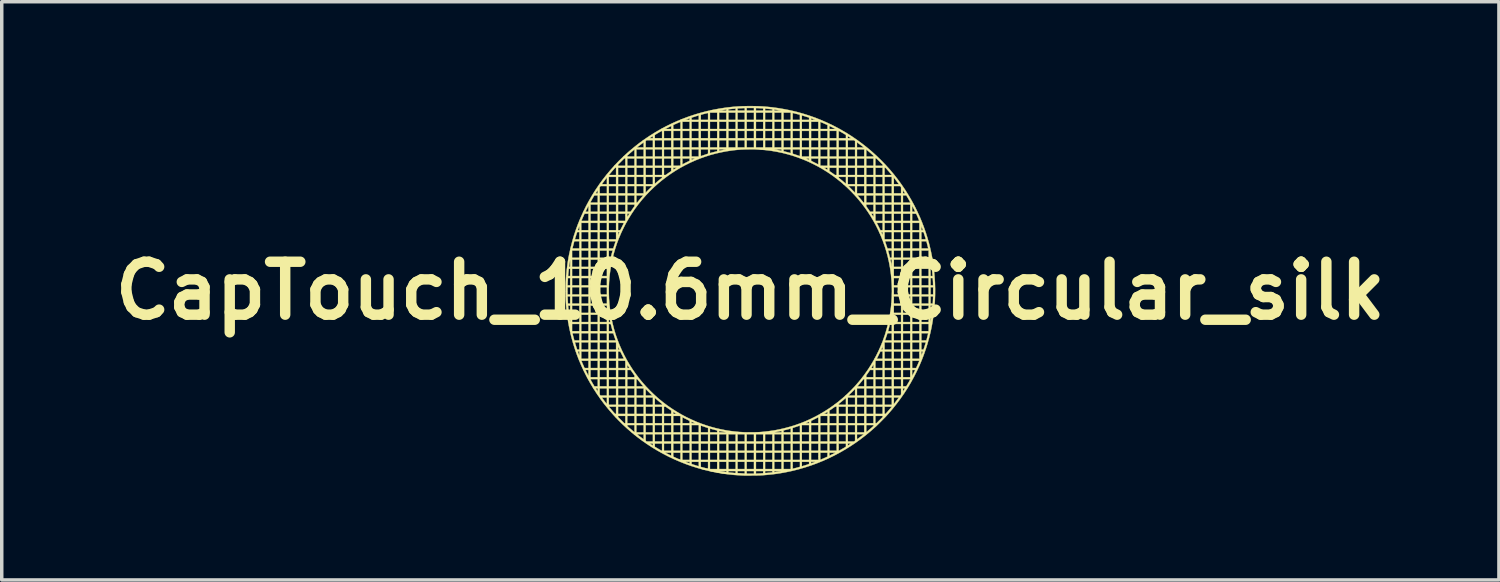
<source format=kicad_pcb>
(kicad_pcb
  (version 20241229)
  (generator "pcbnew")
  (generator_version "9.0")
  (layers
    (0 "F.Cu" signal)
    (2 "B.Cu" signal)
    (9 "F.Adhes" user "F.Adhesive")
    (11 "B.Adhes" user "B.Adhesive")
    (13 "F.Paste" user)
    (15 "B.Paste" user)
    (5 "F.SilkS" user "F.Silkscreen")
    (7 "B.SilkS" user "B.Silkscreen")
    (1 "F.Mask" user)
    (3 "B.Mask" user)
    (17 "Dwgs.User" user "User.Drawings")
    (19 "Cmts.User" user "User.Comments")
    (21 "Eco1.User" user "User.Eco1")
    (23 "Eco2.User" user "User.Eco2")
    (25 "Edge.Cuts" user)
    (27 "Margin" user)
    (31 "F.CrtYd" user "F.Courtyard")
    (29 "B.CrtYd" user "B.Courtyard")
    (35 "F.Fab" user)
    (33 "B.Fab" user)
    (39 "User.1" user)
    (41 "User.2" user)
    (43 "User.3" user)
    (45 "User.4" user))
  (footprint "CapTouch_10.6mm_Circular_silk"
    (layer "F.Cu")
    (at 18.549 5.319)
    (property "Reference" "CapTouch_10.6mm_Circular_silk" (at 0 0 0) (layer "F.SilkS") (effects (font (size 1.524 1.524) (thickness 0.3))))
    (attr through_hole)
    (fp_poly (pts (xy 0.057 -5.314) (xy 0.109 -5.313) (xy 0.155 -5.313) (xy 0.197 -5.312) (xy 0.236 -5.311) (xy 0.272 -5.31) (xy 0.307 -5.308) (xy 0.341 -5.306) (xy 0.375 -5.304) (xy 0.411 -5.301) (xy 0.437 -5.299) (xy 0.621 -5.281) (xy 0.804 -5.256) (xy 0.985 -5.225) (xy 1.165 -5.189) (xy 1.343 -5.146) (xy 1.518 -5.097) (xy 1.692 -5.042) (xy 1.864 -4.982) (xy 2.033 -4.915) (xy 2.201 -4.842) (xy 2.366 -4.764) (xy 2.529 -4.679) (xy 2.607 -4.636) (xy 2.765 -4.544) (xy 2.919 -4.446) (xy 3.07 -4.343) (xy 3.217 -4.235) (xy 3.36 -4.123) (xy 3.498 -4.006) (xy 3.633 -3.884) (xy 3.763 -3.758) (xy 3.889 -3.628) (xy 4.011 -3.493) (xy 4.128 -3.354) (xy 4.24 -3.212) (xy 4.347 -3.065) (xy 4.45 -2.915) (xy 4.547 -2.761) (xy 4.639 -2.604) (xy 4.726 -2.444) (xy 4.807 -2.28) (xy 4.883 -2.113) (xy 4.885 -2.11) (xy 4.943 -1.969) (xy 4.998 -1.824) (xy 5.05 -1.676) (xy 5.097 -1.527) (xy 5.14 -1.377) (xy 5.177 -1.228) (xy 5.195 -1.149) (xy 5.232 -0.969) (xy 5.262 -0.788) (xy 5.286 -0.606) (xy 5.303 -0.423) (xy 5.315 -0.24) (xy 5.32 -0.057) (xy 5.319 0.127) (xy 5.312 0.31) (xy 5.298 0.493) (xy 5.278 0.675) (xy 5.252 0.857) (xy 5.22 1.038) (xy 5.219 1.041) (xy 5.185 1.202) (xy 5.145 1.362) (xy 5.1 1.523) (xy 5.05 1.682) (xy 4.995 1.84) (xy 4.936 1.994) (xy 4.873 2.144) (xy 4.868 2.155) (xy 4.79 2.322) (xy 4.707 2.486) (xy 4.619 2.647) (xy 4.525 2.804) (xy 4.426 2.958) (xy 4.321 3.108) (xy 4.211 3.255) (xy 4.096 3.399) (xy 3.975 3.54) (xy 3.912 3.61) (xy 3.899 3.624) (xy 3.882 3.642) (xy 3.861 3.663) (xy 3.838 3.686) (xy 3.813 3.711) (xy 3.787 3.738) (xy 3.76 3.765) (xy 3.733 3.792) (xy 3.707 3.818) (xy 3.682 3.843) (xy 3.658 3.866) (xy 3.638 3.886) (xy 3.62 3.903) (xy 3.607 3.915) (xy 3.468 4.038) (xy 3.326 4.156) (xy 3.181 4.268) (xy 3.032 4.376) (xy 2.88 4.477) (xy 2.725 4.573) (xy 2.567 4.664) (xy 2.406 4.749) (xy 2.243 4.829) (xy 2.077 4.903) (xy 1.908 4.971) (xy 1.737 5.033) (xy 1.564 5.089) (xy 1.388 5.14) (xy 1.21 5.185) (xy 1.049 5.219) (xy 0.953 5.238) (xy 0.857 5.254) (xy 0.76 5.269) (xy 0.662 5.282) (xy 0.56 5.293) (xy 0.455 5.303) (xy 0.345 5.312) (xy 0.292 5.315) (xy 0.281 5.316) (xy 0.264 5.316) (xy 0.243 5.317) (xy 0.217 5.317) (xy 0.187 5.318) (xy 0.155 5.318) (xy 0.121 5.319) (xy 0.086 5.319) (xy 0.049 5.319) (xy 0.013 5.32) (xy -0.022 5.32) (xy -0.057 5.32) (xy -0.089 5.32) (xy -0.118 5.32) (xy -0.144 5.32) (xy -0.165 5.32) (xy -0.182 5.32) (xy -0.193 5.319) (xy -0.194 5.319) (xy -0.203 5.319) (xy -0.218 5.318) (xy -0.236 5.317) (xy -0.257 5.316) (xy -0.278 5.315) (xy -0.281 5.315) (xy -0.462 5.303) (xy -0.643 5.284) (xy -0.822 5.26) (xy -1 5.229) (xy -1.171 5.193) (xy -0.867 5.193) (xy -0.867 5.194) (xy -0.861 5.196) (xy -0.85 5.198) (xy -0.832 5.201) (xy -0.808 5.205) (xy -0.779 5.209) (xy -0.762 5.212) (xy -0.742 5.215) (xy -0.723 5.218) (xy -0.708 5.22) (xy -0.697 5.222) (xy -0.691 5.222) (xy -0.69 5.223) (xy -0.689 5.22) (xy -0.689 5.213) (xy -0.689 5.207) (xy -0.689 5.191) (xy -0.632 5.191) (xy -0.632 5.228) (xy -0.619 5.23) (xy -0.613 5.231) (xy -0.602 5.232) (xy -0.586 5.234) (xy -0.568 5.236) (xy -0.547 5.238) (xy -0.525 5.241) (xy -0.502 5.243) (xy -0.481 5.245) (xy -0.461 5.247) (xy -0.444 5.249) (xy -0.437 5.249) (xy -0.428 5.25) (xy -0.424 5.251) (xy -0.423 5.251) (xy -0.423 5.248) (xy -0.422 5.241) (xy -0.422 5.229) (xy -0.422 5.221) (xy -0.422 5.191) (xy -0.368 5.191) (xy -0.368 5.254) (xy -0.335 5.256) (xy -0.311 5.258) (xy -0.284 5.259) (xy -0.257 5.261) (xy -0.231 5.262) (xy -0.208 5.263) (xy -0.189 5.264) (xy -0.185 5.264) (xy -0.159 5.264) (xy -0.159 5.191) (xy -0.105 5.191) (xy -0.105 5.267) (xy 0.105 5.267) (xy 0.105 5.191) (xy 0.162 5.191) (xy 0.162 5.264) (xy 0.179 5.264) (xy 0.187 5.264) (xy 0.201 5.263) (xy 0.218 5.263) (xy 0.237 5.262) (xy 0.251 5.261) (xy 0.272 5.26) (xy 0.294 5.259) (xy 0.314 5.257) (xy 0.332 5.256) (xy 0.339 5.256) (xy 0.371 5.254) (xy 0.371 5.191) (xy 0.425 5.191) (xy 0.425 5.248) (xy 0.438 5.248) (xy 0.445 5.248) (xy 0.457 5.247) (xy 0.473 5.246) (xy 0.492 5.244) (xy 0.514 5.242) (xy 0.529 5.24) (xy 0.552 5.238) (xy 0.573 5.236) (xy 0.592 5.234) (xy 0.607 5.232) (xy 0.617 5.231) (xy 0.622 5.23) (xy 0.635 5.229) (xy 0.635 5.222) (xy 0.689 5.222) (xy 0.699 5.221) (xy 0.705 5.22) (xy 0.716 5.219) (xy 0.732 5.216) (xy 0.751 5.213) (xy 0.772 5.21) (xy 0.795 5.207) (xy 0.818 5.203) (xy 0.839 5.2) (xy 0.856 5.197) (xy 0.871 5.195) (xy 0.88 5.194) (xy 0.884 5.193) (xy 0.884 5.193) (xy 0.882 5.193) (xy 0.874 5.192) (xy 0.861 5.192) (xy 0.844 5.192) (xy 0.824 5.192) (xy 0.801 5.191) (xy 0.788 5.191) (xy 0.689 5.191) (xy 0.689 5.222) (xy 0.635 5.222) (xy 0.635 5.191) (xy 0.425 5.191) (xy 0.371 5.191) (xy 0.162 5.191) (xy 0.105 5.191) (xy -0.105 5.191) (xy -0.159 5.191) (xy -0.368 5.191) (xy -0.422 5.191) (xy -0.632 5.191) (xy -0.689 5.191) (xy -0.787 5.191) (xy -0.813 5.192) (xy -0.835 5.192) (xy -0.851 5.192) (xy -0.862 5.192) (xy -0.867 5.193) (xy -1.171 5.193) (xy -1.176 5.192) (xy -1.35 5.15) (xy -1.523 5.101) (xy -1.694 5.047) (xy -1.863 4.987) (xy -2.018 4.926) (xy -1.863 4.926) (xy -1.863 4.926) (xy -1.86 4.928) (xy -1.852 4.931) (xy -1.84 4.935) (xy -1.825 4.941) (xy -1.81 4.947) (xy -1.794 4.953) (xy -1.778 4.958) (xy -1.765 4.963) (xy -1.755 4.967) (xy -1.749 4.969) (xy -1.749 4.969) (xy -1.747 4.966) (xy -1.747 4.958) (xy -1.746 4.948) (xy -1.746 4.947) (xy -1.746 4.924) (xy -1.692 4.924) (xy -1.692 4.957) (xy -1.691 4.989) (xy -1.645 5.004) (xy -1.627 5.01) (xy -1.607 5.016) (xy -1.586 5.023) (xy -1.565 5.03) (xy -1.545 5.036) (xy -1.526 5.042) (xy -1.51 5.047) (xy -1.497 5.051) (xy -1.488 5.053) (xy -1.485 5.054) (xy -1.484 5.051) (xy -1.484 5.043) (xy -1.483 5.03) (xy -1.483 5.014) (xy -1.483 4.995) (xy -1.483 4.99) (xy -1.483 4.924) (xy -1.426 4.924) (xy -1.425 4.998) (xy -1.424 5.072) (xy -1.413 5.075) (xy -1.402 5.078) (xy -1.387 5.082) (xy -1.369 5.086) (xy -1.349 5.092) (xy -1.327 5.097) (xy -1.306 5.103) (xy -1.284 5.108) (xy -1.265 5.113) (xy -1.248 5.117) (xy -1.234 5.121) (xy -1.225 5.123) (xy -1.22 5.124) (xy -1.22 5.124) (xy -1.219 5.123) (xy -1.218 5.119) (xy -1.217 5.111) (xy -1.217 5.099) (xy -1.216 5.082) (xy -1.216 5.061) (xy -1.216 5.033) (xy -1.216 5.024) (xy -1.216 4.924) (xy -1.162 4.924) (xy -1.162 5.134) (xy -0.953 5.134) (xy -0.953 4.924) (xy -0.899 4.924) (xy -0.899 5.134) (xy -0.689 5.134) (xy -0.689 4.924) (xy -0.632 4.924) (xy -0.632 5.134) (xy -0.422 5.134) (xy -0.422 4.924) (xy -0.368 4.924) (xy -0.368 5.134) (xy -0.159 5.134) (xy -0.159 4.924) (xy -0.105 4.924) (xy -0.105 5.134) (xy 0.105 5.134) (xy 0.105 4.924) (xy 0.162 4.924) (xy 0.162 5.134) (xy 0.371 5.134) (xy 0.371 4.924) (xy 0.425 4.924) (xy 0.425 5.134) (xy 0.635 5.134) (xy 0.635 4.924) (xy 0.689 4.924) (xy 0.689 5.134) (xy 0.899 5.134) (xy 0.899 4.924) (xy 0.956 4.924) (xy 0.956 5.134) (xy 1.165 5.134) (xy 1.165 4.924) (xy 1.219 4.924) (xy 1.219 5.024) (xy 1.219 5.049) (xy 1.219 5.071) (xy 1.22 5.091) (xy 1.22 5.106) (xy 1.221 5.118) (xy 1.221 5.124) (xy 1.222 5.124) (xy 1.225 5.124) (xy 1.234 5.122) (xy 1.247 5.118) (xy 1.265 5.114) (xy 1.284 5.109) (xy 1.305 5.104) (xy 1.328 5.098) (xy 1.35 5.092) (xy 1.37 5.087) (xy 1.388 5.082) (xy 1.401 5.078) (xy 1.407 5.077) (xy 1.429 5.07) (xy 1.429 4.924) (xy 1.483 4.924) (xy 1.483 4.99) (xy 1.483 5.009) (xy 1.483 5.026) (xy 1.483 5.04) (xy 1.484 5.05) (xy 1.484 5.054) (xy 1.484 5.055) (xy 1.488 5.054) (xy 1.496 5.051) (xy 1.509 5.047) (xy 1.525 5.042) (xy 1.544 5.037) (xy 1.552 5.034) (xy 1.574 5.027) (xy 1.597 5.02) (xy 1.619 5.013) (xy 1.638 5.007) (xy 1.653 5.002) (xy 1.654 5.001) (xy 1.691 4.989) (xy 1.692 4.947) (xy 1.749 4.947) (xy 1.75 4.959) (xy 1.75 4.965) (xy 1.752 4.968) (xy 1.755 4.968) (xy 1.755 4.967) (xy 1.76 4.966) (xy 1.769 4.962) (xy 1.783 4.957) (xy 1.798 4.951) (xy 1.807 4.948) (xy 1.823 4.942) (xy 1.838 4.937) (xy 1.85 4.932) (xy 1.858 4.929) (xy 1.861 4.928) (xy 1.862 4.927) (xy 1.859 4.926) (xy 1.851 4.925) (xy 1.838 4.925) (xy 1.819 4.925) (xy 1.809 4.925) (xy 1.749 4.924) (xy 1.749 4.947) (xy 1.692 4.947) (xy 1.692 4.924) (xy 1.483 4.924) (xy 1.429 4.924) (xy 1.219 4.924) (xy 1.165 4.924) (xy 0.956 4.924) (xy 0.899 4.924) (xy 0.689 4.924) (xy 0.635 4.924) (xy 0.425 4.924) (xy 0.371 4.924) (xy 0.162 4.924) (xy 0.105 4.924) (xy -0.105 4.924) (xy -0.159 4.924) (xy -0.368 4.924) (xy -0.422 4.924) (xy -0.632 4.924) (xy -0.689 4.924) (xy -0.899 4.924) (xy -0.953 4.924) (xy -1.162 4.924) (xy -1.216 4.924) (xy -1.426 4.924) (xy -1.483 4.924) (xy -1.692 4.924) (xy -1.746 4.924) (xy -1.806 4.924) (xy -1.824 4.925) (xy -1.84 4.925) (xy -1.852 4.925) (xy -1.86 4.926) (xy -1.863 4.926) (xy -2.018 4.926) (xy -2.029 4.921) (xy -2.194 4.85) (xy -2.355 4.774) (xy -2.515 4.691) (xy -2.566 4.662) (xy -2.45 4.662) (xy -2.364 4.706) (xy -2.278 4.749) (xy -2.277 4.706) (xy -2.277 4.69) (xy -2.277 4.677) (xy -2.277 4.667) (xy -2.277 4.662) (xy -2.277 4.662) (xy -2.281 4.662) (xy -2.29 4.662) (xy -2.303 4.661) (xy -2.321 4.661) (xy -2.341 4.661) (xy -2.364 4.662) (xy -2.364 4.662) (xy -2.45 4.662) (xy -2.566 4.662) (xy -2.569 4.661) (xy -2.219 4.661) (xy -2.219 4.777) (xy -2.174 4.797) (xy -2.153 4.807) (xy -2.131 4.816) (xy -2.109 4.826) (xy -2.088 4.836) (xy -2.067 4.844) (xy -2.049 4.852) (xy -2.033 4.859) (xy -2.022 4.864) (xy -2.014 4.867) (xy -2.012 4.867) (xy -2.012 4.864) (xy -2.011 4.856) (xy -2.011 4.842) (xy -2.01 4.824) (xy -2.01 4.803) (xy -2.01 4.78) (xy -2.01 4.764) (xy -2.01 4.661) (xy -1.956 4.661) (xy -1.956 4.87) (xy -1.746 4.87) (xy -1.746 4.661) (xy -1.692 4.661) (xy -1.692 4.87) (xy -1.483 4.87) (xy -1.483 4.661) (xy -1.426 4.661) (xy -1.426 4.87) (xy -1.216 4.87) (xy -1.216 4.661) (xy -1.162 4.661) (xy -1.162 4.87) (xy -0.953 4.87) (xy -0.953 4.661) (xy -0.899 4.661) (xy -0.899 4.87) (xy -0.689 4.87) (xy -0.689 4.661) (xy -0.632 4.661) (xy -0.632 4.87) (xy -0.422 4.87) (xy -0.422 4.661) (xy -0.368 4.661) (xy -0.368 4.87) (xy -0.159 4.87) (xy -0.159 4.661) (xy -0.105 4.661) (xy -0.105 4.87) (xy 0.105 4.87) (xy 0.105 4.661) (xy 0.162 4.661) (xy 0.162 4.87) (xy 0.371 4.87) (xy 0.371 4.661) (xy 0.425 4.661) (xy 0.425 4.87) (xy 0.635 4.87) (xy 0.635 4.661) (xy 0.689 4.661) (xy 0.689 4.87) (xy 0.899 4.87) (xy 0.899 4.661) (xy 0.956 4.661) (xy 0.956 4.87) (xy 1.165 4.87) (xy 1.165 4.661) (xy 1.219 4.661) (xy 1.219 4.87) (xy 1.429 4.87) (xy 1.429 4.661) (xy 1.483 4.661) (xy 1.483 4.87) (xy 1.692 4.87) (xy 1.692 4.661) (xy 1.749 4.661) (xy 1.749 4.87) (xy 1.959 4.87) (xy 1.959 4.661) (xy 2.013 4.661) (xy 2.013 4.764) (xy 2.013 4.789) (xy 2.013 4.812) (xy 2.013 4.831) (xy 2.014 4.848) (xy 2.014 4.859) (xy 2.014 4.866) (xy 2.014 4.867) (xy 2.018 4.866) (xy 2.026 4.863) (xy 2.038 4.858) (xy 2.053 4.851) (xy 2.07 4.844) (xy 2.072 4.843) (xy 2.094 4.834) (xy 2.118 4.823) (xy 2.142 4.813) (xy 2.164 4.803) (xy 2.175 4.798) (xy 2.221 4.777) (xy 2.221 4.75) (xy 2.276 4.75) (xy 2.284 4.747) (xy 2.289 4.745) (xy 2.299 4.74) (xy 2.312 4.733) (xy 2.328 4.725) (xy 2.346 4.716) (xy 2.351 4.714) (xy 2.371 4.704) (xy 2.39 4.694) (xy 2.407 4.685) (xy 2.421 4.678) (xy 2.431 4.673) (xy 2.432 4.672) (xy 2.453 4.661) (xy 2.276 4.661) (xy 2.276 4.75) (xy 2.221 4.75) (xy 2.222 4.719) (xy 2.223 4.661) (xy 2.013 4.661) (xy 1.959 4.661) (xy 1.749 4.661) (xy 1.692 4.661) (xy 1.483 4.661) (xy 1.429 4.661) (xy 1.219 4.661) (xy 1.165 4.661) (xy 0.956 4.661) (xy 0.899 4.661) (xy 0.689 4.661) (xy 0.635 4.661) (xy 0.425 4.661) (xy 0.371 4.661) (xy 0.162 4.661) (xy 0.105 4.661) (xy -0.105 4.661) (xy -0.159 4.661) (xy -0.368 4.661) (xy -0.422 4.661) (xy -0.632 4.661) (xy -0.689 4.661) (xy -0.899 4.661) (xy -0.953 4.661) (xy -1.162 4.661) (xy -1.216 4.661) (xy -1.426 4.661) (xy -1.483 4.661) (xy -1.692 4.661) (xy -1.746 4.661) (xy -1.956 4.661) (xy -2.01 4.661) (xy -2.219 4.661) (xy -2.569 4.661) (xy -2.671 4.604) (xy -2.824 4.511) (xy -2.975 4.413) (xy -2.995 4.399) (xy -2.895 4.399) (xy -2.85 4.428) (xy -2.805 4.457) (xy -2.804 4.428) (xy -2.804 4.416) (xy -2.804 4.405) (xy -2.804 4.399) (xy -2.805 4.398) (xy -2.808 4.398) (xy -2.817 4.398) (xy -2.829 4.398) (xy -2.845 4.398) (xy -2.85 4.398) (xy -2.895 4.399) (xy -2.995 4.399) (xy -2.997 4.397) (xy -2.75 4.397) (xy -2.75 4.492) (xy -2.685 4.53) (xy -2.654 4.548) (xy -2.628 4.564) (xy -2.607 4.576) (xy -2.589 4.586) (xy -2.576 4.594) (xy -2.565 4.599) (xy -2.557 4.603) (xy -2.552 4.606) (xy -2.548 4.607) (xy -2.547 4.607) (xy -2.54 4.607) (xy -2.54 4.397) (xy -2.486 4.397) (xy -2.486 4.607) (xy -2.276 4.607) (xy -2.276 4.397) (xy -2.219 4.397) (xy -2.219 4.607) (xy -2.01 4.607) (xy -2.01 4.397) (xy -1.956 4.397) (xy -1.956 4.607) (xy -1.746 4.607) (xy -1.746 4.397) (xy -1.692 4.397) (xy -1.692 4.607) (xy -1.483 4.607) (xy -1.483 4.397) (xy -1.426 4.397) (xy -1.426 4.607) (xy -1.216 4.607) (xy -1.216 4.397) (xy -1.162 4.397) (xy -1.162 4.607) (xy -0.953 4.607) (xy -0.953 4.397) (xy -0.899 4.397) (xy -0.899 4.607) (xy -0.689 4.607) (xy -0.689 4.397) (xy -0.632 4.397) (xy -0.632 4.607) (xy -0.422 4.607) (xy -0.422 4.397) (xy -0.368 4.397) (xy -0.368 4.607) (xy -0.159 4.607) (xy -0.159 4.397) (xy -0.105 4.397) (xy -0.105 4.607) (xy 0.105 4.607) (xy 0.105 4.397) (xy 0.162 4.397) (xy 0.162 4.607) (xy 0.371 4.607) (xy 0.371 4.397) (xy 0.425 4.397) (xy 0.425 4.607) (xy 0.635 4.607) (xy 0.635 4.397) (xy 0.689 4.397) (xy 0.689 4.607) (xy 0.899 4.607) (xy 0.899 4.397) (xy 0.956 4.397) (xy 0.956 4.607) (xy 1.165 4.607) (xy 1.165 4.397) (xy 1.219 4.397) (xy 1.219 4.607) (xy 1.429 4.607) (xy 1.429 4.397) (xy 1.483 4.397) (xy 1.483 4.607) (xy 1.692 4.607) (xy 1.692 4.397) (xy 1.749 4.397) (xy 1.749 4.607) (xy 1.959 4.607) (xy 1.959 4.397) (xy 2.013 4.397) (xy 2.013 4.607) (xy 2.223 4.607) (xy 2.223 4.397) (xy 2.276 4.397) (xy 2.276 4.607) (xy 2.486 4.607) (xy 2.486 4.397) (xy 2.543 4.397) (xy 2.543 4.502) (xy 2.543 4.531) (xy 2.543 4.554) (xy 2.543 4.571) (xy 2.544 4.585) (xy 2.544 4.594) (xy 2.545 4.601) (xy 2.546 4.604) (xy 2.547 4.606) (xy 2.548 4.607) (xy 2.549 4.607) (xy 2.553 4.605) (xy 2.562 4.601) (xy 2.575 4.594) (xy 2.59 4.586) (xy 2.608 4.576) (xy 2.62 4.569) (xy 2.641 4.557) (xy 2.662 4.545) (xy 2.683 4.533) (xy 2.701 4.522) (xy 2.715 4.514) (xy 2.719 4.511) (xy 2.753 4.491) (xy 2.753 4.397) (xy 2.807 4.397) (xy 2.807 4.426) (xy 2.807 4.439) (xy 2.807 4.448) (xy 2.808 4.454) (xy 2.809 4.455) (xy 2.812 4.453) (xy 2.82 4.448) (xy 2.831 4.442) (xy 2.844 4.433) (xy 2.853 4.427) (xy 2.868 4.418) (xy 2.88 4.41) (xy 2.889 4.403) (xy 2.895 4.4) (xy 2.896 4.399) (xy 2.893 4.398) (xy 2.884 4.398) (xy 2.872 4.398) (xy 2.857 4.397) (xy 2.851 4.397) (xy 2.807 4.397) (xy 2.753 4.397) (xy 2.543 4.397) (xy 2.486 4.397) (xy 2.276 4.397) (xy 2.223 4.397) (xy 2.013 4.397) (xy 1.959 4.397) (xy 1.749 4.397) (xy 1.692 4.397) (xy 1.483 4.397) (xy 1.429 4.397) (xy 1.219 4.397) (xy 1.165 4.397) (xy 0.956 4.397) (xy 0.899 4.397) (xy 0.689 4.397) (xy 0.635 4.397) (xy 0.425 4.397) (xy 0.371 4.397) (xy 0.162 4.397) (xy 0.105 4.397) (xy -0.105 4.397) (xy -0.159 4.397) (xy -0.368 4.397) (xy -0.422 4.397) (xy -0.632 4.397) (xy -0.689 4.397) (xy -0.899 4.397) (xy -0.953 4.397) (xy -1.162 4.397) (xy -1.216 4.397) (xy -1.426 4.397) (xy -1.483 4.397) (xy -1.692 4.397) (xy -1.746 4.397) (xy -1.956 4.397) (xy -2.01 4.397) (xy -2.219 4.397) (xy -2.276 4.397) (xy -2.486 4.397) (xy -2.54 4.397) (xy -2.75 4.397) (xy -2.997 4.397) (xy -3.122 4.31) (xy -3.266 4.202) (xy -3.354 4.131) (xy -3.264 4.131) (xy -3.246 4.145) (xy -3.239 4.151) (xy -3.229 4.159) (xy -3.215 4.17) (xy -3.199 4.182) (xy -3.181 4.195) (xy -3.163 4.209) (xy -3.145 4.223) (xy -3.127 4.236) (xy -3.111 4.248) (xy -3.096 4.259) (xy -3.084 4.268) (xy -3.076 4.274) (xy -3.072 4.277) (xy -3.072 4.277) (xy -3.071 4.274) (xy -3.071 4.265) (xy -3.071 4.252) (xy -3.07 4.235) (xy -3.07 4.216) (xy -3.07 4.204) (xy -3.07 4.131) (xy -3.013 4.131) (xy -3.013 4.318) (xy -2.998 4.329) (xy -2.983 4.34) (xy -2.804 4.34) (xy -2.804 4.131) (xy -2.75 4.131) (xy -2.75 4.34) (xy -2.54 4.34) (xy -2.54 4.131) (xy -2.486 4.131) (xy -2.486 4.34) (xy -2.276 4.34) (xy -2.276 4.131) (xy -2.219 4.131) (xy -2.219 4.34) (xy -2.01 4.34) (xy -2.01 4.131) (xy -1.956 4.131) (xy -1.956 4.34) (xy -1.746 4.34) (xy -1.746 4.131) (xy -1.692 4.131) (xy -1.692 4.34) (xy -1.483 4.34) (xy -1.483 4.131) (xy -1.426 4.131) (xy -1.426 4.34) (xy -1.216 4.34) (xy -1.216 4.131) (xy -1.162 4.131) (xy -1.162 4.34) (xy -0.953 4.34) (xy -0.953 4.131) (xy -0.899 4.131) (xy -0.899 4.34) (xy -0.689 4.34) (xy -0.689 4.131) (xy -0.632 4.131) (xy -0.632 4.34) (xy -0.422 4.34) (xy -0.422 4.131) (xy -0.368 4.131) (xy -0.368 4.34) (xy -0.159 4.34) (xy -0.159 4.131) (xy -0.105 4.131) (xy -0.105 4.34) (xy 0.105 4.34) (xy 0.105 4.131) (xy 0.162 4.131) (xy 0.162 4.34) (xy 0.371 4.34) (xy 0.371 4.131) (xy 0.425 4.131) (xy 0.425 4.34) (xy 0.635 4.34) (xy 0.635 4.131) (xy 0.689 4.131) (xy 0.689 4.34) (xy 0.899 4.34) (xy 0.899 4.131) (xy 0.956 4.131) (xy 0.956 4.34) (xy 1.165 4.34) (xy 1.165 4.131) (xy 1.219 4.131) (xy 1.219 4.34) (xy 1.429 4.34) (xy 1.429 4.131) (xy 1.483 4.131) (xy 1.483 4.34) (xy 1.692 4.34) (xy 1.692 4.131) (xy 1.749 4.131) (xy 1.749 4.34) (xy 1.959 4.34) (xy 1.959 4.131) (xy 2.013 4.131) (xy 2.013 4.34) (xy 2.223 4.34) (xy 2.223 4.131) (xy 2.276 4.131) (xy 2.276 4.34) (xy 2.486 4.34) (xy 2.486 4.131) (xy 2.543 4.131) (xy 2.543 4.34) (xy 2.753 4.34) (xy 2.753 4.131) (xy 2.807 4.131) (xy 2.807 4.34) (xy 2.983 4.34) (xy 3 4.329) (xy 3.016 4.318) (xy 3.016 4.131) (xy 3.07 4.131) (xy 3.07 4.204) (xy 3.07 4.224) (xy 3.071 4.243) (xy 3.071 4.258) (xy 3.071 4.269) (xy 3.072 4.276) (xy 3.072 4.277) (xy 3.075 4.275) (xy 3.083 4.27) (xy 3.093 4.263) (xy 3.105 4.254) (xy 3.109 4.251) (xy 3.124 4.24) (xy 3.14 4.228) (xy 3.158 4.215) (xy 3.176 4.201) (xy 3.194 4.187) (xy 3.212 4.174) (xy 3.228 4.161) (xy 3.242 4.15) (xy 3.253 4.141) (xy 3.26 4.135) (xy 3.264 4.132) (xy 3.264 4.132) (xy 3.261 4.132) (xy 3.252 4.131) (xy 3.239 4.131) (xy 3.221 4.131) (xy 3.201 4.131) (xy 3.177 4.131) (xy 3.167 4.131) (xy 3.07 4.131) (xy 3.016 4.131) (xy 2.807 4.131) (xy 2.753 4.131) (xy 2.543 4.131) (xy 2.486 4.131) (xy 2.276 4.131) (xy 2.223 4.131) (xy 2.013 4.131) (xy 1.959 4.131) (xy 1.749 4.131) (xy 1.692 4.131) (xy 1.483 4.131) (xy 1.429 4.131) (xy 1.219 4.131) (xy 1.165 4.131) (xy 0.956 4.131) (xy 0.899 4.131) (xy 0.689 4.131) (xy 0.635 4.131) (xy 0.425 4.131) (xy 0.371 4.131) (xy 0.162 4.131) (xy 0.105 4.131) (xy -0.105 4.131) (xy -0.159 4.131) (xy -0.368 4.131) (xy -0.422 4.131) (xy -0.632 4.131) (xy -0.689 4.131) (xy -0.899 4.131) (xy -0.953 4.131) (xy -1.162 4.131) (xy -1.216 4.131) (xy -1.426 4.131) (xy -1.483 4.131) (xy -1.692 4.131) (xy -1.746 4.131) (xy -1.956 4.131) (xy -2.01 4.131) (xy -2.219 4.131) (xy -2.276 4.131) (xy -2.486 4.131) (xy -2.54 4.131) (xy -2.75 4.131) (xy -2.804 4.131) (xy -3.013 4.131) (xy -3.07 4.131) (xy -3.264 4.131) (xy -3.354 4.131) (xy -3.407 4.088) (xy -3.543 3.97) (xy -3.655 3.867) (xy -3.543 3.867) (xy -3.543 3.881) (xy -3.543 3.886) (xy -3.542 3.891) (xy -3.54 3.895) (xy -3.535 3.901) (xy -3.527 3.908) (xy -3.516 3.919) (xy -3.508 3.926) (xy -3.488 3.944) (xy -3.467 3.962) (xy -3.446 3.98) (xy -3.425 3.998) (xy -3.405 4.016) (xy -3.387 4.031) (xy -3.37 4.045) (xy -3.356 4.057) (xy -3.345 4.066) (xy -3.338 4.072) (xy -3.335 4.074) (xy -3.335 4.07) (xy -3.334 4.062) (xy -3.334 4.048) (xy -3.334 4.031) (xy -3.334 4.01) (xy -3.334 3.986) (xy -3.334 3.97) (xy -3.334 3.867) (xy -3.28 3.867) (xy -3.28 4.077) (xy -3.07 4.077) (xy -3.07 3.867) (xy -3.013 3.867) (xy -3.013 4.077) (xy -2.804 4.077) (xy -2.804 3.867) (xy -2.75 3.867) (xy -2.75 4.077) (xy -2.54 4.077) (xy -2.54 3.867) (xy -2.486 3.867) (xy -2.486 4.077) (xy -2.276 4.077) (xy -2.276 3.867) (xy -2.219 3.867) (xy -2.219 4.077) (xy -2.01 4.077) (xy -2.01 3.867) (xy -1.956 3.867) (xy -1.956 4.077) (xy -1.746 4.077) (xy -1.746 3.867) (xy -1.692 3.867) (xy -1.692 4.077) (xy -1.483 4.077) (xy -1.483 3.976) (xy -1.426 3.976) (xy -1.426 4.077) (xy -1.216 4.077) (xy -1.162 4.077) (xy -0.952 4.077) (xy -0.953 4.056) (xy -0.899 4.056) (xy -0.899 4.077) (xy -0.793 4.076) (xy -0.765 4.076) (xy -0.741 4.076) (xy -0.723 4.076) (xy -0.709 4.075) (xy -0.701 4.074) (xy -0.699 4.074) (xy -0.7 4.073) (xy -0.709 4.072) (xy -0.722 4.069) (xy -0.739 4.066) (xy -0.758 4.062) (xy -0.779 4.058) (xy -0.801 4.054) (xy -0.822 4.049) (xy -0.843 4.046) (xy -0.861 4.042) (xy -0.877 4.039) (xy -0.888 4.037) (xy -0.895 4.036) (xy -0.896 4.035) (xy -0.898 4.038) (xy -0.898 4.046) (xy -0.899 4.056) (xy -0.953 4.056) (xy -0.953 4.049) (xy -0.954 4.022) (xy -0.978 4.016) (xy -0.991 4.012) (xy -1.009 4.008) (xy -1.03 4.002) (xy -1.053 3.996) (xy -1.076 3.99) (xy -1.098 3.984) (xy -1.117 3.979) (xy -1.133 3.974) (xy -1.141 3.972) (xy -1.162 3.966) (xy -1.162 4.077) (xy -1.216 4.077) (xy -1.216 3.95) (xy -1.258 3.937) (xy -1.272 3.932) (xy -1.289 3.927) (xy -1.31 3.92) (xy -1.331 3.912) (xy -1.353 3.905) (xy -1.374 3.898) (xy -1.393 3.891) (xy -1.408 3.886) (xy -1.419 3.882) (xy -1.42 3.881) (xy -1.422 3.881) (xy -1.423 3.882) (xy -1.424 3.885) (xy -1.424 3.89) (xy -1.425 3.898) (xy -1.425 3.911) (xy -1.425 3.927) (xy -1.426 3.949) (xy -1.426 3.976) (xy -1.483 3.976) (xy -1.483 3.867) (xy -1.692 3.867) (xy -1.746 3.867) (xy -1.956 3.867) (xy -2.01 3.867) (xy -2.219 3.867) (xy -2.276 3.867) (xy -2.486 3.867) (xy -2.54 3.867) (xy -2.75 3.867) (xy -2.804 3.867) (xy -3.013 3.867) (xy -3.07 3.867) (xy -3.28 3.867) (xy -3.334 3.867) (xy -3.543 3.867) (xy -3.655 3.867) (xy -3.677 3.847) (xy -3.806 3.719) (xy -3.915 3.604) (xy -3.807 3.604) (xy -3.807 3.637) (xy -3.719 3.725) (xy -3.631 3.813) (xy -3.597 3.813) (xy -3.597 3.604) (xy -3.543 3.604) (xy -3.543 3.813) (xy -3.334 3.813) (xy -3.334 3.604) (xy -3.28 3.604) (xy -3.28 3.813) (xy -3.07 3.813) (xy -3.07 3.604) (xy -3.013 3.604) (xy -3.013 3.813) (xy -2.804 3.813) (xy -2.804 3.604) (xy -2.75 3.604) (xy -2.75 3.813) (xy -2.54 3.813) (xy -2.54 3.604) (xy -2.486 3.604) (xy -2.486 3.813) (xy -2.276 3.813) (xy -2.276 3.604) (xy -2.219 3.604) (xy -2.219 3.813) (xy -2.01 3.813) (xy -2.01 3.726) (xy -1.956 3.726) (xy -1.956 3.813) (xy -1.746 3.813) (xy -1.746 3.793) (xy -1.692 3.793) (xy -1.692 3.813) (xy -1.644 3.813) (xy -1.628 3.813) (xy -1.614 3.813) (xy -1.603 3.813) (xy -1.598 3.812) (xy -1.597 3.812) (xy -1.601 3.81) (xy -1.608 3.807) (xy -1.62 3.802) (xy -1.633 3.796) (xy -1.647 3.79) (xy -1.661 3.784) (xy -1.674 3.779) (xy -1.684 3.775) (xy -1.69 3.772) (xy -1.691 3.772) (xy -1.692 3.775) (xy -1.692 3.782) (xy -1.692 3.793) (xy -1.746 3.793) (xy -1.747 3.779) (xy -1.747 3.745) (xy -1.849 3.694) (xy -1.872 3.682) (xy -1.894 3.672) (xy -1.914 3.662) (xy -1.93 3.654) (xy -1.942 3.648) (xy -1.95 3.644) (xy -1.953 3.642) (xy -1.954 3.645) (xy -1.955 3.653) (xy -1.955 3.666) (xy -1.955 3.683) (xy -1.956 3.703) (xy -1.956 3.726) (xy -2.01 3.726) (xy -2.01 3.712) (xy -2.01 3.684) (xy -2.01 3.661) (xy -2.01 3.644) (xy -2.01 3.631) (xy -2.011 3.621) (xy -2.012 3.615) (xy -2.012 3.611) (xy -2.014 3.609) (xy -2.015 3.607) (xy -2.016 3.607) (xy -2.021 3.606) (xy -2.032 3.605) (xy -2.049 3.604) (xy -2.071 3.604) (xy -2.097 3.604) (xy -2.121 3.604) (xy -2.219 3.604) (xy -2.276 3.604) (xy -2.486 3.604) (xy -2.54 3.604) (xy -2.75 3.604) (xy -2.804 3.604) (xy -3.013 3.604) (xy -3.07 3.604) (xy -3.28 3.604) (xy -3.334 3.604) (xy -3.543 3.604) (xy -3.597 3.604) (xy -3.807 3.604) (xy -3.915 3.604) (xy -3.931 3.586) (xy -4.052 3.449) (xy -4.093 3.4) (xy -4.141 3.34) (xy -4.069 3.34) (xy -4.065 3.345) (xy -4.058 3.353) (xy -4.049 3.365) (xy -4.036 3.38) (xy -4.022 3.397) (xy -4.006 3.415) (xy -3.99 3.434) (xy -3.974 3.453) (xy -3.957 3.471) (xy -3.943 3.489) (xy -3.891 3.546) (xy -3.864 3.546) (xy -3.864 3.337) (xy -3.807 3.337) (xy -3.807 3.546) (xy -3.597 3.546) (xy -3.597 3.337) (xy -3.543 3.337) (xy -3.543 3.546) (xy -3.334 3.546) (xy -3.334 3.337) (xy -3.28 3.337) (xy -3.28 3.546) (xy -3.07 3.546) (xy -3.07 3.337) (xy -3.013 3.337) (xy -3.013 3.546) (xy -2.804 3.546) (xy -2.804 3.337) (xy -2.75 3.337) (xy -2.75 3.546) (xy -2.54 3.546) (xy -2.54 3.337) (xy -2.486 3.337) (xy -2.486 3.546) (xy -2.276 3.546) (xy -2.219 3.546) (xy -2.171 3.546) (xy -2.155 3.546) (xy -2.141 3.546) (xy -2.131 3.545) (xy -2.126 3.544) (xy -2.126 3.544) (xy -2.13 3.541) (xy -2.138 3.536) (xy -2.149 3.529) (xy -2.162 3.521) (xy -2.167 3.518) (xy -2.181 3.509) (xy -2.194 3.501) (xy -2.205 3.495) (xy -2.211 3.491) (xy -2.212 3.49) (xy -2.219 3.485) (xy -2.219 3.546) (xy -2.276 3.546) (xy -2.276 3.448) (xy -2.326 3.414) (xy -2.345 3.402) (xy -2.364 3.389) (xy -2.382 3.376) (xy -2.398 3.365) (xy -2.406 3.359) (xy -2.436 3.337) (xy -2.486 3.337) (xy -2.54 3.337) (xy -2.75 3.337) (xy -2.804 3.337) (xy -3.013 3.337) (xy -3.07 3.337) (xy -3.28 3.337) (xy -3.334 3.337) (xy -3.543 3.337) (xy -3.597 3.337) (xy -3.807 3.337) (xy -3.864 3.337) (xy -3.967 3.337) (xy -4 3.337) (xy -4.026 3.337) (xy -4.046 3.338) (xy -4.06 3.338) (xy -4.067 3.339) (xy -4.069 3.34) (xy -4.141 3.34) (xy -4.208 3.258) (xy -4.317 3.112) (xy -4.342 3.075) (xy -4.273 3.075) (xy -4.235 3.128) (xy -4.22 3.147) (xy -4.204 3.169) (xy -4.187 3.191) (xy -4.172 3.211) (xy -4.162 3.223) (xy -4.129 3.266) (xy -4.128 3.171) (xy -4.128 3.147) (xy -4.128 3.125) (xy -4.128 3.106) (xy -4.128 3.091) (xy -4.128 3.08) (xy -4.128 3.075) (xy -4.129 3.074) (xy -4.132 3.074) (xy -4.141 3.074) (xy -4.154 3.074) (xy -4.171 3.074) (xy -4.191 3.074) (xy -4.202 3.074) (xy -4.273 3.075) (xy -4.342 3.075) (xy -4.343 3.073) (xy -4.074 3.073) (xy -4.074 3.283) (xy -3.864 3.283) (xy -3.864 3.073) (xy -3.807 3.073) (xy -3.807 3.283) (xy -3.597 3.283) (xy -3.597 3.073) (xy -3.543 3.073) (xy -3.543 3.283) (xy -3.334 3.283) (xy -3.334 3.073) (xy -3.28 3.073) (xy -3.28 3.283) (xy -3.07 3.283) (xy -3.07 3.073) (xy -3.013 3.073) (xy -3.013 3.283) (xy -2.804 3.283) (xy -2.804 3.185) (xy -2.75 3.185) (xy -2.75 3.283) (xy -2.54 3.283) (xy -2.54 3.271) (xy -2.54 3.265) (xy -2.542 3.261) (xy -2.545 3.256) (xy -2.552 3.25) (xy -2.562 3.241) (xy -2.568 3.237) (xy -2.592 3.217) (xy -2.619 3.195) (xy -2.647 3.172) (xy -2.675 3.148) (xy -2.701 3.125) (xy -2.71 3.117) (xy -2.723 3.106) (xy -2.734 3.097) (xy -2.742 3.09) (xy -2.747 3.087) (xy -2.748 3.086) (xy -2.748 3.089) (xy -2.749 3.098) (xy -2.749 3.111) (xy -2.749 3.129) (xy -2.749 3.15) (xy -2.75 3.173) (xy -2.75 3.185) (xy -2.804 3.185) (xy -2.804 3.073) (xy -3.013 3.073) (xy -3.07 3.073) (xy -3.28 3.073) (xy -3.334 3.073) (xy -3.543 3.073) (xy -3.597 3.073) (xy -3.807 3.073) (xy -3.864 3.073) (xy -4.074 3.073) (xy -4.343 3.073) (xy -4.421 2.962) (xy -4.518 2.811) (xy -4.451 2.811) (xy -4.422 2.857) (xy -4.393 2.903) (xy -4.392 2.857) (xy -4.391 2.841) (xy -4.391 2.827) (xy -4.392 2.817) (xy -4.392 2.811) (xy -4.392 2.811) (xy -4.396 2.81) (xy -4.404 2.81) (xy -4.416 2.81) (xy -4.422 2.811) (xy -4.451 2.811) (xy -4.518 2.811) (xy -4.519 2.81) (xy -4.337 2.81) (xy -4.337 2.985) (xy -4.313 3.019) (xy -4.22 3.019) (xy -4.128 3.019) (xy -4.128 2.81) (xy -4.074 2.81) (xy -4.074 3.019) (xy -3.864 3.019) (xy -3.864 2.81) (xy -3.807 2.81) (xy -3.807 3.019) (xy -3.597 3.019) (xy -3.597 2.81) (xy -3.543 2.81) (xy -3.543 3.019) (xy -3.334 3.019) (xy -3.334 2.81) (xy -3.28 2.81) (xy -3.28 3.019) (xy -3.07 3.019) (xy -3.013 3.019) (xy -2.916 3.019) (xy -2.892 3.019) (xy -2.87 3.019) (xy -2.851 3.019) (xy -2.836 3.019) (xy -2.826 3.019) (xy -2.82 3.019) (xy -2.82 3.019) (xy -2.822 3.016) (xy -2.829 3.01) (xy -2.839 3) (xy -2.852 2.987) (xy -2.868 2.971) (xy -2.886 2.954) (xy -2.905 2.934) (xy -2.917 2.923) (xy -3.013 2.827) (xy -3.013 3.019) (xy -3.07 3.019) (xy -3.07 2.81) (xy -3.28 2.81) (xy -3.334 2.81) (xy -3.543 2.81) (xy -3.597 2.81) (xy -3.807 2.81) (xy -3.864 2.81) (xy -4.074 2.81) (xy -4.128 2.81) (xy -4.337 2.81) (xy -4.519 2.81) (xy -4.52 2.809) (xy -4.613 2.653) (xy -4.674 2.543) (xy -4.601 2.543) (xy -4.601 2.552) (xy -4.599 2.558) (xy -4.594 2.569) (xy -4.586 2.585) (xy -4.574 2.606) (xy -4.56 2.631) (xy -4.543 2.661) (xy -4.523 2.694) (xy -4.513 2.711) (xy -4.488 2.753) (xy -4.391 2.753) (xy -4.391 2.543) (xy -4.337 2.543) (xy -4.337 2.753) (xy -4.128 2.753) (xy -4.128 2.543) (xy -4.074 2.543) (xy -4.074 2.753) (xy -3.864 2.753) (xy -3.864 2.543) (xy -3.807 2.543) (xy -3.807 2.753) (xy -3.597 2.753) (xy -3.597 2.543) (xy -3.543 2.543) (xy -3.543 2.753) (xy -3.334 2.753) (xy -3.334 2.543) (xy -3.28 2.543) (xy -3.28 2.753) (xy -3.08 2.753) (xy -3.114 2.714) (xy -3.127 2.699) (xy -3.142 2.681) (xy -3.159 2.661) (xy -3.177 2.639) (xy -3.195 2.618) (xy -3.212 2.597) (xy -3.227 2.578) (xy -3.24 2.563) (xy -3.244 2.557) (xy -3.251 2.549) (xy -3.257 2.545) (xy -3.264 2.543) (xy -3.267 2.543) (xy -3.28 2.543) (xy -3.334 2.543) (xy -3.543 2.543) (xy -3.597 2.543) (xy -3.807 2.543) (xy -3.864 2.543) (xy -4.074 2.543) (xy -4.128 2.543) (xy -4.337 2.543) (xy -4.391 2.543) (xy -4.601 2.543) (xy -4.674 2.543) (xy -4.701 2.494) (xy -4.783 2.332) (xy -4.808 2.28) (xy -4.747 2.28) (xy -4.704 2.365) (xy -4.693 2.387) (xy -4.683 2.406) (xy -4.674 2.423) (xy -4.667 2.437) (xy -4.662 2.446) (xy -4.659 2.451) (xy -4.659 2.451) (xy -4.659 2.448) (xy -4.658 2.439) (xy -4.658 2.426) (xy -4.658 2.409) (xy -4.658 2.389) (xy -4.658 2.366) (xy -4.658 2.365) (xy -4.658 2.28) (xy -4.601 2.28) (xy -4.601 2.489) (xy -4.391 2.489) (xy -4.391 2.28) (xy -4.337 2.28) (xy -4.337 2.489) (xy -4.128 2.489) (xy -4.128 2.28) (xy -4.074 2.28) (xy -4.074 2.489) (xy -3.864 2.489) (xy -3.864 2.28) (xy -3.807 2.28) (xy -3.807 2.489) (xy -3.597 2.489) (xy -3.597 2.28) (xy -3.543 2.28) (xy -3.543 2.489) (xy -3.334 2.489) (xy -3.334 2.439) (xy -3.359 2.405) (xy -3.369 2.389) (xy -3.382 2.371) (xy -3.396 2.351) (xy -3.41 2.332) (xy -3.414 2.325) (xy -3.445 2.28) (xy -3.543 2.28) (xy -3.597 2.28) (xy -3.807 2.28) (xy -3.864 2.28) (xy -4.074 2.28) (xy -4.128 2.28) (xy -4.337 2.28) (xy -4.391 2.28) (xy -4.601 2.28) (xy -4.658 2.28) (xy -4.747 2.28) (xy -4.808 2.28) (xy -4.86 2.167) (xy -4.924 2.016) (xy -4.864 2.016) (xy -4.85 2.049) (xy -4.844 2.062) (xy -4.836 2.08) (xy -4.827 2.102) (xy -4.816 2.126) (xy -4.805 2.151) (xy -4.794 2.176) (xy -4.784 2.2) (xy -4.778 2.212) (xy -4.772 2.226) (xy -4.658 2.226) (xy -4.658 2.016) (xy -4.601 2.016) (xy -4.601 2.226) (xy -4.391 2.226) (xy -4.391 2.016) (xy -4.337 2.016) (xy -4.337 2.226) (xy -4.128 2.226) (xy -4.128 2.016) (xy -4.074 2.016) (xy -4.074 2.226) (xy -3.864 2.226) (xy -3.864 2.016) (xy -3.807 2.016) (xy -3.807 2.226) (xy -3.597 2.226) (xy -3.597 2.176) (xy -3.543 2.176) (xy -3.543 2.226) (xy -3.48 2.226) (xy -3.509 2.179) (xy -3.519 2.163) (xy -3.527 2.15) (xy -3.534 2.139) (xy -3.539 2.131) (xy -3.541 2.129) (xy -3.542 2.131) (xy -3.542 2.138) (xy -3.543 2.15) (xy -3.543 2.165) (xy -3.543 2.176) (xy -3.597 2.176) (xy -3.597 2.129) (xy -3.597 2.097) (xy -3.598 2.071) (xy -3.598 2.051) (xy -3.599 2.036) (xy -3.6 2.027) (xy -3.601 2.024) (xy -3.605 2.016) (xy -3.807 2.016) (xy -3.864 2.016) (xy -4.074 2.016) (xy -4.128 2.016) (xy -4.337 2.016) (xy -4.391 2.016) (xy -4.601 2.016) (xy -4.658 2.016) (xy -4.864 2.016) (xy -4.924 2.016) (xy -4.931 2) (xy -4.996 1.831) (xy -5.024 1.752) (xy -4.965 1.752) (xy -4.965 1.752) (xy -4.964 1.756) (xy -4.961 1.765) (xy -4.956 1.777) (xy -4.95 1.793) (xy -4.944 1.811) (xy -4.944 1.811) (xy -4.937 1.828) (xy -4.931 1.844) (xy -4.927 1.856) (xy -4.924 1.864) (xy -4.922 1.867) (xy -4.922 1.867) (xy -4.922 1.864) (xy -4.922 1.856) (xy -4.921 1.843) (xy -4.921 1.827) (xy -4.921 1.808) (xy -4.921 1.749) (xy -4.867 1.749) (xy -4.867 1.959) (xy -4.658 1.959) (xy -4.658 1.749) (xy -4.601 1.749) (xy -4.601 1.959) (xy -4.391 1.959) (xy -4.391 1.749) (xy -4.337 1.749) (xy -4.337 1.959) (xy -4.128 1.959) (xy -4.128 1.749) (xy -4.074 1.749) (xy -4.074 1.959) (xy -3.864 1.959) (xy -3.807 1.959) (xy -3.722 1.959) (xy -3.7 1.959) (xy -3.68 1.959) (xy -3.663 1.958) (xy -3.65 1.958) (xy -3.642 1.957) (xy -3.639 1.957) (xy -3.641 1.953) (xy -3.645 1.945) (xy -3.651 1.932) (xy -3.659 1.916) (xy -3.669 1.896) (xy -3.68 1.874) (xy -3.691 1.852) (xy -3.742 1.75) (xy -3.774 1.75) (xy -3.807 1.749) (xy -3.807 1.959) (xy -3.864 1.959) (xy -3.864 1.749) (xy -4.074 1.749) (xy -4.128 1.749) (xy -4.337 1.749) (xy -4.391 1.749) (xy -4.601 1.749) (xy -4.658 1.749) (xy -4.867 1.749) (xy -4.921 1.749) (xy -4.944 1.749) (xy -4.955 1.75) (xy -4.962 1.751) (xy -4.965 1.752) (xy -5.024 1.752) (xy -5.056 1.659) (xy -5.109 1.486) (xy -5.051 1.486) (xy -5.04 1.523) (xy -5.035 1.538) (xy -5.029 1.557) (xy -5.022 1.579) (xy -5.015 1.602) (xy -5.008 1.625) (xy -5.007 1.628) (xy -4.984 1.695) (xy -4.921 1.695) (xy -4.921 1.486) (xy -4.867 1.486) (xy -4.867 1.695) (xy -4.658 1.695) (xy -4.658 1.486) (xy -4.601 1.486) (xy -4.601 1.695) (xy -4.391 1.695) (xy -4.391 1.486) (xy -4.337 1.486) (xy -4.337 1.695) (xy -4.128 1.695) (xy -4.128 1.486) (xy -4.074 1.486) (xy -4.074 1.695) (xy -3.864 1.695) (xy -3.807 1.695) (xy -3.788 1.695) (xy -3.778 1.695) (xy -3.771 1.694) (xy -3.769 1.693) (xy -3.77 1.689) (xy -3.774 1.68) (xy -3.779 1.666) (xy -3.787 1.649) (xy -3.796 1.628) (xy -3.803 1.613) (xy -3.804 1.611) (xy -3.805 1.613) (xy -3.806 1.619) (xy -3.806 1.63) (xy -3.807 1.646) (xy -3.807 1.65) (xy -3.807 1.695) (xy -3.864 1.695) (xy -3.864 1.486) (xy -4.074 1.486) (xy -4.128 1.486) (xy -4.337 1.486) (xy -4.391 1.486) (xy -4.601 1.486) (xy -4.658 1.486) (xy -4.867 1.486) (xy -4.921 1.486) (xy -5.051 1.486) (xy -5.109 1.486) (xy -5.109 1.486) (xy -5.157 1.31) (xy -5.177 1.222) (xy -5.121 1.222) (xy -5.113 1.255) (xy -5.11 1.268) (xy -5.105 1.285) (xy -5.1 1.306) (xy -5.094 1.329) (xy -5.088 1.351) (xy -5.086 1.358) (xy -5.081 1.378) (xy -5.076 1.396) (xy -5.072 1.411) (xy -5.069 1.423) (xy -5.068 1.429) (xy -5.067 1.43) (xy -5.064 1.431) (xy -5.056 1.431) (xy -5.043 1.432) (xy -5.026 1.432) (xy -5.006 1.432) (xy -4.994 1.432) (xy -4.921 1.432) (xy -4.921 1.222) (xy -4.867 1.222) (xy -4.867 1.432) (xy -4.658 1.432) (xy -4.658 1.222) (xy -4.601 1.222) (xy -4.601 1.432) (xy -4.391 1.432) (xy -4.391 1.222) (xy -4.337 1.222) (xy -4.337 1.432) (xy -4.128 1.432) (xy -4.074 1.432) (xy -3.875 1.432) (xy -3.891 1.386) (xy -3.897 1.368) (xy -3.905 1.345) (xy -3.913 1.321) (xy -3.921 1.297) (xy -3.926 1.282) (xy -3.945 1.223) (xy -4.009 1.222) (xy -4.074 1.222) (xy -4.074 1.432) (xy -4.128 1.432) (xy -4.128 1.222) (xy -4.337 1.222) (xy -4.391 1.222) (xy -4.601 1.222) (xy -4.658 1.222) (xy -4.867 1.222) (xy -4.921 1.222) (xy -5.121 1.222) (xy -5.177 1.222) (xy -5.198 1.133) (xy -5.213 1.062) (xy -5.233 0.956) (xy -5.131 0.956) (xy -5.131 1.165) (xy -4.921 1.165) (xy -4.921 0.956) (xy -4.867 0.956) (xy -4.867 1.165) (xy -4.658 1.165) (xy -4.658 0.956) (xy -4.601 0.956) (xy -4.601 1.165) (xy -4.391 1.165) (xy -4.391 0.956) (xy -4.337 0.956) (xy -4.337 1.165) (xy -4.128 1.165) (xy -4.128 0.956) (xy -4.074 0.956) (xy -4.074 1.165) (xy -4.018 1.165) (xy -3.998 1.165) (xy -3.983 1.165) (xy -3.973 1.165) (xy -3.967 1.164) (xy -3.964 1.163) (xy -3.963 1.161) (xy -3.964 1.16) (xy -3.966 1.154) (xy -3.969 1.144) (xy -3.973 1.129) (xy -3.978 1.111) (xy -3.983 1.091) (xy -3.989 1.07) (xy -3.994 1.049) (xy -3.999 1.029) (xy -4.004 1.012) (xy -4.008 0.997) (xy -4.009 0.993) (xy -4.018 0.956) (xy -4.074 0.956) (xy -4.128 0.956) (xy -4.337 0.956) (xy -4.391 0.956) (xy -4.601 0.956) (xy -4.658 0.956) (xy -4.867 0.956) (xy -4.921 0.956) (xy -5.131 0.956) (xy -5.233 0.956) (xy -5.246 0.882) (xy -5.273 0.701) (xy -5.273 0.699) (xy -5.217 0.699) (xy -5.216 0.703) (xy -5.215 0.714) (xy -5.213 0.728) (xy -5.21 0.746) (xy -5.207 0.766) (xy -5.206 0.779) (xy -5.201 0.811) (xy -5.197 0.837) (xy -5.194 0.858) (xy -5.191 0.874) (xy -5.189 0.886) (xy -5.188 0.894) (xy -5.187 0.899) (xy -5.186 0.901) (xy -5.186 0.902) (xy -5.186 0.899) (xy -5.185 0.89) (xy -5.185 0.876) (xy -5.185 0.859) (xy -5.185 0.838) (xy -5.185 0.814) (xy -5.185 0.797) (xy -5.185 0.692) (xy -5.131 0.692) (xy -5.131 0.902) (xy -4.921 0.902) (xy -4.921 0.692) (xy -4.867 0.692) (xy -4.867 0.902) (xy -4.658 0.902) (xy -4.658 0.692) (xy -4.601 0.692) (xy -4.601 0.902) (xy -4.391 0.902) (xy -4.391 0.692) (xy -4.337 0.692) (xy -4.337 0.902) (xy -4.128 0.902) (xy -4.074 0.902) (xy -4.031 0.902) (xy -4.049 0.809) (xy -4.054 0.785) (xy -4.058 0.762) (xy -4.062 0.742) (xy -4.066 0.725) (xy -4.068 0.712) (xy -4.07 0.704) (xy -4.07 0.703) (xy -4.071 0.702) (xy -4.072 0.708) (xy -4.072 0.719) (xy -4.073 0.737) (xy -4.073 0.762) (xy -4.073 0.792) (xy -4.073 0.796) (xy -4.074 0.902) (xy -4.128 0.902) (xy -4.128 0.692) (xy -4.337 0.692) (xy -4.391 0.692) (xy -4.601 0.692) (xy -4.658 0.692) (xy -4.867 0.692) (xy -4.921 0.692) (xy -5.131 0.692) (xy -5.185 0.692) (xy -5.201 0.692) (xy -5.21 0.692) (xy -5.215 0.694) (xy -5.216 0.697) (xy -5.217 0.699) (xy -5.273 0.699) (xy -5.294 0.519) (xy -5.301 0.429) (xy -5.245 0.429) (xy -5.245 0.437) (xy -5.245 0.443) (xy -5.244 0.453) (xy -5.242 0.468) (xy -5.241 0.487) (xy -5.239 0.508) (xy -5.236 0.531) (xy -5.234 0.554) (xy -5.232 0.577) (xy -5.229 0.599) (xy -5.227 0.618) (xy -5.225 0.638) (xy -5.185 0.638) (xy -5.185 0.429) (xy -5.131 0.429) (xy -5.131 0.638) (xy -4.921 0.638) (xy -4.921 0.429) (xy -4.867 0.429) (xy -4.867 0.638) (xy -4.658 0.638) (xy -4.658 0.429) (xy -4.601 0.429) (xy -4.601 0.638) (xy -4.391 0.638) (xy -4.391 0.429) (xy -4.337 0.429) (xy -4.337 0.638) (xy -4.128 0.638) (xy -4.128 0.429) (xy -4.337 0.429) (xy -4.391 0.429) (xy -4.601 0.429) (xy -4.658 0.429) (xy -4.867 0.429) (xy -4.921 0.429) (xy -5.131 0.429) (xy -5.185 0.429) (xy -5.245 0.429) (xy -5.301 0.429) (xy -5.308 0.336) (xy -5.316 0.162) (xy -5.261 0.162) (xy -5.259 0.202) (xy -5.258 0.221) (xy -5.257 0.243) (xy -5.256 0.266) (xy -5.255 0.289) (xy -5.254 0.296) (xy -5.253 0.315) (xy -5.253 0.332) (xy -5.252 0.346) (xy -5.252 0.356) (xy -5.251 0.36) (xy -5.251 0.371) (xy -5.185 0.371) (xy -5.185 0.162) (xy -5.131 0.162) (xy -5.131 0.371) (xy -4.921 0.371) (xy -4.921 0.162) (xy -4.867 0.162) (xy -4.867 0.371) (xy -4.658 0.371) (xy -4.658 0.162) (xy -4.601 0.162) (xy -4.601 0.371) (xy -4.391 0.371) (xy -4.391 0.162) (xy -4.337 0.162) (xy -4.337 0.371) (xy -4.128 0.371) (xy -4.128 0.162) (xy -4.337 0.162) (xy -4.391 0.162) (xy -4.601 0.162) (xy -4.658 0.162) (xy -4.867 0.162) (xy -4.921 0.162) (xy -5.131 0.162) (xy -5.185 0.162) (xy -5.261 0.162) (xy -5.316 0.162) (xy -5.316 0.153) (xy -5.318 0.013) (xy -5.264 0.013) (xy -5.262 0.072) (xy -5.26 0.108) (xy -5.185 0.108) (xy -5.185 -0.102) (xy -5.131 -0.102) (xy -5.131 0.108) (xy -4.921 0.108) (xy -4.921 -0.102) (xy -4.867 -0.102) (xy -4.867 0.108) (xy -4.658 0.108) (xy -4.658 -0.102) (xy -4.601 -0.102) (xy -4.601 0.108) (xy -4.391 0.108) (xy -4.391 -0.102) (xy -4.337 -0.102) (xy -4.337 0.108) (xy -4.128 0.108) (xy -4.128 0.065) (xy -4.073 0.065) (xy -4.068 0.225) (xy -4.056 0.385) (xy -4.038 0.544) (xy -4.014 0.702) (xy -3.994 0.811) (xy -3.959 0.966) (xy -3.919 1.12) (xy -3.873 1.272) (xy -3.82 1.421) (xy -3.762 1.569) (xy -3.698 1.714) (xy -3.628 1.857) (xy -3.553 1.997) (xy -3.472 2.135) (xy -3.386 2.269) (xy -3.294 2.4) (xy -3.197 2.528) (xy -3.182 2.547) (xy -3.092 2.655) (xy -2.996 2.763) (xy -2.896 2.867) (xy -2.792 2.969) (xy -2.686 3.066) (xy -2.626 3.118) (xy -2.503 3.218) (xy -2.376 3.313) (xy -2.245 3.403) (xy -2.111 3.488) (xy -1.973 3.568) (xy -1.833 3.643) (xy -1.689 3.711) (xy -1.544 3.775) (xy -1.396 3.832) (xy -1.246 3.884) (xy -1.124 3.921) (xy -0.994 3.956) (xy -0.863 3.986) (xy -0.732 4.012) (xy -0.599 4.034) (xy -0.464 4.051) (xy -0.325 4.065) (xy -0.182 4.074) (xy -0.173 4.075) (xy -0.161 4.075) (xy -0.144 4.075) (xy -0.123 4.075) (xy -0.097 4.076) (xy -0.067 4.075) (xy -0.036 4.075) (xy -0.002 4.075) (xy 0.032 4.075) (xy 0.066 4.074) (xy 0.069 4.074) (xy 0.7 4.074) (xy 0.701 4.075) (xy 0.706 4.076) (xy 0.715 4.076) (xy 0.728 4.076) (xy 0.747 4.076) (xy 0.771 4.076) (xy 0.793 4.076) (xy 0.899 4.077) (xy 0.899 4.056) (xy 0.898 4.046) (xy 0.898 4.038) (xy 0.897 4.035) (xy 0.894 4.036) (xy 0.885 4.038) (xy 0.872 4.04) (xy 0.855 4.044) (xy 0.835 4.047) (xy 0.817 4.051) (xy 0.794 4.056) (xy 0.771 4.06) (xy 0.75 4.064) (xy 0.732 4.068) (xy 0.719 4.07) (xy 0.713 4.071) (xy 0.706 4.073) (xy 0.702 4.074) (xy 0.7 4.074) (xy 0.069 4.074) (xy 0.1 4.074) (xy 0.133 4.074) (xy 0.164 4.073) (xy 0.191 4.073) (xy 0.215 4.072) (xy 0.235 4.071) (xy 0.25 4.071) (xy 0.256 4.071) (xy 0.276 4.069) (xy 0.301 4.067) (xy 0.326 4.065) (xy 0.35 4.063) (xy 0.359 4.062) (xy 0.518 4.045) (xy 0.676 4.022) (xy 0.685 4.021) (xy 0.956 4.021) (xy 0.956 4.077) (xy 1.165 4.077) (xy 1.165 3.966) (xy 1.144 3.972) (xy 1.131 3.976) (xy 1.114 3.981) (xy 1.094 3.986) (xy 1.072 3.992) (xy 1.05 3.997) (xy 1.029 4.003) (xy 1.009 4.008) (xy 0.992 4.012) (xy 0.98 4.015) (xy 0.974 4.017) (xy 0.956 4.021) (xy 0.685 4.021) (xy 0.833 3.993) (xy 0.988 3.957) (xy 1.014 3.95) (xy 1.219 3.95) (xy 1.219 4.077) (xy 1.429 4.077) (xy 1.429 3.978) (xy 1.429 3.95) (xy 1.429 3.928) (xy 1.428 3.912) (xy 1.428 3.899) (xy 1.428 3.89) (xy 1.427 3.885) (xy 1.426 3.882) (xy 1.425 3.881) (xy 1.423 3.881) (xy 1.423 3.881) (xy 1.419 3.883) (xy 1.409 3.886) (xy 1.395 3.891) (xy 1.378 3.897) (xy 1.357 3.904) (xy 1.334 3.912) (xy 1.318 3.917) (xy 1.219 3.95) (xy 1.014 3.95) (xy 1.141 3.916) (xy 1.293 3.869) (xy 1.297 3.867) (xy 1.483 3.867) (xy 1.483 4.077) (xy 1.692 4.077) (xy 1.692 3.867) (xy 1.749 3.867) (xy 1.749 4.077) (xy 1.959 4.077) (xy 1.959 3.867) (xy 2.013 3.867) (xy 2.013 4.077) (xy 2.223 4.077) (xy 2.223 3.867) (xy 2.276 3.867) (xy 2.276 4.077) (xy 2.486 4.077) (xy 2.486 3.867) (xy 2.543 3.867) (xy 2.543 4.077) (xy 2.753 4.077) (xy 2.753 3.867) (xy 2.807 3.867) (xy 2.807 4.077) (xy 3.016 4.077) (xy 3.016 3.867) (xy 3.07 3.867) (xy 3.07 4.077) (xy 3.28 4.077) (xy 3.28 3.867) (xy 3.337 3.867) (xy 3.337 4.074) (xy 3.349 4.064) (xy 3.355 4.06) (xy 3.365 4.051) (xy 3.378 4.04) (xy 3.393 4.027) (xy 3.41 4.013) (xy 3.423 4.002) (xy 3.442 3.986) (xy 3.461 3.969) (xy 3.48 3.953) (xy 3.496 3.938) (xy 3.51 3.927) (xy 3.515 3.922) (xy 3.528 3.91) (xy 3.536 3.902) (xy 3.542 3.896) (xy 3.545 3.891) (xy 3.546 3.886) (xy 3.546 3.881) (xy 3.546 3.867) (xy 3.337 3.867) (xy 3.28 3.867) (xy 3.07 3.867) (xy 3.016 3.867) (xy 2.807 3.867) (xy 2.753 3.867) (xy 2.543 3.867) (xy 2.486 3.867) (xy 2.276 3.867) (xy 2.223 3.867) (xy 2.013 3.867) (xy 1.959 3.867) (xy 1.749 3.867) (xy 1.692 3.867) (xy 1.483 3.867) (xy 1.297 3.867) (xy 1.442 3.816) (xy 1.452 3.812) (xy 1.6 3.812) (xy 1.603 3.812) (xy 1.611 3.813) (xy 1.623 3.813) (xy 1.638 3.813) (xy 1.646 3.813) (xy 1.692 3.813) (xy 1.749 3.813) (xy 1.959 3.813) (xy 1.959 3.727) (xy 1.959 3.712) (xy 2.013 3.712) (xy 2.013 3.813) (xy 2.223 3.813) (xy 2.223 3.604) (xy 2.276 3.604) (xy 2.276 3.813) (xy 2.486 3.813) (xy 2.486 3.604) (xy 2.543 3.604) (xy 2.543 3.813) (xy 2.753 3.813) (xy 2.753 3.604) (xy 2.807 3.604) (xy 2.807 3.813) (xy 3.016 3.813) (xy 3.016 3.604) (xy 3.07 3.604) (xy 3.07 3.813) (xy 3.28 3.813) (xy 3.28 3.604) (xy 3.337 3.604) (xy 3.337 3.813) (xy 3.546 3.813) (xy 3.546 3.604) (xy 3.6 3.604) (xy 3.6 3.813) (xy 3.634 3.813) (xy 3.722 3.725) (xy 3.81 3.637) (xy 3.81 3.604) (xy 3.6 3.604) (xy 3.546 3.604) (xy 3.337 3.604) (xy 3.28 3.604) (xy 3.07 3.604) (xy 3.016 3.604) (xy 2.807 3.604) (xy 2.753 3.604) (xy 2.543 3.604) (xy 2.486 3.604) (xy 2.276 3.604) (xy 2.223 3.604) (xy 2.124 3.604) (xy 2.094 3.604) (xy 2.068 3.604) (xy 2.048 3.605) (xy 2.032 3.605) (xy 2.022 3.606) (xy 2.019 3.607) (xy 2.017 3.608) (xy 2.016 3.61) (xy 2.015 3.613) (xy 2.014 3.619) (xy 2.014 3.627) (xy 2.013 3.639) (xy 2.013 3.655) (xy 2.013 3.675) (xy 2.013 3.701) (xy 2.013 3.712) (xy 1.959 3.712) (xy 1.959 3.705) (xy 1.959 3.684) (xy 1.958 3.667) (xy 1.958 3.654) (xy 1.957 3.645) (xy 1.957 3.642) (xy 1.956 3.642) (xy 1.953 3.644) (xy 1.945 3.648) (xy 1.932 3.654) (xy 1.916 3.662) (xy 1.896 3.672) (xy 1.874 3.683) (xy 1.852 3.694) (xy 1.75 3.745) (xy 1.75 3.779) (xy 1.749 3.813) (xy 1.692 3.813) (xy 1.692 3.792) (xy 1.692 3.78) (xy 1.691 3.774) (xy 1.689 3.773) (xy 1.688 3.773) (xy 1.675 3.778) (xy 1.661 3.785) (xy 1.645 3.792) (xy 1.631 3.798) (xy 1.618 3.804) (xy 1.608 3.808) (xy 1.602 3.811) (xy 1.6 3.812) (xy 1.452 3.812) (xy 1.589 3.757) (xy 1.734 3.692) (xy 1.877 3.621) (xy 2.014 3.546) (xy 2.123 3.546) (xy 2.223 3.546) (xy 2.223 3.516) (xy 2.222 3.503) (xy 2.222 3.493) (xy 2.221 3.487) (xy 2.221 3.486) (xy 2.217 3.488) (xy 2.211 3.492) (xy 2.21 3.492) (xy 2.205 3.496) (xy 2.195 3.502) (xy 2.182 3.51) (xy 2.167 3.519) (xy 2.162 3.522) (xy 2.123 3.546) (xy 2.014 3.546) (xy 2.016 3.545) (xy 2.153 3.463) (xy 2.175 3.449) (xy 2.276 3.449) (xy 2.276 3.546) (xy 2.486 3.546) (xy 2.486 3.337) (xy 2.543 3.337) (xy 2.543 3.546) (xy 2.753 3.546) (xy 2.753 3.337) (xy 2.807 3.337) (xy 2.807 3.546) (xy 3.016 3.546) (xy 3.016 3.337) (xy 3.07 3.337) (xy 3.07 3.546) (xy 3.28 3.546) (xy 3.28 3.337) (xy 3.337 3.337) (xy 3.337 3.546) (xy 3.546 3.546) (xy 3.546 3.337) (xy 3.6 3.337) (xy 3.6 3.546) (xy 3.81 3.546) (xy 3.81 3.337) (xy 3.864 3.337) (xy 3.864 3.546) (xy 3.879 3.546) (xy 3.885 3.546) (xy 3.89 3.545) (xy 3.895 3.542) (xy 3.901 3.538) (xy 3.909 3.53) (xy 3.919 3.518) (xy 3.921 3.515) (xy 3.932 3.503) (xy 3.946 3.487) (xy 3.962 3.469) (xy 3.979 3.448) (xy 3.997 3.428) (xy 4.015 3.407) (xy 4.031 3.388) (xy 4.046 3.371) (xy 4.057 3.358) (xy 4.06 3.354) (xy 4.074 3.337) (xy 3.864 3.337) (xy 3.81 3.337) (xy 3.6 3.337) (xy 3.546 3.337) (xy 3.337 3.337) (xy 3.28 3.337) (xy 3.07 3.337) (xy 3.016 3.337) (xy 2.807 3.337) (xy 2.753 3.337) (xy 2.543 3.337) (xy 2.486 3.337) (xy 2.439 3.337) (xy 2.395 3.368) (xy 2.376 3.381) (xy 2.356 3.395) (xy 2.336 3.409) (xy 2.319 3.421) (xy 2.314 3.424) (xy 2.276 3.449) (xy 2.175 3.449) (xy 2.287 3.376) (xy 2.418 3.284) (xy 2.435 3.27) (xy 2.543 3.27) (xy 2.543 3.283) (xy 2.753 3.283) (xy 2.753 3.083) (xy 2.696 3.132) (xy 2.676 3.149) (xy 2.654 3.167) (xy 2.632 3.186) (xy 2.611 3.203) (xy 2.593 3.218) (xy 2.591 3.219) (xy 2.575 3.232) (xy 2.563 3.242) (xy 2.554 3.25) (xy 2.548 3.256) (xy 2.545 3.26) (xy 2.544 3.264) (xy 2.543 3.268) (xy 2.543 3.27) (xy 2.435 3.27) (xy 2.546 3.186) (xy 2.551 3.181) (xy 2.672 3.08) (xy 2.679 3.073) (xy 2.807 3.073) (xy 2.807 3.283) (xy 3.016 3.283) (xy 3.016 3.073) (xy 3.07 3.073) (xy 3.07 3.283) (xy 3.28 3.283) (xy 3.28 3.073) (xy 3.337 3.073) (xy 3.337 3.283) (xy 3.546 3.283) (xy 3.546 3.073) (xy 3.6 3.073) (xy 3.6 3.283) (xy 3.81 3.283) (xy 3.81 3.073) (xy 3.864 3.073) (xy 3.864 3.283) (xy 4.074 3.283) (xy 4.074 3.073) (xy 4.131 3.073) (xy 4.131 3.169) (xy 4.131 3.193) (xy 4.131 3.214) (xy 4.131 3.233) (xy 4.131 3.248) (xy 4.132 3.258) (xy 4.132 3.263) (xy 4.132 3.264) (xy 4.134 3.261) (xy 4.14 3.255) (xy 4.148 3.244) (xy 4.158 3.231) (xy 4.17 3.215) (xy 4.178 3.206) (xy 4.192 3.186) (xy 4.208 3.166) (xy 4.223 3.146) (xy 4.237 3.128) (xy 4.248 3.113) (xy 4.249 3.111) (xy 4.277 3.073) (xy 4.131 3.073) (xy 4.074 3.073) (xy 3.864 3.073) (xy 3.81 3.073) (xy 3.6 3.073) (xy 3.546 3.073) (xy 3.337 3.073) (xy 3.28 3.073) (xy 3.07 3.073) (xy 3.016 3.073) (xy 2.807 3.073) (xy 2.679 3.073) (xy 2.739 3.019) (xy 2.822 3.019) (xy 3.016 3.019) (xy 3.016 2.825) (xy 2.972 2.871) (xy 2.955 2.889) (xy 2.935 2.908) (xy 2.914 2.93) (xy 2.893 2.95) (xy 2.874 2.968) (xy 2.874 2.969) (xy 2.822 3.019) (xy 2.739 3.019) (xy 2.79 2.973) (xy 2.904 2.862) (xy 2.953 2.81) (xy 3.07 2.81) (xy 3.07 3.019) (xy 3.28 3.019) (xy 3.28 2.81) (xy 3.337 2.81) (xy 3.337 3.019) (xy 3.546 3.019) (xy 3.546 2.81) (xy 3.6 2.81) (xy 3.6 3.019) (xy 3.81 3.019) (xy 3.81 2.81) (xy 3.864 2.81) (xy 3.864 3.019) (xy 4.074 3.019) (xy 4.074 2.81) (xy 4.131 2.81) (xy 4.131 3.019) (xy 4.314 3.019) (xy 4.327 3.001) (xy 4.34 2.983) (xy 4.34 2.81) (xy 4.394 2.81) (xy 4.394 2.855) (xy 4.394 2.871) (xy 4.394 2.883) (xy 4.395 2.891) (xy 4.397 2.894) (xy 4.4 2.892) (xy 4.405 2.885) (xy 4.413 2.873) (xy 4.424 2.857) (xy 4.43 2.848) (xy 4.454 2.81) (xy 4.394 2.81) (xy 4.34 2.81) (xy 4.131 2.81) (xy 4.074 2.81) (xy 3.864 2.81) (xy 3.81 2.81) (xy 3.6 2.81) (xy 3.546 2.81) (xy 3.337 2.81) (xy 3.28 2.81) (xy 3.07 2.81) (xy 2.953 2.81) (xy 3.008 2.753) (xy 3.082 2.753) (xy 3.28 2.753) (xy 3.28 2.543) (xy 3.337 2.543) (xy 3.337 2.753) (xy 3.546 2.753) (xy 3.546 2.543) (xy 3.6 2.543) (xy 3.6 2.753) (xy 3.81 2.753) (xy 3.81 2.543) (xy 3.864 2.543) (xy 3.864 2.753) (xy 4.074 2.753) (xy 4.074 2.543) (xy 4.131 2.543) (xy 4.131 2.753) (xy 4.34 2.753) (xy 4.34 2.543) (xy 4.394 2.543) (xy 4.394 2.753) (xy 4.442 2.752) (xy 4.491 2.751) (xy 4.512 2.716) (xy 4.528 2.689) (xy 4.543 2.663) (xy 4.558 2.639) (xy 4.571 2.616) (xy 4.582 2.595) (xy 4.591 2.578) (xy 4.598 2.564) (xy 4.603 2.555) (xy 4.604 2.551) (xy 4.604 2.543) (xy 4.394 2.543) (xy 4.34 2.543) (xy 4.131 2.543) (xy 4.074 2.543) (xy 3.864 2.543) (xy 3.81 2.543) (xy 3.6 2.543) (xy 3.546 2.543) (xy 3.337 2.543) (xy 3.28 2.543) (xy 3.268 2.543) (xy 3.263 2.544) (xy 3.259 2.545) (xy 3.254 2.548) (xy 3.249 2.554) (xy 3.241 2.562) (xy 3.231 2.575) (xy 3.226 2.582) (xy 3.212 2.6) (xy 3.194 2.621) (xy 3.174 2.645) (xy 3.153 2.671) (xy 3.132 2.695) (xy 3.112 2.719) (xy 3.099 2.733) (xy 3.082 2.753) (xy 3.008 2.753) (xy 3.014 2.746) (xy 3.118 2.627) (xy 3.185 2.546) (xy 3.268 2.438) (xy 3.337 2.438) (xy 3.337 2.489) (xy 3.546 2.489) (xy 3.546 2.28) (xy 3.6 2.28) (xy 3.6 2.489) (xy 3.81 2.489) (xy 3.81 2.28) (xy 3.864 2.28) (xy 3.864 2.489) (xy 4.074 2.489) (xy 4.074 2.28) (xy 4.131 2.28) (xy 4.131 2.489) (xy 4.34 2.489) (xy 4.34 2.28) (xy 4.394 2.28) (xy 4.394 2.489) (xy 4.604 2.489) (xy 4.604 2.28) (xy 4.658 2.28) (xy 4.658 2.368) (xy 4.658 2.396) (xy 4.658 2.418) (xy 4.659 2.435) (xy 4.659 2.445) (xy 4.66 2.451) (xy 4.661 2.451) (xy 4.663 2.447) (xy 4.668 2.438) (xy 4.675 2.425) (xy 4.683 2.409) (xy 4.693 2.39) (xy 4.703 2.369) (xy 4.705 2.365) (xy 4.716 2.344) (xy 4.726 2.325) (xy 4.734 2.308) (xy 4.74 2.295) (xy 4.745 2.286) (xy 4.747 2.282) (xy 4.747 2.281) (xy 4.744 2.281) (xy 4.735 2.28) (xy 4.723 2.28) (xy 4.708 2.28) (xy 4.702 2.28) (xy 4.658 2.28) (xy 4.604 2.28) (xy 4.394 2.28) (xy 4.34 2.28) (xy 4.131 2.28) (xy 4.074 2.28) (xy 3.864 2.28) (xy 3.81 2.28) (xy 3.6 2.28) (xy 3.546 2.28) (xy 3.496 2.28) (xy 3.446 2.28) (xy 3.423 2.315) (xy 3.412 2.331) (xy 3.399 2.35) (xy 3.385 2.37) (xy 3.372 2.389) (xy 3.368 2.394) (xy 3.337 2.438) (xy 3.268 2.438) (xy 3.282 2.419) (xy 3.375 2.288) (xy 3.418 2.222) (xy 3.485 2.222) (xy 3.485 2.224) (xy 3.489 2.225) (xy 3.498 2.225) (xy 3.512 2.226) (xy 3.515 2.226) (xy 3.546 2.226) (xy 3.546 2.174) (xy 3.546 2.157) (xy 3.546 2.143) (xy 3.546 2.132) (xy 3.546 2.127) (xy 3.6 2.127) (xy 3.6 2.226) (xy 3.81 2.226) (xy 3.81 2.016) (xy 3.864 2.016) (xy 3.864 2.226) (xy 4.074 2.226) (xy 4.074 2.016) (xy 4.131 2.016) (xy 4.131 2.226) (xy 4.34 2.226) (xy 4.34 2.016) (xy 4.394 2.016) (xy 4.394 2.226) (xy 4.604 2.226) (xy 4.604 2.016) (xy 4.658 2.016) (xy 4.658 2.226) (xy 4.774 2.226) (xy 4.791 2.188) (xy 4.799 2.171) (xy 4.807 2.151) (xy 4.817 2.13) (xy 4.826 2.109) (xy 4.835 2.088) (xy 4.843 2.069) (xy 4.851 2.052) (xy 4.857 2.038) (xy 4.861 2.028) (xy 4.862 2.023) (xy 4.865 2.016) (xy 4.658 2.016) (xy 4.604 2.016) (xy 4.394 2.016) (xy 4.34 2.016) (xy 4.131 2.016) (xy 4.074 2.016) (xy 3.864 2.016) (xy 3.81 2.016) (xy 3.709 2.016) (xy 3.68 2.016) (xy 3.658 2.016) (xy 3.641 2.016) (xy 3.628 2.017) (xy 3.618 2.017) (xy 3.612 2.018) (xy 3.608 2.019) (xy 3.605 2.02) (xy 3.604 2.022) (xy 3.604 2.022) (xy 3.603 2.027) (xy 3.602 2.038) (xy 3.601 2.055) (xy 3.601 2.077) (xy 3.601 2.104) (xy 3.6 2.127) (xy 3.546 2.127) (xy 3.546 2.125) (xy 3.545 2.124) (xy 3.543 2.127) (xy 3.539 2.134) (xy 3.532 2.145) (xy 3.524 2.158) (xy 3.516 2.172) (xy 3.507 2.186) (xy 3.499 2.199) (xy 3.492 2.211) (xy 3.486 2.219) (xy 3.485 2.222) (xy 3.418 2.222) (xy 3.462 2.154) (xy 3.544 2.016) (xy 3.575 1.959) (xy 3.64 1.959) (xy 3.81 1.959) (xy 3.81 1.749) (xy 3.864 1.749) (xy 3.864 1.959) (xy 4.074 1.959) (xy 4.074 1.749) (xy 4.131 1.749) (xy 4.131 1.959) (xy 4.34 1.959) (xy 4.34 1.749) (xy 4.394 1.749) (xy 4.394 1.959) (xy 4.604 1.959) (xy 4.604 1.749) (xy 4.658 1.749) (xy 4.658 1.959) (xy 4.867 1.959) (xy 4.867 1.749) (xy 4.924 1.749) (xy 4.924 1.807) (xy 4.924 1.825) (xy 4.925 1.841) (xy 4.925 1.853) (xy 4.925 1.861) (xy 4.926 1.863) (xy 4.927 1.86) (xy 4.93 1.852) (xy 4.935 1.84) (xy 4.941 1.824) (xy 4.946 1.809) (xy 4.953 1.792) (xy 4.958 1.776) (xy 4.962 1.764) (xy 4.965 1.756) (xy 4.966 1.753) (xy 4.963 1.751) (xy 4.955 1.75) (xy 4.945 1.749) (xy 4.924 1.749) (xy 4.867 1.749) (xy 4.658 1.749) (xy 4.604 1.749) (xy 4.394 1.749) (xy 4.34 1.749) (xy 4.131 1.749) (xy 4.074 1.749) (xy 3.864 1.749) (xy 3.81 1.749) (xy 3.777 1.749) (xy 3.745 1.749) (xy 3.692 1.854) (xy 3.64 1.959) (xy 3.575 1.959) (xy 3.621 1.875) (xy 3.692 1.731) (xy 3.708 1.695) (xy 3.769 1.695) (xy 3.81 1.695) (xy 3.81 1.649) (xy 3.81 1.602) (xy 3.794 1.638) (xy 3.787 1.653) (xy 3.781 1.667) (xy 3.776 1.678) (xy 3.773 1.685) (xy 3.769 1.695) (xy 3.708 1.695) (xy 3.757 1.585) (xy 3.797 1.486) (xy 3.864 1.486) (xy 3.864 1.695) (xy 4.074 1.695) (xy 4.074 1.486) (xy 4.131 1.486) (xy 4.131 1.695) (xy 4.34 1.695) (xy 4.34 1.486) (xy 4.394 1.486) (xy 4.394 1.695) (xy 4.604 1.695) (xy 4.604 1.486) (xy 4.658 1.486) (xy 4.658 1.695) (xy 4.867 1.695) (xy 4.867 1.486) (xy 4.924 1.486) (xy 4.924 1.695) (xy 4.986 1.695) (xy 5.003 1.645) (xy 5.009 1.628) (xy 5.015 1.608) (xy 5.022 1.587) (xy 5.028 1.566) (xy 5.035 1.546) (xy 5.04 1.528) (xy 5.045 1.512) (xy 5.049 1.499) (xy 5.051 1.491) (xy 5.051 1.488) (xy 5.048 1.488) (xy 5.04 1.487) (xy 5.027 1.486) (xy 5.011 1.486) (xy 4.992 1.486) (xy 4.988 1.486) (xy 4.924 1.486) (xy 4.867 1.486) (xy 4.658 1.486) (xy 4.604 1.486) (xy 4.394 1.486) (xy 4.34 1.486) (xy 4.131 1.486) (xy 4.074 1.486) (xy 3.864 1.486) (xy 3.797 1.486) (xy 3.817 1.436) (xy 3.82 1.428) (xy 3.878 1.428) (xy 3.879 1.429) (xy 3.882 1.43) (xy 3.887 1.431) (xy 3.895 1.431) (xy 3.907 1.432) (xy 3.924 1.432) (xy 3.945 1.432) (xy 3.973 1.432) (xy 3.975 1.432) (xy 4.074 1.432) (xy 4.074 1.222) (xy 4.131 1.222) (xy 4.131 1.432) (xy 4.34 1.432) (xy 4.34 1.222) (xy 4.394 1.222) (xy 4.394 1.432) (xy 4.604 1.432) (xy 4.604 1.222) (xy 4.658 1.222) (xy 4.658 1.432) (xy 4.867 1.432) (xy 4.867 1.222) (xy 4.924 1.222) (xy 4.924 1.432) (xy 4.997 1.431) (xy 5.069 1.43) (xy 5.075 1.41) (xy 5.078 1.397) (xy 5.083 1.38) (xy 5.088 1.361) (xy 5.093 1.34) (xy 5.098 1.319) (xy 5.104 1.297) (xy 5.109 1.277) (xy 5.113 1.259) (xy 5.117 1.244) (xy 5.12 1.233) (xy 5.121 1.227) (xy 5.121 1.226) (xy 5.12 1.225) (xy 5.116 1.224) (xy 5.108 1.224) (xy 5.095 1.223) (xy 5.079 1.223) (xy 5.057 1.222) (xy 5.029 1.222) (xy 5.023 1.222) (xy 4.924 1.222) (xy 4.867 1.222) (xy 4.658 1.222) (xy 4.604 1.222) (xy 4.394 1.222) (xy 4.34 1.222) (xy 4.131 1.222) (xy 4.074 1.222) (xy 4.011 1.222) (xy 3.948 1.222) (xy 3.914 1.322) (xy 3.906 1.346) (xy 3.899 1.368) (xy 3.892 1.388) (xy 3.886 1.404) (xy 3.882 1.417) (xy 3.879 1.424) (xy 3.878 1.426) (xy 3.878 1.428) (xy 3.82 1.428) (xy 3.821 1.424) (xy 3.874 1.273) (xy 3.907 1.164) (xy 3.966 1.164) (xy 3.969 1.164) (xy 3.977 1.165) (xy 3.99 1.165) (xy 4.005 1.165) (xy 4.02 1.165) (xy 4.074 1.165) (xy 4.074 0.956) (xy 4.131 0.956) (xy 4.131 1.165) (xy 4.34 1.165) (xy 4.34 0.956) (xy 4.394 0.956) (xy 4.394 1.165) (xy 4.604 1.165) (xy 4.604 0.956) (xy 4.658 0.956) (xy 4.658 1.165) (xy 4.867 1.165) (xy 4.867 0.956) (xy 4.924 0.956) (xy 4.924 1.165) (xy 5.134 1.165) (xy 5.134 0.956) (xy 4.924 0.956) (xy 4.867 0.956) (xy 4.658 0.956) (xy 4.604 0.956) (xy 4.394 0.956) (xy 4.34 0.956) (xy 4.131 0.956) (xy 4.074 0.956) (xy 4.047 0.956) (xy 4.033 0.956) (xy 4.025 0.957) (xy 4.021 0.958) (xy 4.019 0.961) (xy 4.018 0.961) (xy 4.017 0.967) (xy 4.015 0.976) (xy 4.011 0.989) (xy 4.009 1) (xy 4.005 1.014) (xy 4.001 1.032) (xy 3.995 1.054) (xy 3.989 1.076) (xy 3.983 1.098) (xy 3.983 1.098) (xy 3.978 1.117) (xy 3.973 1.134) (xy 3.97 1.148) (xy 3.967 1.158) (xy 3.966 1.163) (xy 3.966 1.164) (xy 3.907 1.164) (xy 3.92 1.121) (xy 3.961 0.967) (xy 3.976 0.898) (xy 4.033 0.898) (xy 4.034 0.901) (xy 4.039 0.901) (xy 4.049 0.902) (xy 4.053 0.902) (xy 4.074 0.902) (xy 4.073 0.799) (xy 4.073 0.771) (xy 4.073 0.749) (xy 4.073 0.732) (xy 4.072 0.721) (xy 4.072 0.713) (xy 4.072 0.71) (xy 4.071 0.71) (xy 4.07 0.712) (xy 4.069 0.718) (xy 4.068 0.721) (xy 4.066 0.735) (xy 4.062 0.752) (xy 4.058 0.772) (xy 4.054 0.793) (xy 4.05 0.814) (xy 4.046 0.835) (xy 4.042 0.854) (xy 4.039 0.871) (xy 4.036 0.884) (xy 4.034 0.892) (xy 4.033 0.895) (xy 4.033 0.898) (xy 3.976 0.898) (xy 3.996 0.812) (xy 4.017 0.692) (xy 4.131 0.692) (xy 4.131 0.902) (xy 4.34 0.902) (xy 4.34 0.692) (xy 4.394 0.692) (xy 4.394 0.902) (xy 4.604 0.902) (xy 4.604 0.692) (xy 4.658 0.692) (xy 4.658 0.902) (xy 4.867 0.902) (xy 4.867 0.692) (xy 4.924 0.692) (xy 4.924 0.902) (xy 5.134 0.902) (xy 5.134 0.692) (xy 5.188 0.692) (xy 5.188 0.795) (xy 5.189 0.897) (xy 5.195 0.862) (xy 5.197 0.848) (xy 5.2 0.829) (xy 5.204 0.807) (xy 5.207 0.784) (xy 5.21 0.762) (xy 5.213 0.742) (xy 5.216 0.725) (xy 5.218 0.71) (xy 5.219 0.7) (xy 5.22 0.695) (xy 5.22 0.695) (xy 5.217 0.693) (xy 5.21 0.692) (xy 5.204 0.692) (xy 5.188 0.692) (xy 5.134 0.692) (xy 4.924 0.692) (xy 4.867 0.692) (xy 4.658 0.692) (xy 4.604 0.692) (xy 4.394 0.692) (xy 4.34 0.692) (xy 4.131 0.692) (xy 4.017 0.692) (xy 4.024 0.655) (xy 4.046 0.497) (xy 4.053 0.429) (xy 4.131 0.429) (xy 4.131 0.638) (xy 4.34 0.638) (xy 4.34 0.429) (xy 4.394 0.429) (xy 4.394 0.638) (xy 4.604 0.638) (xy 4.604 0.429) (xy 4.658 0.429) (xy 4.658 0.638) (xy 4.867 0.638) (xy 4.867 0.429) (xy 4.924 0.429) (xy 4.924 0.638) (xy 5.134 0.638) (xy 5.134 0.429) (xy 5.188 0.429) (xy 5.188 0.638) (xy 5.207 0.638) (xy 5.218 0.638) (xy 5.224 0.637) (xy 5.226 0.634) (xy 5.227 0.631) (xy 5.228 0.626) (xy 5.23 0.615) (xy 5.231 0.601) (xy 5.233 0.583) (xy 5.235 0.563) (xy 5.237 0.543) (xy 5.239 0.523) (xy 5.241 0.504) (xy 5.243 0.488) (xy 5.243 0.478) (xy 5.245 0.464) (xy 5.246 0.451) (xy 5.247 0.442) (xy 5.249 0.429) (xy 5.188 0.429) (xy 5.134 0.429) (xy 4.924 0.429) (xy 4.867 0.429) (xy 4.658 0.429) (xy 4.604 0.429) (xy 4.394 0.429) (xy 4.34 0.429) (xy 4.131 0.429) (xy 4.053 0.429) (xy 4.062 0.338) (xy 4.072 0.179) (xy 4.072 0.162) (xy 4.131 0.162) (xy 4.131 0.371) (xy 4.34 0.371) (xy 4.34 0.162) (xy 4.394 0.162) (xy 4.394 0.371) (xy 4.604 0.371) (xy 4.604 0.162) (xy 4.658 0.162) (xy 4.658 0.371) (xy 4.867 0.371) (xy 4.867 0.162) (xy 4.924 0.162) (xy 4.924 0.371) (xy 5.134 0.371) (xy 5.134 0.162) (xy 5.188 0.162) (xy 5.188 0.371) (xy 5.251 0.371) (xy 5.253 0.358) (xy 5.254 0.348) (xy 5.255 0.334) (xy 5.256 0.315) (xy 5.257 0.294) (xy 5.258 0.272) (xy 5.259 0.25) (xy 5.26 0.229) (xy 5.261 0.21) (xy 5.261 0.195) (xy 5.261 0.191) (xy 5.261 0.162) (xy 5.188 0.162) (xy 5.134 0.162) (xy 4.924 0.162) (xy 4.867 0.162) (xy 4.658 0.162) (xy 4.604 0.162) (xy 4.394 0.162) (xy 4.34 0.162) (xy 4.131 0.162) (xy 4.072 0.162) (xy 4.076 0.019) (xy 4.074 -0.102) (xy 4.131 -0.102) (xy 4.131 0.108) (xy 4.34 0.108) (xy 4.34 -0.102) (xy 4.394 -0.102) (xy 4.394 0.108) (xy 4.604 0.108) (xy 4.604 -0.102) (xy 4.658 -0.102) (xy 4.658 0.108) (xy 4.867 0.108) (xy 4.867 -0.102) (xy 4.924 -0.102) (xy 4.924 0.108) (xy 5.134 0.108) (xy 5.134 -0.102) (xy 5.188 -0.102) (xy 5.188 0.108) (xy 5.264 0.108) (xy 5.264 -0.102) (xy 5.188 -0.102) (xy 5.134 -0.102) (xy 4.924 -0.102) (xy 4.867 -0.102) (xy 4.658 -0.102) (xy 4.604 -0.102) (xy 4.394 -0.102) (xy 4.34 -0.102) (xy 4.131 -0.102) (xy 4.074 -0.102) (xy 4.073 -0.141) (xy 4.064 -0.302) (xy 4.058 -0.365) (xy 4.131 -0.365) (xy 4.131 -0.156) (xy 4.34 -0.156) (xy 4.34 -0.365) (xy 4.394 -0.365) (xy 4.394 -0.156) (xy 4.604 -0.156) (xy 4.604 -0.365) (xy 4.658 -0.365) (xy 4.658 -0.156) (xy 4.867 -0.156) (xy 4.867 -0.365) (xy 4.924 -0.365) (xy 4.924 -0.156) (xy 5.134 -0.156) (xy 5.134 -0.365) (xy 5.188 -0.365) (xy 5.188 -0.156) (xy 5.261 -0.156) (xy 5.261 -0.184) (xy 5.261 -0.198) (xy 5.26 -0.215) (xy 5.26 -0.235) (xy 5.259 -0.257) (xy 5.258 -0.279) (xy 5.256 -0.301) (xy 5.255 -0.32) (xy 5.254 -0.337) (xy 5.253 -0.348) (xy 5.253 -0.352) (xy 5.251 -0.365) (xy 5.188 -0.365) (xy 5.134 -0.365) (xy 4.924 -0.365) (xy 4.867 -0.365) (xy 4.658 -0.365) (xy 4.604 -0.365) (xy 4.394 -0.365) (xy 4.34 -0.365) (xy 4.131 -0.365) (xy 4.058 -0.365) (xy 4.049 -0.463) (xy 4.043 -0.514) (xy 4.026 -0.632) (xy 4.131 -0.632) (xy 4.131 -0.422) (xy 4.34 -0.422) (xy 4.34 -0.632) (xy 4.394 -0.632) (xy 4.394 -0.422) (xy 4.604 -0.422) (xy 4.604 -0.632) (xy 4.658 -0.632) (xy 4.658 -0.422) (xy 4.867 -0.422) (xy 4.867 -0.632) (xy 4.924 -0.632) (xy 4.924 -0.422) (xy 5.134 -0.422) (xy 5.134 -0.632) (xy 5.188 -0.632) (xy 5.188 -0.422) (xy 5.249 -0.422) (xy 5.247 -0.436) (xy 5.246 -0.446) (xy 5.245 -0.46) (xy 5.243 -0.471) (xy 5.242 -0.485) (xy 5.241 -0.502) (xy 5.239 -0.521) (xy 5.237 -0.541) (xy 5.235 -0.562) (xy 5.233 -0.581) (xy 5.231 -0.598) (xy 5.229 -0.612) (xy 5.228 -0.621) (xy 5.227 -0.625) (xy 5.226 -0.629) (xy 5.223 -0.631) (xy 5.216 -0.632) (xy 5.207 -0.632) (xy 5.188 -0.632) (xy 5.134 -0.632) (xy 4.924 -0.632) (xy 4.867 -0.632) (xy 4.658 -0.632) (xy 4.604 -0.632) (xy 4.394 -0.632) (xy 4.34 -0.632) (xy 4.131 -0.632) (xy 4.026 -0.632) (xy 4.02 -0.672) (xy 3.991 -0.828) (xy 3.976 -0.893) (xy 4.033 -0.893) (xy 4.033 -0.89) (xy 4.035 -0.885) (xy 4.037 -0.874) (xy 4.04 -0.859) (xy 4.044 -0.842) (xy 4.048 -0.822) (xy 4.052 -0.801) (xy 4.056 -0.78) (xy 4.059 -0.76) (xy 4.063 -0.743) (xy 4.066 -0.728) (xy 4.067 -0.718) (xy 4.068 -0.717) (xy 4.07 -0.705) (xy 4.071 -0.697) (xy 4.072 -0.692) (xy 4.073 -0.692) (xy 4.073 -0.695) (xy 4.073 -0.704) (xy 4.073 -0.717) (xy 4.073 -0.735) (xy 4.073 -0.756) (xy 4.074 -0.779) (xy 4.074 -0.794) (xy 4.074 -0.895) (xy 4.131 -0.895) (xy 4.131 -0.686) (xy 4.34 -0.686) (xy 4.34 -0.895) (xy 4.394 -0.895) (xy 4.394 -0.686) (xy 4.604 -0.686) (xy 4.604 -0.895) (xy 4.658 -0.895) (xy 4.658 -0.686) (xy 4.867 -0.686) (xy 4.867 -0.895) (xy 4.924 -0.895) (xy 4.924 -0.686) (xy 5.134 -0.686) (xy 5.188 -0.686) (xy 5.204 -0.686) (xy 5.213 -0.686) (xy 5.219 -0.688) (xy 5.22 -0.689) (xy 5.219 -0.693) (xy 5.218 -0.703) (xy 5.216 -0.717) (xy 5.213 -0.734) (xy 5.211 -0.753) (xy 5.207 -0.774) (xy 5.204 -0.795) (xy 5.201 -0.815) (xy 5.198 -0.833) (xy 5.196 -0.848) (xy 5.195 -0.856) (xy 5.189 -0.891) (xy 5.188 -0.788) (xy 5.188 -0.686) (xy 5.134 -0.686) (xy 5.134 -0.895) (xy 4.924 -0.895) (xy 4.867 -0.895) (xy 4.658 -0.895) (xy 4.604 -0.895) (xy 4.394 -0.895) (xy 4.34 -0.895) (xy 4.131 -0.895) (xy 4.074 -0.895) (xy 4.053 -0.895) (xy 4.042 -0.895) (xy 4.035 -0.894) (xy 4.033 -0.893) (xy 3.976 -0.893) (xy 3.956 -0.982) (xy 3.915 -1.135) (xy 3.908 -1.157) (xy 3.966 -1.157) (xy 3.966 -1.154) (xy 3.969 -1.145) (xy 3.972 -1.133) (xy 3.976 -1.119) (xy 3.976 -1.117) (xy 3.98 -1.103) (xy 3.985 -1.085) (xy 3.991 -1.064) (xy 3.996 -1.042) (xy 4.002 -1.02) (xy 4.007 -1) (xy 4.012 -0.982) (xy 4.016 -0.967) (xy 4.018 -0.958) (xy 4.019 -0.954) (xy 4.021 -0.951) (xy 4.025 -0.95) (xy 4.033 -0.949) (xy 4.046 -0.949) (xy 4.047 -0.949) (xy 4.074 -0.949) (xy 4.074 -1.159) (xy 4.131 -1.159) (xy 4.131 -0.949) (xy 4.34 -0.949) (xy 4.34 -1.159) (xy 4.394 -1.159) (xy 4.394 -0.949) (xy 4.604 -0.949) (xy 4.604 -1.159) (xy 4.658 -1.159) (xy 4.658 -0.949) (xy 4.867 -0.949) (xy 4.867 -1.159) (xy 4.924 -1.159) (xy 4.924 -0.949) (xy 5.134 -0.949) (xy 5.134 -1.159) (xy 4.924 -1.159) (xy 4.867 -1.159) (xy 4.658 -1.159) (xy 4.604 -1.159) (xy 4.394 -1.159) (xy 4.34 -1.159) (xy 4.131 -1.159) (xy 4.074 -1.159) (xy 4.02 -1.159) (xy 4.002 -1.159) (xy 3.987 -1.159) (xy 3.975 -1.158) (xy 3.967 -1.158) (xy 3.966 -1.157) (xy 3.908 -1.157) (xy 3.868 -1.285) (xy 3.819 -1.422) (xy 3.878 -1.422) (xy 3.878 -1.42) (xy 3.878 -1.42) (xy 3.88 -1.416) (xy 3.883 -1.406) (xy 3.888 -1.392) (xy 3.894 -1.374) (xy 3.901 -1.354) (xy 3.909 -1.331) (xy 3.914 -1.315) (xy 3.948 -1.216) (xy 4.011 -1.216) (xy 4.074 -1.216) (xy 4.074 -1.426) (xy 4.131 -1.426) (xy 4.131 -1.216) (xy 4.34 -1.216) (xy 4.34 -1.426) (xy 4.394 -1.426) (xy 4.394 -1.216) (xy 4.604 -1.216) (xy 4.604 -1.426) (xy 4.658 -1.426) (xy 4.658 -1.216) (xy 4.867 -1.216) (xy 4.924 -1.216) (xy 5.023 -1.216) (xy 5.052 -1.216) (xy 5.076 -1.216) (xy 5.094 -1.217) (xy 5.107 -1.217) (xy 5.116 -1.218) (xy 5.12 -1.219) (xy 5.121 -1.22) (xy 5.121 -1.224) (xy 5.118 -1.233) (xy 5.115 -1.246) (xy 5.111 -1.263) (xy 5.106 -1.282) (xy 5.101 -1.303) (xy 5.095 -1.324) (xy 5.09 -1.345) (xy 5.085 -1.365) (xy 5.08 -1.382) (xy 5.077 -1.397) (xy 5.074 -1.407) (xy 5.073 -1.41) (xy 5.069 -1.424) (xy 4.997 -1.425) (xy 4.924 -1.426) (xy 4.924 -1.216) (xy 4.867 -1.216) (xy 4.867 -1.426) (xy 4.658 -1.426) (xy 4.604 -1.426) (xy 4.394 -1.426) (xy 4.34 -1.426) (xy 4.131 -1.426) (xy 4.074 -1.426) (xy 3.975 -1.426) (xy 3.947 -1.426) (xy 3.925 -1.425) (xy 3.908 -1.425) (xy 3.896 -1.425) (xy 3.887 -1.425) (xy 3.882 -1.424) (xy 3.879 -1.423) (xy 3.878 -1.422) (xy 3.819 -1.422) (xy 3.815 -1.434) (xy 3.757 -1.58) (xy 3.709 -1.688) (xy 3.77 -1.688) (xy 3.789 -1.643) (xy 3.808 -1.598) (xy 3.809 -1.642) (xy 3.81 -1.659) (xy 3.81 -1.672) (xy 3.809 -1.682) (xy 3.809 -1.688) (xy 3.809 -1.688) (xy 3.805 -1.689) (xy 3.797 -1.689) (xy 3.789 -1.688) (xy 3.77 -1.688) (xy 3.709 -1.688) (xy 3.708 -1.689) (xy 3.864 -1.689) (xy 3.864 -1.48) (xy 4.074 -1.48) (xy 4.074 -1.689) (xy 4.131 -1.689) (xy 4.131 -1.48) (xy 4.34 -1.48) (xy 4.34 -1.689) (xy 4.394 -1.689) (xy 4.394 -1.48) (xy 4.604 -1.48) (xy 4.604 -1.689) (xy 4.658 -1.689) (xy 4.658 -1.48) (xy 4.867 -1.48) (xy 4.867 -1.689) (xy 4.924 -1.689) (xy 4.924 -1.48) (xy 4.988 -1.48) (xy 5.009 -1.48) (xy 5.027 -1.48) (xy 5.04 -1.481) (xy 5.049 -1.482) (xy 5.051 -1.483) (xy 5.05 -1.487) (xy 5.048 -1.496) (xy 5.044 -1.51) (xy 5.039 -1.527) (xy 5.033 -1.546) (xy 5.026 -1.568) (xy 5.019 -1.59) (xy 5.012 -1.611) (xy 5.005 -1.632) (xy 5.003 -1.639) (xy 4.986 -1.689) (xy 4.924 -1.689) (xy 4.867 -1.689) (xy 4.658 -1.689) (xy 4.604 -1.689) (xy 4.394 -1.689) (xy 4.34 -1.689) (xy 4.131 -1.689) (xy 4.074 -1.689) (xy 3.864 -1.689) (xy 3.708 -1.689) (xy 3.693 -1.724) (xy 3.623 -1.865) (xy 3.576 -1.953) (xy 3.639 -1.953) (xy 3.666 -1.901) (xy 3.677 -1.879) (xy 3.689 -1.855) (xy 3.702 -1.829) (xy 3.714 -1.805) (xy 3.718 -1.796) (xy 3.744 -1.743) (xy 3.81 -1.743) (xy 3.81 -1.953) (xy 3.864 -1.953) (xy 3.864 -1.743) (xy 4.074 -1.743) (xy 4.074 -1.953) (xy 4.131 -1.953) (xy 4.131 -1.743) (xy 4.34 -1.743) (xy 4.34 -1.953) (xy 4.394 -1.953) (xy 4.394 -1.743) (xy 4.604 -1.743) (xy 4.604 -1.953) (xy 4.658 -1.953) (xy 4.658 -1.743) (xy 4.867 -1.743) (xy 4.867 -1.801) (xy 4.924 -1.801) (xy 4.924 -1.743) (xy 4.947 -1.743) (xy 4.958 -1.743) (xy 4.965 -1.744) (xy 4.968 -1.745) (xy 4.968 -1.745) (xy 4.966 -1.749) (xy 4.963 -1.758) (xy 4.958 -1.77) (xy 4.953 -1.786) (xy 4.947 -1.802) (xy 4.94 -1.819) (xy 4.935 -1.834) (xy 4.93 -1.846) (xy 4.927 -1.854) (xy 4.926 -1.857) (xy 4.925 -1.854) (xy 4.925 -1.847) (xy 4.925 -1.834) (xy 4.924 -1.818) (xy 4.924 -1.801) (xy 4.867 -1.801) (xy 4.867 -1.953) (xy 4.658 -1.953) (xy 4.604 -1.953) (xy 4.394 -1.953) (xy 4.34 -1.953) (xy 4.131 -1.953) (xy 4.074 -1.953) (xy 3.864 -1.953) (xy 3.81 -1.953) (xy 3.639 -1.953) (xy 3.576 -1.953) (xy 3.548 -2.003) (xy 3.468 -2.139) (xy 3.417 -2.218) (xy 3.483 -2.218) (xy 3.514 -2.168) (xy 3.545 -2.118) (xy 3.546 -2.168) (xy 3.546 -2.185) (xy 3.546 -2.199) (xy 3.546 -2.21) (xy 3.546 -2.217) (xy 3.545 -2.218) (xy 3.542 -2.219) (xy 3.533 -2.219) (xy 3.522 -2.219) (xy 3.514 -2.219) (xy 3.483 -2.218) (xy 3.417 -2.218) (xy 3.416 -2.219) (xy 3.6 -2.219) (xy 3.6 -2.121) (xy 3.601 -2.091) (xy 3.601 -2.065) (xy 3.601 -2.044) (xy 3.602 -2.029) (xy 3.603 -2.019) (xy 3.604 -2.016) (xy 3.605 -2.014) (xy 3.607 -2.013) (xy 3.61 -2.012) (xy 3.616 -2.011) (xy 3.624 -2.01) (xy 3.636 -2.01) (xy 3.651 -2.01) (xy 3.672 -2.01) (xy 3.698 -2.01) (xy 3.709 -2.01) (xy 3.81 -2.01) (xy 3.81 -2.219) (xy 3.864 -2.219) (xy 3.864 -2.01) (xy 4.074 -2.01) (xy 4.074 -2.219) (xy 4.131 -2.219) (xy 4.131 -2.01) (xy 4.34 -2.01) (xy 4.34 -2.219) (xy 4.394 -2.219) (xy 4.394 -2.01) (xy 4.604 -2.01) (xy 4.604 -2.219) (xy 4.658 -2.219) (xy 4.658 -2.01) (xy 4.761 -2.01) (xy 4.786 -2.01) (xy 4.809 -2.01) (xy 4.828 -2.01) (xy 4.844 -2.011) (xy 4.856 -2.011) (xy 4.863 -2.012) (xy 4.864 -2.012) (xy 4.863 -2.016) (xy 4.859 -2.025) (xy 4.854 -2.037) (xy 4.847 -2.054) (xy 4.839 -2.072) (xy 4.83 -2.093) (xy 4.821 -2.115) (xy 4.811 -2.136) (xy 4.802 -2.158) (xy 4.793 -2.178) (xy 4.791 -2.182) (xy 4.774 -2.219) (xy 4.658 -2.219) (xy 4.604 -2.219) (xy 4.394 -2.219) (xy 4.34 -2.219) (xy 4.131 -2.219) (xy 4.074 -2.219) (xy 3.864 -2.219) (xy 3.81 -2.219) (xy 3.6 -2.219) (xy 3.416 -2.219) (xy 3.383 -2.271) (xy 3.292 -2.4) (xy 3.229 -2.483) (xy 3.337 -2.483) (xy 3.337 -2.432) (xy 3.368 -2.387) (xy 3.381 -2.369) (xy 3.395 -2.35) (xy 3.408 -2.33) (xy 3.42 -2.314) (xy 3.423 -2.308) (xy 3.446 -2.274) (xy 3.496 -2.273) (xy 3.546 -2.273) (xy 3.546 -2.483) (xy 3.6 -2.483) (xy 3.6 -2.273) (xy 3.81 -2.273) (xy 3.81 -2.483) (xy 3.864 -2.483) (xy 3.864 -2.273) (xy 4.074 -2.273) (xy 4.074 -2.483) (xy 4.131 -2.483) (xy 4.131 -2.273) (xy 4.34 -2.273) (xy 4.34 -2.483) (xy 4.394 -2.483) (xy 4.394 -2.273) (xy 4.604 -2.273) (xy 4.604 -2.363) (xy 4.658 -2.363) (xy 4.658 -2.273) (xy 4.702 -2.273) (xy 4.718 -2.273) (xy 4.732 -2.274) (xy 4.741 -2.274) (xy 4.746 -2.275) (xy 4.747 -2.275) (xy 4.745 -2.278) (xy 4.741 -2.286) (xy 4.736 -2.298) (xy 4.728 -2.313) (xy 4.72 -2.331) (xy 4.71 -2.349) (xy 4.701 -2.368) (xy 4.691 -2.387) (xy 4.682 -2.405) (xy 4.674 -2.421) (xy 4.667 -2.434) (xy 4.662 -2.443) (xy 4.66 -2.448) (xy 4.659 -2.448) (xy 4.659 -2.445) (xy 4.659 -2.436) (xy 4.658 -2.423) (xy 4.658 -2.406) (xy 4.658 -2.385) (xy 4.658 -2.363) (xy 4.604 -2.363) (xy 4.604 -2.483) (xy 4.394 -2.483) (xy 4.34 -2.483) (xy 4.131 -2.483) (xy 4.074 -2.483) (xy 3.864 -2.483) (xy 3.81 -2.483) (xy 3.6 -2.483) (xy 3.546 -2.483) (xy 3.337 -2.483) (xy 3.229 -2.483) (xy 3.196 -2.526) (xy 3.095 -2.648) (xy 3.008 -2.746) (xy 3.083 -2.746) (xy 3.13 -2.692) (xy 3.147 -2.672) (xy 3.166 -2.649) (xy 3.185 -2.626) (xy 3.203 -2.605) (xy 3.217 -2.587) (xy 3.231 -2.57) (xy 3.242 -2.557) (xy 3.25 -2.548) (xy 3.256 -2.542) (xy 3.26 -2.539) (xy 3.264 -2.537) (xy 3.268 -2.537) (xy 3.269 -2.537) (xy 3.28 -2.537) (xy 3.28 -2.746) (xy 3.337 -2.746) (xy 3.337 -2.537) (xy 3.546 -2.537) (xy 3.546 -2.746) (xy 3.6 -2.746) (xy 3.6 -2.537) (xy 3.81 -2.537) (xy 3.81 -2.746) (xy 3.864 -2.746) (xy 3.864 -2.537) (xy 4.074 -2.537) (xy 4.074 -2.746) (xy 4.131 -2.746) (xy 4.131 -2.537) (xy 4.34 -2.537) (xy 4.394 -2.537) (xy 4.604 -2.537) (xy 4.604 -2.545) (xy 4.602 -2.55) (xy 4.598 -2.56) (xy 4.591 -2.573) (xy 4.581 -2.591) (xy 4.57 -2.611) (xy 4.558 -2.633) (xy 4.544 -2.656) (xy 4.53 -2.68) (xy 4.516 -2.704) (xy 4.511 -2.711) (xy 4.491 -2.745) (xy 4.443 -2.746) (xy 4.394 -2.747) (xy 4.394 -2.537) (xy 4.34 -2.537) (xy 4.34 -2.746) (xy 4.131 -2.746) (xy 4.074 -2.746) (xy 3.864 -2.746) (xy 3.81 -2.746) (xy 3.6 -2.746) (xy 3.546 -2.746) (xy 3.337 -2.746) (xy 3.28 -2.746) (xy 3.083 -2.746) (xy 3.008 -2.746) (xy 2.99 -2.766) (xy 2.879 -2.881) (xy 2.764 -2.992) (xy 2.74 -3.013) (xy 2.824 -3.013) (xy 2.919 -2.917) (xy 2.939 -2.896) (xy 2.958 -2.877) (xy 2.975 -2.86) (xy 2.99 -2.846) (xy 3.001 -2.834) (xy 3.01 -2.825) (xy 3.015 -2.821) (xy 3.015 -2.82) (xy 3.016 -2.823) (xy 3.016 -2.831) (xy 3.016 -2.845) (xy 3.016 -2.862) (xy 3.016 -2.883) (xy 3.016 -2.906) (xy 3.016 -2.916) (xy 3.016 -3.013) (xy 3.07 -3.013) (xy 3.07 -2.804) (xy 3.28 -2.804) (xy 3.28 -3.013) (xy 3.337 -3.013) (xy 3.337 -2.804) (xy 3.546 -2.804) (xy 3.546 -3.013) (xy 3.6 -3.013) (xy 3.6 -2.804) (xy 3.81 -2.804) (xy 3.81 -3.013) (xy 3.864 -3.013) (xy 3.864 -2.804) (xy 4.074 -2.804) (xy 4.074 -3.013) (xy 4.131 -3.013) (xy 4.131 -2.804) (xy 4.34 -2.804) (xy 4.394 -2.804) (xy 4.454 -2.804) (xy 4.44 -2.827) (xy 4.43 -2.841) (xy 4.42 -2.857) (xy 4.41 -2.872) (xy 4.41 -2.873) (xy 4.394 -2.897) (xy 4.394 -2.804) (xy 4.34 -2.804) (xy 4.34 -2.977) (xy 4.314 -3.013) (xy 4.131 -3.013) (xy 4.074 -3.013) (xy 3.864 -3.013) (xy 3.81 -3.013) (xy 3.6 -3.013) (xy 3.546 -3.013) (xy 3.337 -3.013) (xy 3.28 -3.013) (xy 3.07 -3.013) (xy 3.016 -3.013) (xy 2.824 -3.013) (xy 2.74 -3.013) (xy 2.644 -3.098) (xy 2.609 -3.128) (xy 2.483 -3.228) (xy 2.418 -3.277) (xy 2.543 -3.277) (xy 2.543 -3.264) (xy 2.543 -3.259) (xy 2.545 -3.254) (xy 2.548 -3.25) (xy 2.554 -3.244) (xy 2.563 -3.236) (xy 2.574 -3.227) (xy 2.594 -3.211) (xy 2.616 -3.193) (xy 2.639 -3.174) (xy 2.663 -3.154) (xy 2.685 -3.135) (xy 2.705 -3.118) (xy 2.722 -3.103) (xy 2.724 -3.101) (xy 2.735 -3.091) (xy 2.744 -3.084) (xy 2.75 -3.079) (xy 2.752 -3.077) (xy 2.752 -3.08) (xy 2.752 -3.088) (xy 2.752 -3.102) (xy 2.753 -3.119) (xy 2.753 -3.14) (xy 2.753 -3.164) (xy 2.753 -3.177) (xy 2.753 -3.277) (xy 2.807 -3.277) (xy 2.807 -3.067) (xy 3.016 -3.067) (xy 3.016 -3.277) (xy 3.07 -3.277) (xy 3.07 -3.067) (xy 3.28 -3.067) (xy 3.28 -3.277) (xy 3.337 -3.277) (xy 3.337 -3.067) (xy 3.546 -3.067) (xy 3.546 -3.277) (xy 3.6 -3.277) (xy 3.6 -3.067) (xy 3.81 -3.067) (xy 3.81 -3.277) (xy 3.864 -3.277) (xy 3.864 -3.067) (xy 4.074 -3.067) (xy 4.131 -3.067) (xy 4.277 -3.067) (xy 4.264 -3.085) (xy 4.256 -3.095) (xy 4.247 -3.108) (xy 4.235 -3.124) (xy 4.221 -3.141) (xy 4.207 -3.16) (xy 4.193 -3.179) (xy 4.18 -3.197) (xy 4.167 -3.213) (xy 4.156 -3.228) (xy 4.147 -3.239) (xy 4.141 -3.247) (xy 4.139 -3.25) (xy 4.131 -3.259) (xy 4.131 -3.067) (xy 4.074 -3.067) (xy 4.074 -3.277) (xy 3.864 -3.277) (xy 3.81 -3.277) (xy 3.6 -3.277) (xy 3.546 -3.277) (xy 3.337 -3.277) (xy 3.28 -3.277) (xy 3.07 -3.277) (xy 3.016 -3.277) (xy 2.807 -3.277) (xy 2.753 -3.277) (xy 2.543 -3.277) (xy 2.418 -3.277) (xy 2.355 -3.323) (xy 2.223 -3.413) (xy 2.088 -3.497) (xy 2.016 -3.539) (xy 2.126 -3.539) (xy 2.173 -3.509) (xy 2.221 -3.48) (xy 2.222 -3.509) (xy 2.222 -3.522) (xy 2.222 -3.532) (xy 2.222 -3.538) (xy 2.221 -3.539) (xy 2.218 -3.539) (xy 2.209 -3.54) (xy 2.197 -3.54) (xy 2.181 -3.54) (xy 2.173 -3.539) (xy 2.126 -3.539) (xy 2.016 -3.539) (xy 2.013 -3.54) (xy 2.276 -3.54) (xy 2.277 -3.492) (xy 2.277 -3.443) (xy 2.32 -3.414) (xy 2.339 -3.401) (xy 2.359 -3.387) (xy 2.379 -3.373) (xy 2.397 -3.36) (xy 2.4 -3.358) (xy 2.437 -3.331) (xy 2.461 -3.331) (xy 2.486 -3.331) (xy 2.486 -3.54) (xy 2.543 -3.54) (xy 2.543 -3.331) (xy 2.753 -3.331) (xy 2.753 -3.54) (xy 2.807 -3.54) (xy 2.807 -3.331) (xy 3.016 -3.331) (xy 3.016 -3.54) (xy 3.07 -3.54) (xy 3.07 -3.331) (xy 3.28 -3.331) (xy 3.28 -3.54) (xy 3.337 -3.54) (xy 3.337 -3.331) (xy 3.546 -3.331) (xy 3.546 -3.54) (xy 3.6 -3.54) (xy 3.6 -3.331) (xy 3.81 -3.331) (xy 3.864 -3.331) (xy 4.074 -3.331) (xy 4.055 -3.354) (xy 4.044 -3.367) (xy 4.03 -3.384) (xy 4.013 -3.404) (xy 3.995 -3.425) (xy 3.976 -3.447) (xy 3.957 -3.468) (xy 3.94 -3.488) (xy 3.925 -3.505) (xy 3.923 -3.508) (xy 3.911 -3.521) (xy 3.903 -3.529) (xy 3.897 -3.535) (xy 3.892 -3.538) (xy 3.887 -3.54) (xy 3.881 -3.54) (xy 3.879 -3.54) (xy 3.864 -3.54) (xy 3.864 -3.331) (xy 3.81 -3.331) (xy 3.81 -3.54) (xy 3.6 -3.54) (xy 3.546 -3.54) (xy 3.337 -3.54) (xy 3.28 -3.54) (xy 3.07 -3.54) (xy 3.016 -3.54) (xy 2.807 -3.54) (xy 2.753 -3.54) (xy 2.543 -3.54) (xy 2.486 -3.54) (xy 2.276 -3.54) (xy 2.013 -3.54) (xy 1.95 -3.576) (xy 1.809 -3.649) (xy 1.666 -3.717) (xy 1.52 -3.779) (xy 1.451 -3.805) (xy 1.6 -3.805) (xy 1.645 -3.786) (xy 1.691 -3.766) (xy 1.692 -3.785) (xy 1.692 -3.796) (xy 1.692 -3.803) (xy 1.691 -3.806) (xy 1.688 -3.806) (xy 1.679 -3.806) (xy 1.667 -3.806) (xy 1.651 -3.806) (xy 1.645 -3.806) (xy 1.6 -3.805) (xy 1.451 -3.805) (xy 1.447 -3.807) (xy 1.749 -3.807) (xy 1.75 -3.773) (xy 1.75 -3.739) (xy 1.852 -3.687) (xy 1.876 -3.676) (xy 1.897 -3.665) (xy 1.917 -3.655) (xy 1.933 -3.647) (xy 1.945 -3.641) (xy 1.954 -3.637) (xy 1.957 -3.636) (xy 1.957 -3.639) (xy 1.958 -3.647) (xy 1.958 -3.66) (xy 1.959 -3.677) (xy 1.959 -3.698) (xy 1.959 -3.72) (xy 1.959 -3.721) (xy 1.959 -3.807) (xy 2.013 -3.807) (xy 2.013 -3.705) (xy 2.013 -3.677) (xy 2.013 -3.655) (xy 2.013 -3.637) (xy 2.014 -3.624) (xy 2.014 -3.615) (xy 2.015 -3.608) (xy 2.016 -3.604) (xy 2.017 -3.602) (xy 2.019 -3.601) (xy 2.023 -3.6) (xy 2.034 -3.599) (xy 2.05 -3.598) (xy 2.072 -3.598) (xy 2.097 -3.597) (xy 2.123 -3.597) (xy 2.223 -3.597) (xy 2.223 -3.807) (xy 2.276 -3.807) (xy 2.276 -3.597) (xy 2.486 -3.597) (xy 2.486 -3.807) (xy 2.543 -3.807) (xy 2.543 -3.597) (xy 2.753 -3.597) (xy 2.753 -3.807) (xy 2.807 -3.807) (xy 2.807 -3.597) (xy 3.016 -3.597) (xy 3.016 -3.807) (xy 3.07 -3.807) (xy 3.07 -3.597) (xy 3.28 -3.597) (xy 3.28 -3.807) (xy 3.337 -3.807) (xy 3.337 -3.597) (xy 3.546 -3.597) (xy 3.546 -3.807) (xy 3.6 -3.807) (xy 3.6 -3.597) (xy 3.81 -3.597) (xy 3.81 -3.631) (xy 3.634 -3.807) (xy 3.6 -3.807) (xy 3.546 -3.807) (xy 3.337 -3.807) (xy 3.28 -3.807) (xy 3.07 -3.807) (xy 3.016 -3.807) (xy 2.807 -3.807) (xy 2.753 -3.807) (xy 2.543 -3.807) (xy 2.486 -3.807) (xy 2.276 -3.807) (xy 2.223 -3.807) (xy 2.013 -3.807) (xy 1.959 -3.807) (xy 1.749 -3.807) (xy 1.447 -3.807) (xy 1.372 -3.835) (xy 1.222 -3.886) (xy 1.07 -3.93) (xy 0.916 -3.969) (xy 0.76 -4.001) (xy 0.603 -4.028) (xy 0.457 -4.046) (xy 0.401 -4.052) (xy 0.348 -4.057) (xy 0.296 -4.061) (xy 0.246 -4.065) (xy 0.195 -4.067) (xy 0.143 -4.069) (xy 0.088 -4.07) (xy 0.059 -4.07) (xy 0.687 -4.07) (xy 0.731 -4.062) (xy 0.749 -4.059) (xy 0.771 -4.054) (xy 0.795 -4.05) (xy 0.819 -4.045) (xy 0.832 -4.042) (xy 0.851 -4.038) (xy 0.867 -4.035) (xy 0.881 -4.032) (xy 0.89 -4.03) (xy 0.895 -4.029) (xy 0.897 -4.032) (xy 0.898 -4.039) (xy 0.899 -4.05) (xy 0.899 -4.07) (xy 0.955 -4.07) (xy 0.956 -4.043) (xy 0.957 -4.015) (xy 1.029 -3.997) (xy 1.051 -3.991) (xy 1.074 -3.985) (xy 1.096 -3.979) (xy 1.114 -3.974) (xy 1.128 -3.97) (xy 1.132 -3.969) (xy 1.145 -3.965) (xy 1.156 -3.962) (xy 1.163 -3.96) (xy 1.164 -3.959) (xy 1.165 -3.962) (xy 1.165 -3.971) (xy 1.165 -3.983) (xy 1.165 -3.999) (xy 1.165 -4.015) (xy 1.165 -4.07) (xy 1.219 -4.07) (xy 1.219 -3.944) (xy 1.283 -3.923) (xy 1.306 -3.916) (xy 1.329 -3.908) (xy 1.351 -3.9) (xy 1.371 -3.894) (xy 1.386 -3.888) (xy 1.4 -3.883) (xy 1.413 -3.878) (xy 1.422 -3.875) (xy 1.426 -3.874) (xy 1.426 -3.874) (xy 1.427 -3.877) (xy 1.427 -3.885) (xy 1.428 -3.899) (xy 1.428 -3.916) (xy 1.429 -3.937) (xy 1.429 -3.96) (xy 1.429 -3.972) (xy 1.429 -4.07) (xy 1.483 -4.07) (xy 1.483 -3.861) (xy 1.692 -3.861) (xy 1.692 -4.07) (xy 1.749 -4.07) (xy 1.749 -3.861) (xy 1.959 -3.861) (xy 1.959 -4.07) (xy 2.013 -4.07) (xy 2.013 -3.861) (xy 2.223 -3.861) (xy 2.223 -4.07) (xy 2.276 -4.07) (xy 2.276 -3.861) (xy 2.486 -3.861) (xy 2.486 -4.07) (xy 2.543 -4.07) (xy 2.543 -3.861) (xy 2.753 -3.861) (xy 2.753 -4.07) (xy 2.807 -4.07) (xy 2.807 -3.861) (xy 3.016 -3.861) (xy 3.016 -4.07) (xy 3.07 -4.07) (xy 3.07 -3.861) (xy 3.28 -3.861) (xy 3.28 -3.964) (xy 3.337 -3.964) (xy 3.337 -3.861) (xy 3.546 -3.861) (xy 3.546 -3.874) (xy 3.546 -3.881) (xy 3.544 -3.886) (xy 3.539 -3.893) (xy 3.531 -3.901) (xy 3.528 -3.903) (xy 3.513 -3.917) (xy 3.494 -3.934) (xy 3.473 -3.953) (xy 3.45 -3.973) (xy 3.427 -3.992) (xy 3.405 -4.011) (xy 3.388 -4.026) (xy 3.374 -4.037) (xy 3.361 -4.048) (xy 3.351 -4.056) (xy 3.345 -4.062) (xy 3.342 -4.063) (xy 3.341 -4.064) (xy 3.34 -4.064) (xy 3.339 -4.062) (xy 3.338 -4.058) (xy 3.338 -4.05) (xy 3.337 -4.039) (xy 3.337 -4.023) (xy 3.337 -4.002) (xy 3.337 -3.976) (xy 3.337 -3.964) (xy 3.28 -3.964) (xy 3.28 -4.07) (xy 3.07 -4.07) (xy 3.016 -4.07) (xy 2.807 -4.07) (xy 2.753 -4.07) (xy 2.543 -4.07) (xy 2.486 -4.07) (xy 2.276 -4.07) (xy 2.223 -4.07) (xy 2.013 -4.07) (xy 1.959 -4.07) (xy 1.749 -4.07) (xy 1.692 -4.07) (xy 1.483 -4.07) (xy 1.429 -4.07) (xy 1.219 -4.07) (xy 1.165 -4.07) (xy 0.955 -4.07) (xy 0.899 -4.07) (xy 0.793 -4.07) (xy 0.687 -4.07) (xy 0.059 -4.07) (xy 0.03 -4.07) (xy -0.034 -4.07) (xy -0.047 -4.069) (xy -0.111 -4.069) (xy -0.169 -4.067) (xy -0.223 -4.065) (xy -0.275 -4.063) (xy -0.326 -4.059) (xy -0.376 -4.055) (xy -0.427 -4.05) (xy -0.481 -4.044) (xy -0.524 -4.038) (xy -0.681 -4.015) (xy -0.838 -3.985) (xy -0.992 -3.95) (xy -1.145 -3.909) (xy -1.295 -3.861) (xy -1.444 -3.808) (xy -1.59 -3.749) (xy -1.733 -3.685) (xy -1.874 -3.615) (xy -2.013 -3.54) (xy -2.148 -3.459) (xy -2.28 -3.373) (xy -2.409 -3.282) (xy -2.535 -3.186) (xy -2.657 -3.085) (xy -2.775 -2.979) (xy -2.89 -2.868) (xy -3 -2.753) (xy -3.106 -2.633) (xy -3.132 -2.602) (xy -3.232 -2.478) (xy -3.327 -2.349) (xy -3.416 -2.217) (xy -3.5 -2.082) (xy -3.579 -1.944) (xy -3.652 -1.803) (xy -3.72 -1.659) (xy -3.782 -1.513) (xy -3.839 -1.365) (xy -3.889 -1.214) (xy -3.933 -1.062) (xy -3.972 -0.908) (xy -3.976 -0.887) (xy -4.008 -0.731) (xy -4.033 -0.573) (xy -4.053 -0.414) (xy -4.066 -0.255) (xy -4.073 -0.095) (xy -4.073 0.065) (xy -4.128 0.065) (xy -4.128 -0.102) (xy -4.337 -0.102) (xy -4.391 -0.102) (xy -4.601 -0.102) (xy -4.658 -0.102) (xy -4.867 -0.102) (xy -4.921 -0.102) (xy -5.131 -0.102) (xy -5.185 -0.102) (xy -5.26 -0.102) (xy -5.262 -0.066) (xy -5.264 0.013) (xy -5.318 0.013) (xy -5.318 -0.031) (xy -5.315 -0.156) (xy -5.261 -0.156) (xy -5.185 -0.156) (xy -5.185 -0.365) (xy -5.131 -0.365) (xy -5.131 -0.156) (xy -4.921 -0.156) (xy -4.921 -0.365) (xy -4.867 -0.365) (xy -4.867 -0.156) (xy -4.658 -0.156) (xy -4.658 -0.365) (xy -4.601 -0.365) (xy -4.601 -0.156) (xy -4.391 -0.156) (xy -4.391 -0.365) (xy -4.337 -0.365) (xy -4.337 -0.156) (xy -4.128 -0.156) (xy -4.128 -0.365) (xy -4.337 -0.365) (xy -4.391 -0.365) (xy -4.601 -0.365) (xy -4.658 -0.365) (xy -4.867 -0.365) (xy -4.921 -0.365) (xy -5.131 -0.365) (xy -5.185 -0.365) (xy -5.251 -0.365) (xy -5.251 -0.354) (xy -5.252 -0.347) (xy -5.252 -0.335) (xy -5.253 -0.319) (xy -5.254 -0.302) (xy -5.254 -0.29) (xy -5.256 -0.268) (xy -5.257 -0.244) (xy -5.258 -0.221) (xy -5.259 -0.202) (xy -5.259 -0.196) (xy -5.261 -0.156) (xy -5.315 -0.156) (xy -5.314 -0.214) (xy -5.303 -0.397) (xy -5.301 -0.422) (xy -5.245 -0.422) (xy -5.185 -0.422) (xy -5.185 -0.632) (xy -5.131 -0.632) (xy -5.131 -0.422) (xy -4.921 -0.422) (xy -4.921 -0.632) (xy -4.867 -0.632) (xy -4.867 -0.422) (xy -4.658 -0.422) (xy -4.658 -0.632) (xy -4.601 -0.632) (xy -4.601 -0.422) (xy -4.391 -0.422) (xy -4.391 -0.632) (xy -4.337 -0.632) (xy -4.337 -0.422) (xy -4.128 -0.422) (xy -4.128 -0.632) (xy -4.337 -0.632) (xy -4.391 -0.632) (xy -4.601 -0.632) (xy -4.658 -0.632) (xy -4.867 -0.632) (xy -4.921 -0.632) (xy -5.131 -0.632) (xy -5.185 -0.632) (xy -5.225 -0.632) (xy -5.227 -0.612) (xy -5.229 -0.592) (xy -5.232 -0.57) (xy -5.234 -0.547) (xy -5.236 -0.523) (xy -5.239 -0.501) (xy -5.241 -0.479) (xy -5.243 -0.461) (xy -5.244 -0.446) (xy -5.245 -0.436) (xy -5.245 -0.431) (xy -5.245 -0.422) (xy -5.301 -0.422) (xy -5.287 -0.58) (xy -5.273 -0.686) (xy -5.217 -0.686) (xy -5.185 -0.686) (xy -5.185 -0.791) (xy -5.185 -0.822) (xy -5.186 -0.847) (xy -5.186 -0.865) (xy -5.187 -0.878) (xy -5.187 -0.884) (xy -5.188 -0.884) (xy -5.188 -0.883) (xy -5.19 -0.873) (xy -5.192 -0.859) (xy -5.195 -0.841) (xy -5.198 -0.82) (xy -5.202 -0.798) (xy -5.205 -0.776) (xy -5.208 -0.754) (xy -5.211 -0.735) (xy -5.213 -0.719) (xy -5.215 -0.708) (xy -5.215 -0.706) (xy -5.217 -0.686) (xy -5.273 -0.686) (xy -5.264 -0.762) (xy -5.245 -0.884) (xy -5.243 -0.895) (xy -5.131 -0.895) (xy -5.131 -0.686) (xy -4.921 -0.686) (xy -4.921 -0.895) (xy -4.867 -0.895) (xy -4.867 -0.686) (xy -4.658 -0.686) (xy -4.658 -0.895) (xy -4.601 -0.895) (xy -4.601 -0.686) (xy -4.391 -0.686) (xy -4.391 -0.895) (xy -4.337 -0.895) (xy -4.337 -0.686) (xy -4.128 -0.686) (xy -4.128 -0.895) (xy -4.074 -0.895) (xy -4.074 -0.79) (xy -4.073 -0.765) (xy -4.073 -0.742) (xy -4.073 -0.722) (xy -4.073 -0.706) (xy -4.073 -0.694) (xy -4.072 -0.687) (xy -4.072 -0.686) (xy -4.071 -0.689) (xy -4.069 -0.698) (xy -4.067 -0.711) (xy -4.064 -0.727) (xy -4.06 -0.746) (xy -4.06 -0.749) (xy -4.055 -0.772) (xy -4.051 -0.796) (xy -4.046 -0.82) (xy -4.042 -0.841) (xy -4.039 -0.853) (xy -4.03 -0.895) (xy -4.074 -0.895) (xy -4.128 -0.895) (xy -4.337 -0.895) (xy -4.391 -0.895) (xy -4.601 -0.895) (xy -4.658 -0.895) (xy -4.867 -0.895) (xy -4.921 -0.895) (xy -5.131 -0.895) (xy -5.243 -0.895) (xy -5.212 -1.064) (xy -5.19 -1.159) (xy -5.131 -1.159) (xy -5.131 -0.949) (xy -4.921 -0.949) (xy -4.921 -1.159) (xy -4.867 -1.159) (xy -4.867 -0.949) (xy -4.658 -0.949) (xy -4.658 -1.159) (xy -4.601 -1.159) (xy -4.601 -0.949) (xy -4.391 -0.949) (xy -4.391 -1.159) (xy -4.337 -1.159) (xy -4.337 -0.949) (xy -4.128 -0.949) (xy -4.128 -1.159) (xy -4.074 -1.159) (xy -4.074 -0.949) (xy -4.018 -0.949) (xy -4.009 -0.987) (xy -4.005 -1) (xy -4.001 -1.017) (xy -3.996 -1.036) (xy -3.991 -1.057) (xy -3.985 -1.078) (xy -3.979 -1.098) (xy -3.974 -1.117) (xy -3.97 -1.133) (xy -3.966 -1.145) (xy -3.964 -1.152) (xy -3.964 -1.154) (xy -3.964 -1.155) (xy -3.965 -1.157) (xy -3.969 -1.158) (xy -3.976 -1.158) (xy -3.988 -1.159) (xy -4.005 -1.159) (xy -4.018 -1.159) (xy -4.074 -1.159) (xy -4.128 -1.159) (xy -4.337 -1.159) (xy -4.391 -1.159) (xy -4.601 -1.159) (xy -4.658 -1.159) (xy -4.867 -1.159) (xy -4.921 -1.159) (xy -5.131 -1.159) (xy -5.19 -1.159) (xy -5.178 -1.216) (xy -5.121 -1.216) (xy -4.921 -1.216) (xy -4.921 -1.426) (xy -4.867 -1.426) (xy -4.867 -1.216) (xy -4.658 -1.216) (xy -4.658 -1.426) (xy -4.601 -1.426) (xy -4.601 -1.216) (xy -4.391 -1.216) (xy -4.391 -1.426) (xy -4.337 -1.426) (xy -4.337 -1.216) (xy -4.128 -1.216) (xy -4.128 -1.426) (xy -4.074 -1.426) (xy -4.074 -1.216) (xy -4.009 -1.216) (xy -3.945 -1.216) (xy -3.926 -1.275) (xy -3.919 -1.298) (xy -3.91 -1.322) (xy -3.902 -1.346) (xy -3.895 -1.368) (xy -3.891 -1.38) (xy -3.875 -1.426) (xy -4.074 -1.426) (xy -4.128 -1.426) (xy -4.337 -1.426) (xy -4.391 -1.426) (xy -4.601 -1.426) (xy -4.658 -1.426) (xy -4.867 -1.426) (xy -4.921 -1.426) (xy -4.994 -1.426) (xy -5.017 -1.426) (xy -5.035 -1.425) (xy -5.048 -1.425) (xy -5.057 -1.425) (xy -5.063 -1.424) (xy -5.066 -1.423) (xy -5.068 -1.421) (xy -5.068 -1.42) (xy -5.072 -1.406) (xy -5.077 -1.388) (xy -5.082 -1.367) (xy -5.088 -1.344) (xy -5.094 -1.321) (xy -5.1 -1.299) (xy -5.105 -1.279) (xy -5.11 -1.262) (xy -5.113 -1.25) (xy -5.113 -1.249) (xy -5.121 -1.216) (xy -5.178 -1.216) (xy -5.172 -1.241) (xy -5.127 -1.417) (xy -5.109 -1.48) (xy -5.051 -1.48) (xy -4.921 -1.48) (xy -4.921 -1.689) (xy -4.867 -1.689) (xy -4.867 -1.48) (xy -4.658 -1.48) (xy -4.658 -1.689) (xy -4.601 -1.689) (xy -4.601 -1.48) (xy -4.391 -1.48) (xy -4.391 -1.689) (xy -4.337 -1.689) (xy -4.337 -1.48) (xy -4.128 -1.48) (xy -4.128 -1.689) (xy -4.074 -1.689) (xy -4.074 -1.48) (xy -3.864 -1.48) (xy -3.864 -1.689) (xy -3.807 -1.689) (xy -3.807 -1.644) (xy -3.807 -1.599) (xy -3.789 -1.638) (xy -3.783 -1.653) (xy -3.777 -1.667) (xy -3.773 -1.677) (xy -3.77 -1.683) (xy -3.77 -1.684) (xy -3.77 -1.687) (xy -3.772 -1.688) (xy -3.779 -1.689) (xy -3.788 -1.689) (xy -3.807 -1.689) (xy -3.864 -1.689) (xy -4.074 -1.689) (xy -4.128 -1.689) (xy -4.337 -1.689) (xy -4.391 -1.689) (xy -4.601 -1.689) (xy -4.658 -1.689) (xy -4.867 -1.689) (xy -4.921 -1.689) (xy -4.984 -1.689) (xy -5.007 -1.622) (xy -5.014 -1.599) (xy -5.021 -1.576) (xy -5.028 -1.554) (xy -5.034 -1.534) (xy -5.039 -1.519) (xy -5.04 -1.517) (xy -5.051 -1.48) (xy -5.109 -1.48) (xy -5.076 -1.591) (xy -5.024 -1.746) (xy -4.965 -1.746) (xy -4.963 -1.744) (xy -4.957 -1.743) (xy -4.946 -1.743) (xy -4.944 -1.743) (xy -4.921 -1.743) (xy -4.921 -1.803) (xy -4.922 -1.824) (xy -4.922 -1.84) (xy -4.923 -1.85) (xy -4.923 -1.855) (xy -4.924 -1.855) (xy -4.925 -1.854) (xy -4.927 -1.849) (xy -4.931 -1.838) (xy -4.936 -1.824) (xy -4.942 -1.808) (xy -4.945 -1.8) (xy -4.951 -1.784) (xy -4.957 -1.769) (xy -4.961 -1.758) (xy -4.964 -1.75) (xy -4.964 -1.749) (xy -4.965 -1.746) (xy -5.024 -1.746) (xy -5.019 -1.762) (xy -4.956 -1.932) (xy -4.947 -1.953) (xy -4.867 -1.953) (xy -4.867 -1.743) (xy -4.658 -1.743) (xy -4.658 -1.953) (xy -4.601 -1.953) (xy -4.601 -1.743) (xy -4.391 -1.743) (xy -4.391 -1.953) (xy -4.337 -1.953) (xy -4.337 -1.743) (xy -4.128 -1.743) (xy -4.128 -1.953) (xy -4.074 -1.953) (xy -4.074 -1.743) (xy -3.864 -1.743) (xy -3.864 -1.953) (xy -3.807 -1.953) (xy -3.807 -1.743) (xy -3.774 -1.743) (xy -3.742 -1.744) (xy -3.691 -1.846) (xy -3.679 -1.869) (xy -3.668 -1.891) (xy -3.659 -1.91) (xy -3.651 -1.927) (xy -3.645 -1.939) (xy -3.641 -1.947) (xy -3.639 -1.95) (xy -3.642 -1.951) (xy -3.65 -1.951) (xy -3.663 -1.952) (xy -3.68 -1.952) (xy -3.7 -1.953) (xy -3.722 -1.953) (xy -3.807 -1.953) (xy -3.864 -1.953) (xy -4.074 -1.953) (xy -4.128 -1.953) (xy -4.337 -1.953) (xy -4.391 -1.953) (xy -4.601 -1.953) (xy -4.658 -1.953) (xy -4.867 -1.953) (xy -4.947 -1.953) (xy -4.924 -2.01) (xy -4.864 -2.01) (xy -4.658 -2.01) (xy -4.658 -2.219) (xy -4.601 -2.219) (xy -4.601 -2.01) (xy -4.391 -2.01) (xy -4.391 -2.219) (xy -4.337 -2.219) (xy -4.337 -2.01) (xy -4.128 -2.01) (xy -4.128 -2.219) (xy -4.074 -2.219) (xy -4.074 -2.01) (xy -3.864 -2.01) (xy -3.864 -2.219) (xy -3.807 -2.219) (xy -3.807 -2.01) (xy -3.605 -2.01) (xy -3.601 -2.018) (xy -3.6 -2.023) (xy -3.599 -2.034) (xy -3.598 -2.05) (xy -3.598 -2.072) (xy -3.597 -2.1) (xy -3.597 -2.123) (xy -3.597 -2.219) (xy -3.543 -2.219) (xy -3.543 -2.17) (xy -3.543 -2.153) (xy -3.543 -2.139) (xy -3.543 -2.128) (xy -3.542 -2.122) (xy -3.542 -2.121) (xy -3.54 -2.124) (xy -3.535 -2.132) (xy -3.528 -2.143) (xy -3.519 -2.157) (xy -3.51 -2.171) (xy -3.48 -2.219) (xy -3.543 -2.219) (xy -3.597 -2.219) (xy -3.807 -2.219) (xy -3.864 -2.219) (xy -4.074 -2.219) (xy -4.128 -2.219) (xy -4.337 -2.219) (xy -4.391 -2.219) (xy -4.601 -2.219) (xy -4.658 -2.219) (xy -4.772 -2.219) (xy -4.78 -2.201) (xy -4.787 -2.186) (xy -4.795 -2.167) (xy -4.805 -2.146) (xy -4.815 -2.123) (xy -4.825 -2.1) (xy -4.835 -2.078) (xy -4.843 -2.059) (xy -4.849 -2.044) (xy -4.852 -2.039) (xy -4.864 -2.01) (xy -4.924 -2.01) (xy -4.887 -2.099) (xy -4.813 -2.263) (xy -4.808 -2.273) (xy -4.747 -2.273) (xy -4.658 -2.273) (xy -4.658 -2.446) (xy -4.664 -2.436) (xy -4.667 -2.43) (xy -4.673 -2.42) (xy -4.68 -2.405) (xy -4.689 -2.388) (xy -4.699 -2.368) (xy -4.709 -2.349) (xy -4.747 -2.273) (xy -4.808 -2.273) (xy -4.733 -2.425) (xy -4.703 -2.483) (xy -4.601 -2.483) (xy -4.601 -2.273) (xy -4.391 -2.273) (xy -4.391 -2.483) (xy -4.337 -2.483) (xy -4.337 -2.273) (xy -4.128 -2.273) (xy -4.128 -2.483) (xy -4.074 -2.483) (xy -4.074 -2.273) (xy -3.864 -2.273) (xy -3.864 -2.483) (xy -3.807 -2.483) (xy -3.807 -2.273) (xy -3.597 -2.273) (xy -3.597 -2.483) (xy -3.543 -2.483) (xy -3.543 -2.273) (xy -3.445 -2.273) (xy -3.414 -2.318) (xy -3.402 -2.337) (xy -3.388 -2.357) (xy -3.374 -2.376) (xy -3.363 -2.393) (xy -3.359 -2.398) (xy -3.334 -2.433) (xy -3.334 -2.483) (xy -3.543 -2.483) (xy -3.597 -2.483) (xy -3.807 -2.483) (xy -3.864 -2.483) (xy -4.074 -2.483) (xy -4.128 -2.483) (xy -4.337 -2.483) (xy -4.391 -2.483) (xy -4.601 -2.483) (xy -4.703 -2.483) (xy -4.669 -2.546) (xy -4.601 -2.546) (xy -4.601 -2.537) (xy -4.391 -2.537) (xy -4.391 -2.746) (xy -4.337 -2.746) (xy -4.337 -2.537) (xy -4.128 -2.537) (xy -4.128 -2.746) (xy -4.074 -2.746) (xy -4.074 -2.537) (xy -3.864 -2.537) (xy -3.864 -2.746) (xy -3.807 -2.746) (xy -3.807 -2.537) (xy -3.597 -2.537) (xy -3.597 -2.746) (xy -3.543 -2.746) (xy -3.543 -2.537) (xy -3.334 -2.537) (xy -3.334 -2.746) (xy -3.28 -2.746) (xy -3.28 -2.537) (xy -3.268 -2.537) (xy -3.263 -2.537) (xy -3.259 -2.538) (xy -3.255 -2.541) (xy -3.25 -2.545) (xy -3.243 -2.553) (xy -3.234 -2.564) (xy -3.222 -2.579) (xy -3.219 -2.582) (xy -3.207 -2.597) (xy -3.193 -2.614) (xy -3.178 -2.632) (xy -3.162 -2.651) (xy -3.147 -2.669) (xy -3.132 -2.687) (xy -3.118 -2.703) (xy -3.106 -2.717) (xy -3.096 -2.728) (xy -3.09 -2.735) (xy -3.086 -2.738) (xy -3.084 -2.74) (xy -3.083 -2.742) (xy -3.087 -2.744) (xy -3.093 -2.745) (xy -3.104 -2.745) (xy -3.119 -2.746) (xy -3.14 -2.746) (xy -3.166 -2.746) (xy -3.181 -2.746) (xy -3.28 -2.746) (xy -3.334 -2.746) (xy -3.543 -2.746) (xy -3.597 -2.746) (xy -3.807 -2.746) (xy -3.864 -2.746) (xy -4.074 -2.746) (xy -4.128 -2.746) (xy -4.337 -2.746) (xy -4.391 -2.746) (xy -4.488 -2.746) (xy -4.506 -2.717) (xy -4.522 -2.691) (xy -4.537 -2.666) (xy -4.551 -2.641) (xy -4.564 -2.618) (xy -4.576 -2.597) (xy -4.585 -2.579) (xy -4.593 -2.564) (xy -4.598 -2.553) (xy -4.6 -2.546) (xy -4.601 -2.546) (xy -4.669 -2.546) (xy -4.648 -2.584) (xy -4.558 -2.74) (xy -4.516 -2.807) (xy -4.449 -2.807) (xy -4.449 -2.806) (xy -4.445 -2.804) (xy -4.436 -2.804) (xy -4.422 -2.804) (xy -4.421 -2.804) (xy -4.391 -2.804) (xy -4.391 -2.85) (xy -4.391 -2.866) (xy -4.391 -2.88) (xy -4.392 -2.89) (xy -4.392 -2.895) (xy -4.392 -2.896) (xy -4.394 -2.893) (xy -4.399 -2.886) (xy -4.405 -2.876) (xy -4.413 -2.864) (xy -4.422 -2.851) (xy -4.431 -2.837) (xy -4.439 -2.825) (xy -4.445 -2.815) (xy -4.449 -2.808) (xy -4.449 -2.807) (xy -4.516 -2.807) (xy -4.462 -2.893) (xy -4.404 -2.979) (xy -4.337 -2.979) (xy -4.337 -2.804) (xy -4.128 -2.804) (xy -4.128 -3.013) (xy -4.074 -3.013) (xy -4.074 -2.804) (xy -3.864 -2.804) (xy -3.864 -3.013) (xy -3.807 -3.013) (xy -3.807 -2.804) (xy -3.597 -2.804) (xy -3.597 -3.013) (xy -3.543 -3.013) (xy -3.543 -2.804) (xy -3.334 -2.804) (xy -3.334 -3.013) (xy -3.28 -3.013) (xy -3.28 -2.804) (xy -3.07 -2.804) (xy -3.07 -3.013) (xy -3.013 -3.013) (xy -3.013 -2.917) (xy -3.013 -2.821) (xy -2.966 -2.869) (xy -2.948 -2.888) (xy -2.927 -2.909) (xy -2.905 -2.931) (xy -2.884 -2.951) (xy -2.87 -2.965) (xy -2.821 -3.013) (xy -2.917 -3.013) (xy -3.013 -3.013) (xy -3.07 -3.013) (xy -3.28 -3.013) (xy -3.334 -3.013) (xy -3.543 -3.013) (xy -3.597 -3.013) (xy -3.807 -3.013) (xy -3.864 -3.013) (xy -4.074 -3.013) (xy -4.128 -3.013) (xy -4.22 -3.013) (xy -4.313 -3.013) (xy -4.337 -2.979) (xy -4.404 -2.979) (xy -4.361 -3.043) (xy -4.341 -3.071) (xy -4.272 -3.071) (xy -4.271 -3.07) (xy -4.268 -3.069) (xy -4.26 -3.068) (xy -4.249 -3.067) (xy -4.232 -3.067) (xy -4.21 -3.067) (xy -4.201 -3.067) (xy -4.128 -3.067) (xy -4.128 -3.262) (xy -4.149 -3.235) (xy -4.156 -3.226) (xy -4.165 -3.214) (xy -4.177 -3.199) (xy -4.189 -3.182) (xy -4.203 -3.164) (xy -4.217 -3.145) (xy -4.23 -3.128) (xy -4.243 -3.111) (xy -4.254 -3.096) (xy -4.262 -3.084) (xy -4.269 -3.075) (xy -4.272 -3.071) (xy -4.272 -3.071) (xy -4.341 -3.071) (xy -4.255 -3.19) (xy -4.187 -3.277) (xy -4.074 -3.277) (xy -4.074 -3.067) (xy -3.864 -3.067) (xy -3.864 -3.277) (xy -3.807 -3.277) (xy -3.807 -3.067) (xy -3.597 -3.067) (xy -3.597 -3.277) (xy -3.543 -3.277) (xy -3.543 -3.067) (xy -3.334 -3.067) (xy -3.334 -3.277) (xy -3.28 -3.277) (xy -3.28 -3.067) (xy -3.07 -3.067) (xy -3.07 -3.277) (xy -3.013 -3.277) (xy -3.013 -3.067) (xy -2.804 -3.067) (xy -2.804 -3.277) (xy -2.75 -3.277) (xy -2.75 -3.178) (xy -2.75 -3.15) (xy -2.749 -3.128) (xy -2.749 -3.112) (xy -2.749 -3.099) (xy -2.749 -3.091) (xy -2.748 -3.086) (xy -2.747 -3.083) (xy -2.746 -3.082) (xy -2.744 -3.083) (xy -2.744 -3.083) (xy -2.739 -3.087) (xy -2.731 -3.094) (xy -2.72 -3.103) (xy -2.706 -3.115) (xy -2.692 -3.127) (xy -2.69 -3.129) (xy -2.672 -3.145) (xy -2.65 -3.163) (xy -2.627 -3.182) (xy -2.606 -3.2) (xy -2.592 -3.211) (xy -2.574 -3.225) (xy -2.561 -3.235) (xy -2.552 -3.243) (xy -2.546 -3.249) (xy -2.543 -3.254) (xy -2.541 -3.258) (xy -2.54 -3.262) (xy -2.54 -3.265) (xy -2.54 -3.277) (xy -2.75 -3.277) (xy -2.804 -3.277) (xy -3.013 -3.277) (xy -3.07 -3.277) (xy -3.28 -3.277) (xy -3.334 -3.277) (xy -3.543 -3.277) (xy -3.597 -3.277) (xy -3.807 -3.277) (xy -3.864 -3.277) (xy -4.074 -3.277) (xy -4.187 -3.277) (xy -4.144 -3.332) (xy -4.07 -3.332) (xy -4.067 -3.332) (xy -4.059 -3.331) (xy -4.045 -3.331) (xy -4.028 -3.331) (xy -4.007 -3.331) (xy -3.983 -3.331) (xy -3.967 -3.331) (xy -3.864 -3.331) (xy -3.864 -3.54) (xy -3.807 -3.54) (xy -3.807 -3.331) (xy -3.597 -3.331) (xy -3.597 -3.54) (xy -3.543 -3.54) (xy -3.543 -3.331) (xy -3.334 -3.331) (xy -3.334 -3.54) (xy -3.28 -3.54) (xy -3.28 -3.331) (xy -3.07 -3.331) (xy -3.07 -3.54) (xy -3.013 -3.54) (xy -3.013 -3.331) (xy -2.804 -3.331) (xy -2.804 -3.54) (xy -2.75 -3.54) (xy -2.75 -3.331) (xy -2.54 -3.331) (xy -2.54 -3.54) (xy -2.486 -3.54) (xy -2.486 -3.331) (xy -2.437 -3.331) (xy -2.399 -3.358) (xy -2.381 -3.37) (xy -2.361 -3.385) (xy -2.34 -3.399) (xy -2.321 -3.412) (xy -2.319 -3.414) (xy -2.276 -3.442) (xy -2.276 -3.54) (xy -2.219 -3.54) (xy -2.219 -3.479) (xy -2.212 -3.484) (xy -2.207 -3.487) (xy -2.198 -3.493) (xy -2.185 -3.501) (xy -2.171 -3.51) (xy -2.165 -3.513) (xy -2.151 -3.522) (xy -2.139 -3.529) (xy -2.13 -3.535) (xy -2.125 -3.538) (xy -2.124 -3.539) (xy -2.127 -3.539) (xy -2.135 -3.54) (xy -2.147 -3.54) (xy -2.162 -3.54) (xy -2.171 -3.54) (xy -2.219 -3.54) (xy -2.276 -3.54) (xy -2.486 -3.54) (xy -2.54 -3.54) (xy -2.75 -3.54) (xy -2.804 -3.54) (xy -3.013 -3.54) (xy -3.07 -3.54) (xy -3.28 -3.54) (xy -3.334 -3.54) (xy -3.543 -3.54) (xy -3.597 -3.54) (xy -3.807 -3.54) (xy -3.864 -3.54) (xy -3.892 -3.54) (xy -3.936 -3.49) (xy -3.95 -3.474) (xy -3.965 -3.457) (xy -3.981 -3.439) (xy -3.997 -3.42) (xy -4.013 -3.401) (xy -4.028 -3.384) (xy -4.041 -3.368) (xy -4.053 -3.354) (xy -4.062 -3.343) (xy -4.068 -3.336) (xy -4.07 -3.332) (xy -4.07 -3.332) (xy -4.144 -3.332) (xy -4.143 -3.333) (xy -4.027 -3.472) (xy -3.906 -3.608) (xy -3.883 -3.632) (xy -3.807 -3.632) (xy -3.807 -3.597) (xy -3.597 -3.597) (xy -3.597 -3.807) (xy -3.543 -3.807) (xy -3.543 -3.597) (xy -3.334 -3.597) (xy -3.334 -3.807) (xy -3.28 -3.807) (xy -3.28 -3.597) (xy -3.07 -3.597) (xy -3.07 -3.807) (xy -3.013 -3.807) (xy -3.013 -3.597) (xy -2.804 -3.597) (xy -2.804 -3.807) (xy -2.75 -3.807) (xy -2.75 -3.597) (xy -2.54 -3.597) (xy -2.54 -3.807) (xy -2.486 -3.807) (xy -2.486 -3.597) (xy -2.276 -3.597) (xy -2.276 -3.807) (xy -2.219 -3.807) (xy -2.219 -3.597) (xy -2.121 -3.597) (xy -2.091 -3.597) (xy -2.065 -3.598) (xy -2.044 -3.598) (xy -2.029 -3.599) (xy -2.019 -3.6) (xy -2.016 -3.601) (xy -2.014 -3.602) (xy -2.013 -3.604) (xy -2.012 -3.607) (xy -2.011 -3.612) (xy -2.01 -3.621) (xy -2.01 -3.632) (xy -2.01 -3.648) (xy -2.01 -3.669) (xy -2.01 -3.695) (xy -2.01 -3.705) (xy -2.01 -3.807) (xy -1.956 -3.807) (xy -1.956 -3.721) (xy -1.956 -3.699) (xy -1.956 -3.678) (xy -1.956 -3.661) (xy -1.955 -3.647) (xy -1.955 -3.639) (xy -1.955 -3.635) (xy -1.955 -3.635) (xy -1.952 -3.637) (xy -1.944 -3.641) (xy -1.933 -3.647) (xy -1.919 -3.654) (xy -1.905 -3.661) (xy -1.885 -3.672) (xy -1.861 -3.684) (xy -1.836 -3.696) (xy -1.812 -3.708) (xy -1.801 -3.713) (xy -1.746 -3.74) (xy -1.746 -3.786) (xy -1.692 -3.786) (xy -1.692 -3.776) (xy -1.692 -3.768) (xy -1.691 -3.766) (xy -1.688 -3.767) (xy -1.68 -3.77) (xy -1.669 -3.775) (xy -1.654 -3.781) (xy -1.643 -3.786) (xy -1.595 -3.807) (xy -1.644 -3.807) (xy -1.692 -3.807) (xy -1.692 -3.786) (xy -1.746 -3.786) (xy -1.746 -3.807) (xy -1.956 -3.807) (xy -2.01 -3.807) (xy -2.219 -3.807) (xy -2.276 -3.807) (xy -2.486 -3.807) (xy -2.54 -3.807) (xy -2.75 -3.807) (xy -2.804 -3.807) (xy -3.013 -3.807) (xy -3.07 -3.807) (xy -3.28 -3.807) (xy -3.334 -3.807) (xy -3.543 -3.807) (xy -3.597 -3.807) (xy -3.632 -3.807) (xy -3.719 -3.719) (xy -3.807 -3.632) (xy -3.883 -3.632) (xy -3.78 -3.74) (xy -3.649 -3.867) (xy -3.625 -3.889) (xy -3.543 -3.889) (xy -3.543 -3.861) (xy -3.334 -3.861) (xy -3.334 -3.964) (xy -3.334 -3.993) (xy -3.334 -4.016) (xy -3.334 -4.034) (xy -3.335 -4.047) (xy -3.335 -4.056) (xy -3.336 -4.062) (xy -3.337 -4.065) (xy -3.338 -4.065) (xy -3.338 -4.065) (xy -3.342 -4.062) (xy -3.351 -4.055) (xy -3.363 -4.045) (xy -3.377 -4.033) (xy -3.394 -4.019) (xy -3.412 -4.003) (xy -3.431 -3.987) (xy -3.45 -3.971) (xy -3.469 -3.954) (xy -3.486 -3.939) (xy -3.494 -3.932) (xy -3.543 -3.889) (xy -3.625 -3.889) (xy -3.513 -3.991) (xy -3.482 -4.018) (xy -3.42 -4.07) (xy -3.28 -4.07) (xy -3.28 -3.861) (xy -3.07 -3.861) (xy -3.07 -4.07) (xy -3.013 -4.07) (xy -3.013 -3.861) (xy -2.804 -3.861) (xy -2.804 -4.07) (xy -2.75 -4.07) (xy -2.75 -3.861) (xy -2.54 -3.861) (xy -2.54 -4.07) (xy -2.486 -4.07) (xy -2.486 -3.861) (xy -2.276 -3.861) (xy -2.276 -4.07) (xy -2.219 -4.07) (xy -2.219 -3.861) (xy -2.01 -3.861) (xy -2.01 -4.07) (xy -1.956 -4.07) (xy -1.956 -3.861) (xy -1.746 -3.861) (xy -1.746 -4.07) (xy -1.692 -4.07) (xy -1.692 -3.861) (xy -1.483 -3.861) (xy -1.483 -4.07) (xy -1.426 -4.07) (xy -1.426 -3.972) (xy -1.426 -3.944) (xy -1.425 -3.922) (xy -1.425 -3.905) (xy -1.425 -3.893) (xy -1.425 -3.884) (xy -1.424 -3.879) (xy -1.423 -3.876) (xy -1.422 -3.875) (xy -1.42 -3.875) (xy -1.42 -3.875) (xy -1.416 -3.877) (xy -1.406 -3.88) (xy -1.392 -3.885) (xy -1.374 -3.891) (xy -1.354 -3.898) (xy -1.331 -3.906) (xy -1.315 -3.911) (xy -1.216 -3.945) (xy -1.216 -4.07) (xy -1.162 -4.07) (xy -1.162 -3.96) (xy -1.13 -3.969) (xy -1.117 -3.973) (xy -1.099 -3.978) (xy -1.078 -3.984) (xy -1.055 -3.989) (xy -1.032 -3.995) (xy -1.026 -3.997) (xy -0.954 -4.015) (xy -0.953 -4.043) (xy -0.953 -4.05) (xy -0.899 -4.05) (xy -0.898 -4.039) (xy -0.898 -4.032) (xy -0.897 -4.029) (xy -0.894 -4.03) (xy -0.885 -4.031) (xy -0.871 -4.034) (xy -0.854 -4.037) (xy -0.835 -4.041) (xy -0.817 -4.045) (xy -0.794 -4.049) (xy -0.771 -4.054) (xy -0.75 -4.058) (xy -0.732 -4.061) (xy -0.719 -4.064) (xy -0.713 -4.065) (xy -0.706 -4.066) (xy -0.702 -4.067) (xy -0.7 -4.068) (xy -0.701 -4.069) (xy -0.706 -4.069) (xy -0.714 -4.069) (xy -0.728 -4.07) (xy -0.746 -4.07) (xy -0.77 -4.07) (xy -0.793 -4.07) (xy -0.899 -4.07) (xy -0.899 -4.05) (xy -0.953 -4.05) (xy -0.952 -4.07) (xy -1.162 -4.07) (xy -1.216 -4.07) (xy -1.426 -4.07) (xy -1.483 -4.07) (xy -1.692 -4.07) (xy -1.746 -4.07) (xy -1.956 -4.07) (xy -2.01 -4.07) (xy -2.219 -4.07) (xy -2.276 -4.07) (xy -2.486 -4.07) (xy -2.54 -4.07) (xy -2.75 -4.07) (xy -2.804 -4.07) (xy -3.013 -4.07) (xy -3.07 -4.07) (xy -3.28 -4.07) (xy -3.42 -4.07) (xy -3.352 -4.127) (xy -3.262 -4.127) (xy -3.26 -4.126) (xy -3.252 -4.126) (xy -3.239 -4.125) (xy -3.222 -4.125) (xy -3.202 -4.124) (xy -3.179 -4.124) (xy -3.168 -4.124) (xy -3.07 -4.124) (xy -3.013 -4.124) (xy -2.804 -4.124) (xy -2.804 -4.334) (xy -2.75 -4.334) (xy -2.75 -4.124) (xy -2.54 -4.124) (xy -2.54 -4.334) (xy -2.486 -4.334) (xy -2.486 -4.124) (xy -2.276 -4.124) (xy -2.276 -4.334) (xy -2.219 -4.334) (xy -2.219 -4.124) (xy -2.01 -4.124) (xy -2.01 -4.334) (xy -1.956 -4.334) (xy -1.956 -4.124) (xy -1.746 -4.124) (xy -1.746 -4.334) (xy -1.692 -4.334) (xy -1.692 -4.124) (xy -1.483 -4.124) (xy -1.483 -4.334) (xy -1.426 -4.334) (xy -1.426 -4.124) (xy -1.216 -4.124) (xy -1.216 -4.334) (xy -1.162 -4.334) (xy -1.162 -4.124) (xy -0.953 -4.124) (xy -0.953 -4.334) (xy -0.899 -4.334) (xy -0.899 -4.124) (xy -0.689 -4.124) (xy -0.689 -4.334) (xy -0.632 -4.334) (xy -0.632 -4.124) (xy -0.422 -4.124) (xy -0.422 -4.334) (xy -0.368 -4.334) (xy -0.368 -4.124) (xy -0.159 -4.124) (xy -0.159 -4.334) (xy -0.105 -4.334) (xy -0.105 -4.124) (xy 0.105 -4.124) (xy 0.105 -4.334) (xy 0.162 -4.334) (xy 0.162 -4.124) (xy 0.371 -4.124) (xy 0.371 -4.334) (xy 0.425 -4.334) (xy 0.425 -4.124) (xy 0.635 -4.124) (xy 0.635 -4.334) (xy 0.689 -4.334) (xy 0.689 -4.124) (xy 0.899 -4.124) (xy 0.899 -4.334) (xy 0.956 -4.334) (xy 0.956 -4.124) (xy 1.165 -4.124) (xy 1.165 -4.334) (xy 1.219 -4.334) (xy 1.219 -4.124) (xy 1.429 -4.124) (xy 1.429 -4.334) (xy 1.483 -4.334) (xy 1.483 -4.124) (xy 1.692 -4.124) (xy 1.692 -4.334) (xy 1.749 -4.334) (xy 1.749 -4.124) (xy 1.959 -4.124) (xy 1.959 -4.334) (xy 2.013 -4.334) (xy 2.013 -4.124) (xy 2.223 -4.124) (xy 2.223 -4.334) (xy 2.276 -4.334) (xy 2.276 -4.124) (xy 2.486 -4.124) (xy 2.486 -4.334) (xy 2.543 -4.334) (xy 2.543 -4.124) (xy 2.753 -4.124) (xy 2.753 -4.334) (xy 2.807 -4.334) (xy 2.807 -4.124) (xy 3.016 -4.124) (xy 3.07 -4.124) (xy 3.168 -4.124) (xy 3.265 -4.125) (xy 3.254 -4.134) (xy 3.249 -4.139) (xy 3.239 -4.147) (xy 3.225 -4.157) (xy 3.209 -4.169) (xy 3.191 -4.183) (xy 3.172 -4.198) (xy 3.153 -4.212) (xy 3.134 -4.227) (xy 3.116 -4.24) (xy 3.101 -4.251) (xy 3.095 -4.256) (xy 3.07 -4.274) (xy 3.07 -4.124) (xy 3.016 -4.124) (xy 3.016 -4.311) (xy 3 -4.322) (xy 2.984 -4.334) (xy 2.807 -4.334) (xy 2.753 -4.334) (xy 2.543 -4.334) (xy 2.486 -4.334) (xy 2.276 -4.334) (xy 2.223 -4.334) (xy 2.013 -4.334) (xy 1.959 -4.334) (xy 1.749 -4.334) (xy 1.692 -4.334) (xy 1.483 -4.334) (xy 1.429 -4.334) (xy 1.219 -4.334) (xy 1.165 -4.334) (xy 0.956 -4.334) (xy 0.899 -4.334) (xy 0.689 -4.334) (xy 0.635 -4.334) (xy 0.425 -4.334) (xy 0.371 -4.334) (xy 0.162 -4.334) (xy 0.105 -4.334) (xy -0.105 -4.334) (xy -0.159 -4.334) (xy -0.368 -4.334) (xy -0.422 -4.334) (xy -0.632 -4.334) (xy -0.689 -4.334) (xy -0.899 -4.334) (xy -0.953 -4.334) (xy -1.162 -4.334) (xy -1.216 -4.334) (xy -1.426 -4.334) (xy -1.483 -4.334) (xy -1.692 -4.334) (xy -1.746 -4.334) (xy -1.956 -4.334) (xy -2.01 -4.334) (xy -2.219 -4.334) (xy -2.276 -4.334) (xy -2.486 -4.334) (xy -2.54 -4.334) (xy -2.75 -4.334) (xy -2.804 -4.334) (xy -2.981 -4.334) (xy -2.997 -4.324) (xy -3.013 -4.313) (xy -3.013 -4.219) (xy -3.013 -4.124) (xy -3.07 -4.124) (xy -3.07 -4.197) (xy -3.07 -4.218) (xy -3.07 -4.237) (xy -3.071 -4.252) (xy -3.071 -4.263) (xy -3.071 -4.269) (xy -3.071 -4.27) (xy -3.074 -4.269) (xy -3.082 -4.263) (xy -3.093 -4.255) (xy -3.107 -4.245) (xy -3.123 -4.233) (xy -3.141 -4.219) (xy -3.16 -4.205) (xy -3.179 -4.191) (xy -3.198 -4.177) (xy -3.216 -4.163) (xy -3.231 -4.151) (xy -3.245 -4.141) (xy -3.255 -4.133) (xy -3.261 -4.128) (xy -3.262 -4.127) (xy -3.352 -4.127) (xy -3.341 -4.136) (xy -3.197 -4.249) (xy -3.049 -4.356) (xy -2.998 -4.391) (xy -2.897 -4.391) (xy -2.85 -4.391) (xy -2.804 -4.391) (xy -2.804 -4.421) (xy -2.804 -4.436) (xy -2.804 -4.445) (xy -2.806 -4.449) (xy -2.807 -4.449) (xy -2.807 -4.449) (xy -2.811 -4.447) (xy -2.82 -4.442) (xy -2.831 -4.434) (xy -2.845 -4.425) (xy -2.854 -4.419) (xy -2.897 -4.391) (xy -2.998 -4.391) (xy -2.898 -4.458) (xy -2.855 -4.485) (xy -2.75 -4.485) (xy -2.75 -4.391) (xy -2.54 -4.391) (xy -2.54 -4.496) (xy -2.54 -4.524) (xy -2.54 -4.547) (xy -2.54 -4.565) (xy -2.54 -4.578) (xy -2.541 -4.588) (xy -2.542 -4.594) (xy -2.542 -4.598) (xy -2.544 -4.6) (xy -2.545 -4.6) (xy -2.546 -4.601) (xy -2.486 -4.601) (xy -2.486 -4.391) (xy -2.276 -4.391) (xy -2.276 -4.601) (xy -2.219 -4.601) (xy -2.219 -4.391) (xy -2.01 -4.391) (xy -2.01 -4.601) (xy -1.956 -4.601) (xy -1.956 -4.391) (xy -1.746 -4.391) (xy -1.746 -4.601) (xy -1.692 -4.601) (xy -1.692 -4.391) (xy -1.483 -4.391) (xy -1.483 -4.601) (xy -1.426 -4.601) (xy -1.426 -4.391) (xy -1.216 -4.391) (xy -1.216 -4.601) (xy -1.162 -4.601) (xy -1.162 -4.391) (xy -0.953 -4.391) (xy -0.953 -4.601) (xy -0.899 -4.601) (xy -0.899 -4.391) (xy -0.689 -4.391) (xy -0.689 -4.601) (xy -0.632 -4.601) (xy -0.632 -4.391) (xy -0.422 -4.391) (xy -0.422 -4.601) (xy -0.368 -4.601) (xy -0.368 -4.391) (xy -0.159 -4.391) (xy -0.159 -4.601) (xy -0.105 -4.601) (xy -0.105 -4.391) (xy 0.105 -4.391) (xy 0.105 -4.601) (xy 0.162 -4.601) (xy 0.162 -4.391) (xy 0.371 -4.391) (xy 0.371 -4.601) (xy 0.425 -4.601) (xy 0.425 -4.391) (xy 0.635 -4.391) (xy 0.635 -4.601) (xy 0.689 -4.601) (xy 0.689 -4.391) (xy 0.899 -4.391) (xy 0.899 -4.601) (xy 0.956 -4.601) (xy 0.956 -4.391) (xy 1.165 -4.391) (xy 1.165 -4.601) (xy 1.219 -4.601) (xy 1.219 -4.391) (xy 1.429 -4.391) (xy 1.429 -4.601) (xy 1.483 -4.601) (xy 1.483 -4.391) (xy 1.692 -4.391) (xy 1.692 -4.601) (xy 1.749 -4.601) (xy 1.749 -4.391) (xy 1.959 -4.391) (xy 1.959 -4.601) (xy 2.013 -4.601) (xy 2.013 -4.391) (xy 2.223 -4.391) (xy 2.223 -4.601) (xy 2.276 -4.601) (xy 2.276 -4.391) (xy 2.486 -4.391) (xy 2.486 -4.496) (xy 2.543 -4.496) (xy 2.543 -4.391) (xy 2.753 -4.391) (xy 2.807 -4.391) (xy 2.852 -4.391) (xy 2.87 -4.391) (xy 2.882 -4.392) (xy 2.889 -4.392) (xy 2.892 -4.393) (xy 2.893 -4.394) (xy 2.891 -4.396) (xy 2.89 -4.397) (xy 2.884 -4.4) (xy 2.875 -4.407) (xy 2.862 -4.415) (xy 2.848 -4.424) (xy 2.844 -4.427) (xy 2.807 -4.451) (xy 2.807 -4.391) (xy 2.753 -4.391) (xy 2.753 -4.485) (xy 2.711 -4.51) (xy 2.685 -4.526) (xy 2.659 -4.541) (xy 2.635 -4.555) (xy 2.613 -4.567) (xy 2.593 -4.579) (xy 2.576 -4.588) (xy 2.562 -4.595) (xy 2.553 -4.599) (xy 2.549 -4.601) (xy 2.547 -4.6) (xy 2.546 -4.599) (xy 2.545 -4.596) (xy 2.544 -4.591) (xy 2.544 -4.583) (xy 2.544 -4.571) (xy 2.543 -4.555) (xy 2.543 -4.535) (xy 2.543 -4.509) (xy 2.543 -4.496) (xy 2.486 -4.496) (xy 2.486 -4.601) (xy 2.276 -4.601) (xy 2.223 -4.601) (xy 2.013 -4.601) (xy 1.959 -4.601) (xy 1.749 -4.601) (xy 1.692 -4.601) (xy 1.483 -4.601) (xy 1.429 -4.601) (xy 1.219 -4.601) (xy 1.165 -4.601) (xy 0.956 -4.601) (xy 0.899 -4.601) (xy 0.689 -4.601) (xy 0.635 -4.601) (xy 0.425 -4.601) (xy 0.371 -4.601) (xy 0.162 -4.601) (xy 0.105 -4.601) (xy -0.105 -4.601) (xy -0.159 -4.601) (xy -0.368 -4.601) (xy -0.422 -4.601) (xy -0.632 -4.601) (xy -0.689 -4.601) (xy -0.899 -4.601) (xy -0.953 -4.601) (xy -1.162 -4.601) (xy -1.216 -4.601) (xy -1.426 -4.601) (xy -1.483 -4.601) (xy -1.692 -4.601) (xy -1.746 -4.601) (xy -1.956 -4.601) (xy -2.01 -4.601) (xy -2.219 -4.601) (xy -2.276 -4.601) (xy -2.486 -4.601) (xy -2.546 -4.601) (xy -2.552 -4.599) (xy -2.563 -4.594) (xy -2.579 -4.585) (xy -2.6 -4.574) (xy -2.626 -4.559) (xy -2.658 -4.54) (xy -2.694 -4.519) (xy -2.696 -4.517) (xy -2.75 -4.485) (xy -2.855 -4.485) (xy -2.744 -4.555) (xy -2.587 -4.646) (xy -2.569 -4.656) (xy -2.451 -4.656) (xy -2.448 -4.655) (xy -2.44 -4.655) (xy -2.427 -4.655) (xy -2.41 -4.655) (xy -2.39 -4.655) (xy -2.367 -4.655) (xy -2.364 -4.655) (xy -2.276 -4.655) (xy -2.276 -4.743) (xy -2.363 -4.7) (xy -2.385 -4.689) (xy -2.404 -4.68) (xy -2.421 -4.671) (xy -2.435 -4.664) (xy -2.445 -4.659) (xy -2.45 -4.656) (xy -2.451 -4.656) (xy -2.569 -4.656) (xy -2.427 -4.732) (xy -2.347 -4.771) (xy -2.219 -4.771) (xy -2.219 -4.655) (xy -2.01 -4.655) (xy -2.01 -4.758) (xy -2.01 -4.783) (xy -2.01 -4.805) (xy -2.01 -4.825) (xy -2.011 -4.841) (xy -2.011 -4.853) (xy -2.012 -4.86) (xy -2.012 -4.861) (xy -2.016 -4.86) (xy -2.025 -4.856) (xy -2.037 -4.851) (xy -2.054 -4.844) (xy -2.072 -4.836) (xy -2.093 -4.827) (xy -2.115 -4.818) (xy -2.136 -4.808) (xy -2.158 -4.799) (xy -2.178 -4.79) (xy -2.182 -4.788) (xy -2.219 -4.771) (xy -2.347 -4.771) (xy -2.264 -4.812) (xy -2.148 -4.864) (xy -1.956 -4.864) (xy -1.956 -4.655) (xy -1.746 -4.655) (xy -1.746 -4.864) (xy -1.692 -4.864) (xy -1.692 -4.655) (xy -1.483 -4.655) (xy -1.483 -4.864) (xy -1.426 -4.864) (xy -1.426 -4.655) (xy -1.216 -4.655) (xy -1.216 -4.864) (xy -1.162 -4.864) (xy -1.162 -4.655) (xy -0.953 -4.655) (xy -0.953 -4.864) (xy -0.899 -4.864) (xy -0.899 -4.655) (xy -0.689 -4.655) (xy -0.689 -4.864) (xy -0.632 -4.864) (xy -0.632 -4.655) (xy -0.422 -4.655) (xy -0.422 -4.864) (xy -0.368 -4.864) (xy -0.368 -4.655) (xy -0.159 -4.655) (xy -0.159 -4.864) (xy -0.105 -4.864) (xy -0.105 -4.655) (xy 0.105 -4.655) (xy 0.105 -4.864) (xy 0.162 -4.864) (xy 0.162 -4.655) (xy 0.371 -4.655) (xy 0.371 -4.864) (xy 0.425 -4.864) (xy 0.425 -4.655) (xy 0.635 -4.655) (xy 0.635 -4.864) (xy 0.689 -4.864) (xy 0.689 -4.655) (xy 0.899 -4.655) (xy 0.899 -4.864) (xy 0.956 -4.864) (xy 0.956 -4.655) (xy 1.165 -4.655) (xy 1.165 -4.864) (xy 1.219 -4.864) (xy 1.219 -4.655) (xy 1.429 -4.655) (xy 1.429 -4.864) (xy 1.483 -4.864) (xy 1.483 -4.655) (xy 1.692 -4.655) (xy 1.692 -4.864) (xy 1.749 -4.864) (xy 1.749 -4.655) (xy 1.959 -4.655) (xy 1.959 -4.758) (xy 2.013 -4.758) (xy 2.013 -4.655) (xy 2.223 -4.655) (xy 2.223 -4.699) (xy 2.276 -4.699) (xy 2.276 -4.655) (xy 2.365 -4.655) (xy 2.453 -4.655) (xy 2.438 -4.663) (xy 2.432 -4.666) (xy 2.421 -4.672) (xy 2.407 -4.679) (xy 2.391 -4.688) (xy 2.373 -4.697) (xy 2.354 -4.706) (xy 2.336 -4.715) (xy 2.319 -4.724) (xy 2.303 -4.731) (xy 2.291 -4.738) (xy 2.282 -4.742) (xy 2.278 -4.743) (xy 2.278 -4.743) (xy 2.278 -4.74) (xy 2.277 -4.732) (xy 2.277 -4.72) (xy 2.276 -4.705) (xy 2.276 -4.699) (xy 2.223 -4.699) (xy 2.223 -4.771) (xy 2.192 -4.784) (xy 2.175 -4.792) (xy 2.156 -4.8) (xy 2.135 -4.809) (xy 2.114 -4.819) (xy 2.093 -4.828) (xy 2.073 -4.837) (xy 2.055 -4.844) (xy 2.04 -4.851) (xy 2.028 -4.856) (xy 2.021 -4.859) (xy 2.019 -4.859) (xy 2.018 -4.86) (xy 2.016 -4.859) (xy 2.015 -4.858) (xy 2.014 -4.854) (xy 2.014 -4.847) (xy 2.013 -4.837) (xy 2.013 -4.823) (xy 2.013 -4.805) (xy 2.013 -4.781) (xy 2.013 -4.758) (xy 1.959 -4.758) (xy 1.959 -4.864) (xy 1.749 -4.864) (xy 1.692 -4.864) (xy 1.483 -4.864) (xy 1.429 -4.864) (xy 1.219 -4.864) (xy 1.165 -4.864) (xy 0.956 -4.864) (xy 0.899 -4.864) (xy 0.689 -4.864) (xy 0.635 -4.864) (xy 0.425 -4.864) (xy 0.371 -4.864) (xy 0.162 -4.864) (xy 0.105 -4.864) (xy -0.105 -4.864) (xy -0.159 -4.864) (xy -0.368 -4.864) (xy -0.422 -4.864) (xy -0.632 -4.864) (xy -0.689 -4.864) (xy -0.899 -4.864) (xy -0.953 -4.864) (xy -1.162 -4.864) (xy -1.216 -4.864) (xy -1.426 -4.864) (xy -1.483 -4.864) (xy -1.692 -4.864) (xy -1.746 -4.864) (xy -1.956 -4.864) (xy -2.148 -4.864) (xy -2.099 -4.886) (xy -2.02 -4.918) (xy -1.868 -4.918) (xy -1.807 -4.918) (xy -1.746 -4.918) (xy -1.692 -4.918) (xy -1.483 -4.918) (xy -1.426 -4.918) (xy -1.216 -4.918) (xy -1.216 -5.018) (xy -1.216 -5.05) (xy -1.216 -5.076) (xy -1.217 -5.096) (xy -1.218 -5.109) (xy -1.219 -5.117) (xy -1.219 -5.118) (xy -1.223 -5.117) (xy -1.232 -5.115) (xy -1.246 -5.112) (xy -1.262 -5.108) (xy -1.281 -5.103) (xy -1.302 -5.098) (xy -1.323 -5.092) (xy -1.344 -5.087) (xy -1.363 -5.082) (xy -1.38 -5.077) (xy -1.394 -5.074) (xy -1.403 -5.071) (xy -1.424 -5.065) (xy -1.425 -4.992) (xy -1.426 -4.918) (xy -1.483 -4.918) (xy -1.483 -4.983) (xy -1.483 -5.005) (xy -1.483 -5.022) (xy -1.483 -5.033) (xy -1.484 -5.041) (xy -1.485 -5.045) (xy -1.486 -5.047) (xy -1.488 -5.047) (xy -1.488 -5.047) (xy -1.504 -5.042) (xy -1.523 -5.036) (xy -1.544 -5.03) (xy -1.567 -5.023) (xy -1.59 -5.015) (xy -1.612 -5.008) (xy -1.632 -5.002) (xy -1.648 -4.997) (xy -1.659 -4.993) (xy -1.659 -4.993) (xy -1.691 -4.983) (xy -1.692 -4.918) (xy -1.746 -4.918) (xy -1.746 -4.941) (xy -1.746 -4.952) (xy -1.747 -4.959) (xy -1.748 -4.961) (xy -1.751 -4.961) (xy -1.753 -4.961) (xy -1.759 -4.959) (xy -1.769 -4.955) (xy -1.782 -4.95) (xy -1.799 -4.944) (xy -1.815 -4.938) (xy -1.868 -4.918) (xy -2.02 -4.918) (xy -1.931 -4.955) (xy -1.761 -5.018) (xy -1.588 -5.075) (xy -1.414 -5.126) (xy -1.408 -5.128) (xy -1.162 -5.128) (xy -1.162 -4.918) (xy -0.953 -4.918) (xy -0.953 -5.128) (xy -0.899 -5.128) (xy -0.899 -4.918) (xy -0.689 -4.918) (xy -0.689 -5.128) (xy -0.632 -5.128) (xy -0.632 -4.918) (xy -0.422 -4.918) (xy -0.422 -5.128) (xy -0.368 -5.128) (xy -0.368 -4.918) (xy -0.159 -4.918) (xy -0.159 -5.128) (xy -0.105 -5.128) (xy -0.105 -4.918) (xy 0.105 -4.918) (xy 0.105 -5.128) (xy 0.162 -5.128) (xy 0.162 -4.918) (xy 0.371 -4.918) (xy 0.371 -5.128) (xy 0.425 -5.128) (xy 0.425 -4.918) (xy 0.635 -4.918) (xy 0.635 -5.128) (xy 0.689 -5.128) (xy 0.689 -4.918) (xy 0.899 -4.918) (xy 0.899 -5.128) (xy 0.956 -5.128) (xy 0.956 -4.918) (xy 1.165 -4.918) (xy 1.165 -5.018) (xy 1.219 -5.018) (xy 1.219 -4.918) (xy 1.429 -4.918) (xy 1.428 -4.983) (xy 1.483 -4.983) (xy 1.483 -4.918) (xy 1.692 -4.918) (xy 1.692 -4.94) (xy 1.749 -4.94) (xy 1.749 -4.918) (xy 1.809 -4.918) (xy 1.827 -4.918) (xy 1.843 -4.918) (xy 1.856 -4.919) (xy 1.864 -4.919) (xy 1.867 -4.92) (xy 1.867 -4.92) (xy 1.863 -4.921) (xy 1.855 -4.924) (xy 1.843 -4.929) (xy 1.829 -4.934) (xy 1.813 -4.94) (xy 1.797 -4.946) (xy 1.782 -4.952) (xy 1.768 -4.956) (xy 1.758 -4.96) (xy 1.752 -4.962) (xy 1.751 -4.963) (xy 1.75 -4.96) (xy 1.75 -4.952) (xy 1.749 -4.941) (xy 1.749 -4.94) (xy 1.692 -4.94) (xy 1.692 -4.984) (xy 1.682 -4.987) (xy 1.661 -4.994) (xy 1.638 -5.001) (xy 1.615 -5.008) (xy 1.591 -5.016) (xy 1.568 -5.023) (xy 1.546 -5.03) (xy 1.526 -5.036) (xy 1.509 -5.041) (xy 1.497 -5.045) (xy 1.488 -5.047) (xy 1.485 -5.048) (xy 1.484 -5.045) (xy 1.484 -5.037) (xy 1.483 -5.024) (xy 1.483 -5.007) (xy 1.483 -4.988) (xy 1.483 -4.983) (xy 1.428 -4.983) (xy 1.428 -4.992) (xy 1.427 -5.065) (xy 1.418 -5.068) (xy 1.411 -5.07) (xy 1.399 -5.073) (xy 1.383 -5.077) (xy 1.365 -5.082) (xy 1.345 -5.087) (xy 1.324 -5.092) (xy 1.302 -5.098) (xy 1.282 -5.103) (xy 1.263 -5.108) (xy 1.246 -5.112) (xy 1.233 -5.115) (xy 1.225 -5.117) (xy 1.221 -5.118) (xy 1.221 -5.115) (xy 1.22 -5.106) (xy 1.22 -5.093) (xy 1.22 -5.075) (xy 1.219 -5.055) (xy 1.219 -5.031) (xy 1.219 -5.018) (xy 1.165 -5.018) (xy 1.165 -5.128) (xy 0.956 -5.128) (xy 0.899 -5.128) (xy 0.689 -5.128) (xy 0.635 -5.128) (xy 0.425 -5.128) (xy 0.371 -5.128) (xy 0.162 -5.128) (xy 0.105 -5.128) (xy -0.105 -5.128) (xy -0.159 -5.128) (xy -0.368 -5.128) (xy -0.422 -5.128) (xy -0.632 -5.128) (xy -0.689 -5.128) (xy -0.899 -5.128) (xy -0.953 -5.128) (xy -1.162 -5.128) (xy -1.408 -5.128) (xy -1.238 -5.171) (xy -1.169 -5.186) (xy -0.884 -5.186) (xy -0.882 -5.186) (xy -0.874 -5.186) (xy -0.861 -5.186) (xy -0.844 -5.185) (xy -0.824 -5.185) (xy -0.801 -5.185) (xy -0.788 -5.185) (xy -0.689 -5.185) (xy -0.689 -5.203) (xy -0.632 -5.203) (xy -0.632 -5.185) (xy -0.422 -5.185) (xy -0.422 -5.244) (xy -0.436 -5.243) (xy -0.455 -5.241) (xy -0.477 -5.239) (xy -0.5 -5.237) (xy -0.524 -5.235) (xy -0.547 -5.232) (xy -0.569 -5.23) (xy -0.588 -5.228) (xy -0.603 -5.226) (xy -0.615 -5.225) (xy -0.621 -5.224) (xy -0.622 -5.224) (xy -0.627 -5.223) (xy -0.63 -5.22) (xy -0.632 -5.215) (xy -0.632 -5.206) (xy -0.632 -5.203) (xy -0.689 -5.203) (xy -0.689 -5.216) (xy -0.699 -5.215) (xy -0.713 -5.213) (xy -0.73 -5.21) (xy -0.749 -5.207) (xy -0.77 -5.204) (xy -0.792 -5.201) (xy -0.813 -5.198) (xy -0.833 -5.195) (xy -0.851 -5.192) (xy -0.866 -5.189) (xy -0.877 -5.188) (xy -0.883 -5.187) (xy -0.884 -5.186) (xy -1.169 -5.186) (xy -1.059 -5.211) (xy -0.879 -5.244) (xy -0.854 -5.248) (xy -0.368 -5.248) (xy -0.368 -5.185) (xy -0.159 -5.185) (xy -0.159 -5.258) (xy -0.18 -5.258) (xy -0.191 -5.258) (xy -0.208 -5.257) (xy -0.228 -5.256) (xy -0.251 -5.255) (xy -0.274 -5.254) (xy -0.298 -5.252) (xy -0.321 -5.251) (xy -0.341 -5.25) (xy -0.368 -5.248) (xy -0.854 -5.248) (xy -0.764 -5.261) (xy -0.105 -5.261) (xy -0.105 -5.185) (xy 0.105 -5.185) (xy 0.162 -5.185) (xy 0.371 -5.185) (xy 0.425 -5.185) (xy 0.635 -5.185) (xy 0.689 -5.185) (xy 0.788 -5.185) (xy 0.816 -5.185) (xy 0.837 -5.185) (xy 0.854 -5.186) (xy 0.865 -5.186) (xy 0.872 -5.186) (xy 0.875 -5.187) (xy 0.875 -5.187) (xy 0.871 -5.188) (xy 0.865 -5.19) (xy 0.864 -5.19) (xy 0.853 -5.192) (xy 0.837 -5.194) (xy 0.819 -5.197) (xy 0.798 -5.2) (xy 0.776 -5.204) (xy 0.775 -5.204) (xy 0.754 -5.207) (xy 0.736 -5.21) (xy 0.72 -5.212) (xy 0.707 -5.214) (xy 0.7 -5.215) (xy 0.699 -5.215) (xy 0.689 -5.217) (xy 0.689 -5.185) (xy 0.635 -5.185) (xy 0.635 -5.203) (xy 0.635 -5.214) (xy 0.634 -5.22) (xy 0.631 -5.222) (xy 0.626 -5.224) (xy 0.625 -5.224) (xy 0.619 -5.225) (xy 0.608 -5.226) (xy 0.593 -5.228) (xy 0.575 -5.229) (xy 0.555 -5.232) (xy 0.533 -5.234) (xy 0.511 -5.236) (xy 0.49 -5.238) (xy 0.471 -5.24) (xy 0.454 -5.241) (xy 0.442 -5.242) (xy 0.439 -5.243) (xy 0.425 -5.244) (xy 0.425 -5.185) (xy 0.371 -5.185) (xy 0.371 -5.248) (xy 0.344 -5.25) (xy 0.326 -5.251) (xy 0.305 -5.252) (xy 0.282 -5.253) (xy 0.259 -5.255) (xy 0.236 -5.256) (xy 0.216 -5.257) (xy 0.198 -5.257) (xy 0.185 -5.258) (xy 0.182 -5.258) (xy 0.162 -5.258) (xy 0.162 -5.185) (xy 0.105 -5.185) (xy 0.105 -5.261) (xy -0.105 -5.261) (xy -0.764 -5.261) (xy -0.698 -5.271) (xy -0.613 -5.281) (xy -0.542 -5.289) (xy -0.474 -5.296) (xy -0.408 -5.301) (xy -0.343 -5.306) (xy -0.277 -5.309) (xy -0.21 -5.312) (xy -0.14 -5.313) (xy -0.067 -5.314) (xy 0.01 -5.314) (xy 0.057 -5.314)) (stroke (width 0.01) (type solid)) (fill yes) (layer "F.SilkS")))
  (gr_rect
    (start -3 -3)
    (end 40.099 13.645)
    (stroke (width 0.1) (type default))
    (fill no)
    (layer "Edge.Cuts")))
</source>
